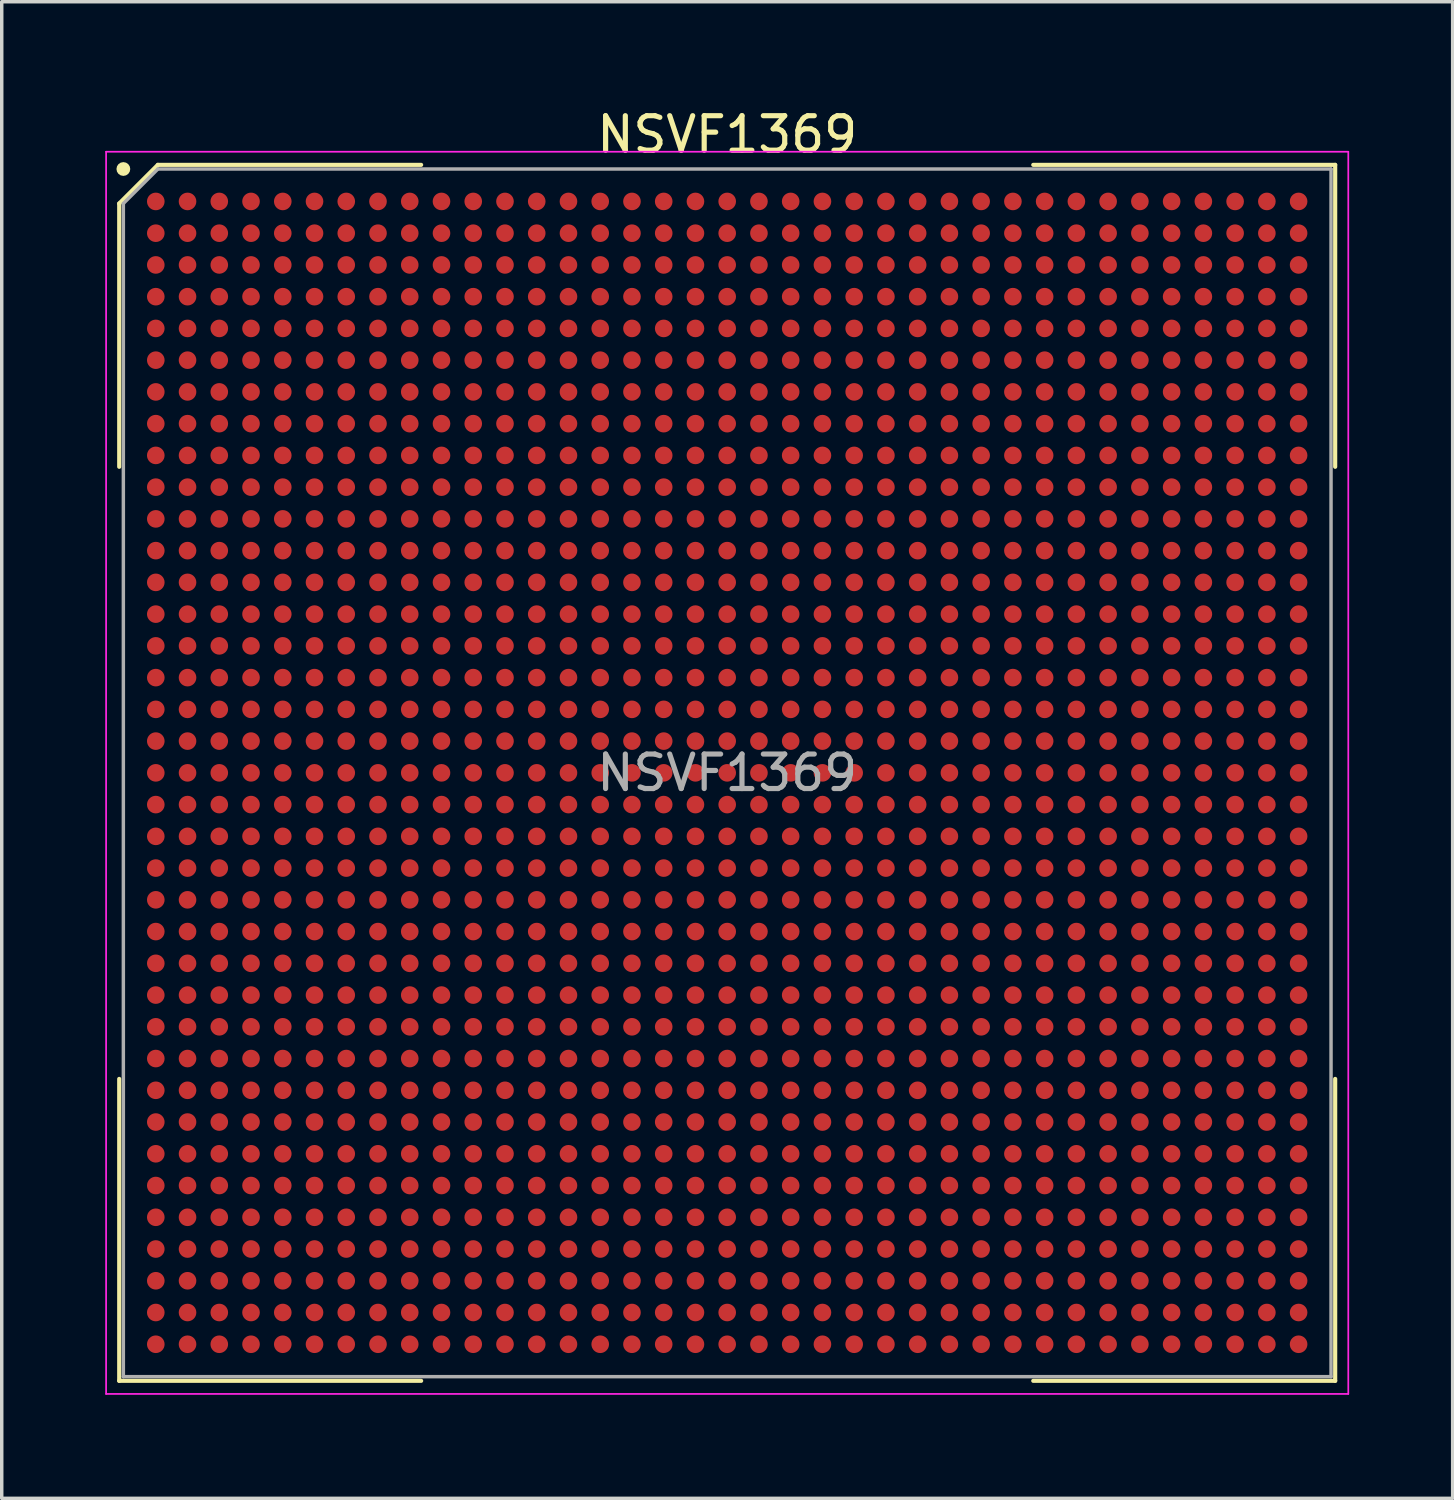
<source format=kicad_pcb>
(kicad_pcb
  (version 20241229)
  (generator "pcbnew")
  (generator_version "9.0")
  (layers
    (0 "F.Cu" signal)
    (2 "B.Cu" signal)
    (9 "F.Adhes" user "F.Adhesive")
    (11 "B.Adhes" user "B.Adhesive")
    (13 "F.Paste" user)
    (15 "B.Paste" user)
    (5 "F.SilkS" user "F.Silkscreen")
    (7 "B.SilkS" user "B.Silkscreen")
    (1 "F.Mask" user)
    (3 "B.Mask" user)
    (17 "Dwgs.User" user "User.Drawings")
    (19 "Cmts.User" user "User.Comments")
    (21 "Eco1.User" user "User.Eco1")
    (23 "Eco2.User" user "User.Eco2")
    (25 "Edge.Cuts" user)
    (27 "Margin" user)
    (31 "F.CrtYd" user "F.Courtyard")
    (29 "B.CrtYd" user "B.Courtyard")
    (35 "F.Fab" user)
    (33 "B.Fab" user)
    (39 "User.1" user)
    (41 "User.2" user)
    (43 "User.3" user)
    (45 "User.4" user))
  (footprint "NSVF1369"
    (layer "F.Cu")
    (at 18.025 19.348)
    (property "Reference" "NSVF1369" (at 0 -18.5 0) (layer "F.SilkS") (effects (font (size 1 1) (thickness 0.15))))
    (attr smd)
    (fp_line (start -17.62 -16.5) (end -17.62 -8.87) (stroke (width 0.12) (type default)) (layer "F.SilkS"))
    (fp_line (start -17.62 17.62) (end -17.62 8.87) (stroke (width 0.12) (type default)) (layer "F.SilkS"))
    (fp_line (start -16.5 -17.62) (end -17.62 -16.5) (stroke (width 0.12) (type default)) (layer "F.SilkS"))
    (fp_line (start -8.87 -17.62) (end -16.5 -17.62) (stroke (width 0.12) (type default)) (layer "F.SilkS"))
    (fp_line (start -8.87 17.62) (end -17.62 17.62) (stroke (width 0.12) (type default)) (layer "F.SilkS"))
    (fp_line (start 8.87 -17.62) (end 17.62 -17.62) (stroke (width 0.12) (type default)) (layer "F.SilkS"))
    (fp_line (start 8.87 17.62) (end 17.62 17.62) (stroke (width 0.12) (type default)) (layer "F.SilkS"))
    (fp_line (start 17.62 -17.62) (end 17.62 -8.87) (stroke (width 0.12) (type default)) (layer "F.SilkS"))
    (fp_line (start 17.62 17.62) (end 17.62 8.87) (stroke (width 0.12) (type default)) (layer "F.SilkS"))
    (fp_circle (center -17.5 -17.5) (end -17.5 -17.4) (stroke (width 0.2) (type default)) (fill no) (layer "F.SilkS"))
    (fp_line (start -18 -18) (end 18 -18) (stroke (width 0.05) (type default)) (layer "F.CrtYd"))
    (fp_line (start -18 18) (end -18 -18) (stroke (width 0.05) (type default)) (layer "F.CrtYd"))
    (fp_line (start 18 -18) (end 18 18) (stroke (width 0.05) (type default)) (layer "F.CrtYd"))
    (fp_line (start 18 18) (end -18 18) (stroke (width 0.05) (type default)) (layer "F.CrtYd"))
    (fp_line (start -17.5 -16.5) (end -17.5 17.5) (stroke (width 0.1) (type default)) (layer "F.Fab"))
    (fp_line (start -17.5 17.5) (end 17.5 17.5) (stroke (width 0.1) (type default)) (layer "F.Fab"))
    (fp_line (start -16.5 -17.5) (end -17.5 -16.5) (stroke (width 0.1) (type default)) (layer "F.Fab"))
    (fp_line (start 17.5 -17.5) (end -16.5 -17.5) (stroke (width 0.1) (type default)) (layer "F.Fab"))
    (fp_line (start 17.5 17.5) (end 17.5 -17.5) (stroke (width 0.1) (type default)) (layer "F.Fab"))
    (fp_text user "${REFERENCE}" (at 0 0 0) (layer "F.Fab") (effects (font (size 1 1) (thickness 0.15))))
    (pad "A1" smd circle (at -16.56 -16.56) (size 0.51 0.51) (layers "F.Cu" "F.Mask" "F.Paste"))
    (pad "A2" smd circle (at -15.64 -16.56) (size 0.51 0.51) (layers "F.Cu" "F.Mask" "F.Paste"))
    (pad "A3" smd circle (at -14.72 -16.56) (size 0.51 0.51) (layers "F.Cu" "F.Mask" "F.Paste"))
    (pad "A4" smd circle (at -13.8 -16.56) (size 0.51 0.51) (layers "F.Cu" "F.Mask" "F.Paste"))
    (pad "A5" smd circle (at -12.88 -16.56) (size 0.51 0.51) (layers "F.Cu" "F.Mask" "F.Paste"))
    (pad "A6" smd circle (at -11.96 -16.56) (size 0.51 0.51) (layers "F.Cu" "F.Mask" "F.Paste"))
    (pad "A7" smd circle (at -11.04 -16.56) (size 0.51 0.51) (layers "F.Cu" "F.Mask" "F.Paste"))
    (pad "A8" smd circle (at -10.12 -16.56) (size 0.51 0.51) (layers "F.Cu" "F.Mask" "F.Paste"))
    (pad "A9" smd circle (at -9.2 -16.56) (size 0.51 0.51) (layers "F.Cu" "F.Mask" "F.Paste"))
    (pad "A10" smd circle (at -8.28 -16.56) (size 0.51 0.51) (layers "F.Cu" "F.Mask" "F.Paste"))
    (pad "A11" smd circle (at -7.36 -16.56) (size 0.51 0.51) (layers "F.Cu" "F.Mask" "F.Paste"))
    (pad "A12" smd circle (at -6.44 -16.56) (size 0.51 0.51) (layers "F.Cu" "F.Mask" "F.Paste"))
    (pad "A13" smd circle (at -5.52 -16.56) (size 0.51 0.51) (layers "F.Cu" "F.Mask" "F.Paste"))
    (pad "A14" smd circle (at -4.6 -16.56) (size 0.51 0.51) (layers "F.Cu" "F.Mask" "F.Paste"))
    (pad "A15" smd circle (at -3.68 -16.56) (size 0.51 0.51) (layers "F.Cu" "F.Mask" "F.Paste"))
    (pad "A16" smd circle (at -2.76 -16.56) (size 0.51 0.51) (layers "F.Cu" "F.Mask" "F.Paste"))
    (pad "A17" smd circle (at -1.84 -16.56) (size 0.51 0.51) (layers "F.Cu" "F.Mask" "F.Paste"))
    (pad "A18" smd circle (at -0.92 -16.56) (size 0.51 0.51) (layers "F.Cu" "F.Mask" "F.Paste"))
    (pad "A19" smd circle (at 0 -16.56) (size 0.51 0.51) (layers "F.Cu" "F.Mask" "F.Paste"))
    (pad "A20" smd circle (at 0.92 -16.56) (size 0.51 0.51) (layers "F.Cu" "F.Mask" "F.Paste"))
    (pad "A21" smd circle (at 1.84 -16.56) (size 0.51 0.51) (layers "F.Cu" "F.Mask" "F.Paste"))
    (pad "A22" smd circle (at 2.76 -16.56) (size 0.51 0.51) (layers "F.Cu" "F.Mask" "F.Paste"))
    (pad "A23" smd circle (at 3.68 -16.56) (size 0.51 0.51) (layers "F.Cu" "F.Mask" "F.Paste"))
    (pad "A24" smd circle (at 4.6 -16.56) (size 0.51 0.51) (layers "F.Cu" "F.Mask" "F.Paste"))
    (pad "A25" smd circle (at 5.52 -16.56) (size 0.51 0.51) (layers "F.Cu" "F.Mask" "F.Paste"))
    (pad "A26" smd circle (at 6.44 -16.56) (size 0.51 0.51) (layers "F.Cu" "F.Mask" "F.Paste"))
    (pad "A27" smd circle (at 7.36 -16.56) (size 0.51 0.51) (layers "F.Cu" "F.Mask" "F.Paste"))
    (pad "A28" smd circle (at 8.28 -16.56) (size 0.51 0.51) (layers "F.Cu" "F.Mask" "F.Paste"))
    (pad "A29" smd circle (at 9.2 -16.56) (size 0.51 0.51) (layers "F.Cu" "F.Mask" "F.Paste"))
    (pad "A30" smd circle (at 10.12 -16.56) (size 0.51 0.51) (layers "F.Cu" "F.Mask" "F.Paste"))
    (pad "A31" smd circle (at 11.04 -16.56) (size 0.51 0.51) (layers "F.Cu" "F.Mask" "F.Paste"))
    (pad "A32" smd circle (at 11.96 -16.56) (size 0.51 0.51) (layers "F.Cu" "F.Mask" "F.Paste"))
    (pad "A33" smd circle (at 12.88 -16.56) (size 0.51 0.51) (layers "F.Cu" "F.Mask" "F.Paste"))
    (pad "A34" smd circle (at 13.8 -16.56) (size 0.51 0.51) (layers "F.Cu" "F.Mask" "F.Paste"))
    (pad "A35" smd circle (at 14.72 -16.56) (size 0.51 0.51) (layers "F.Cu" "F.Mask" "F.Paste"))
    (pad "A36" smd circle (at 15.64 -16.56) (size 0.51 0.51) (layers "F.Cu" "F.Mask" "F.Paste"))
    (pad "A37" smd circle (at 16.56 -16.56) (size 0.51 0.51) (layers "F.Cu" "F.Mask" "F.Paste"))
    (pad "AA1" smd circle (at -16.56 1.84) (size 0.51 0.51) (layers "F.Cu" "F.Mask" "F.Paste"))
    (pad "AA2" smd circle (at -15.64 1.84) (size 0.51 0.51) (layers "F.Cu" "F.Mask" "F.Paste"))
    (pad "AA3" smd circle (at -14.72 1.84) (size 0.51 0.51) (layers "F.Cu" "F.Mask" "F.Paste"))
    (pad "AA4" smd circle (at -13.8 1.84) (size 0.51 0.51) (layers "F.Cu" "F.Mask" "F.Paste"))
    (pad "AA5" smd circle (at -12.88 1.84) (size 0.51 0.51) (layers "F.Cu" "F.Mask" "F.Paste"))
    (pad "AA6" smd circle (at -11.96 1.84) (size 0.51 0.51) (layers "F.Cu" "F.Mask" "F.Paste"))
    (pad "AA7" smd circle (at -11.04 1.84) (size 0.51 0.51) (layers "F.Cu" "F.Mask" "F.Paste"))
    (pad "AA8" smd circle (at -10.12 1.84) (size 0.51 0.51) (layers "F.Cu" "F.Mask" "F.Paste"))
    (pad "AA9" smd circle (at -9.2 1.84) (size 0.51 0.51) (layers "F.Cu" "F.Mask" "F.Paste"))
    (pad "AA10" smd circle (at -8.28 1.84) (size 0.51 0.51) (layers "F.Cu" "F.Mask" "F.Paste"))
    (pad "AA11" smd circle (at -7.36 1.84) (size 0.51 0.51) (layers "F.Cu" "F.Mask" "F.Paste"))
    (pad "AA12" smd circle (at -6.44 1.84) (size 0.51 0.51) (layers "F.Cu" "F.Mask" "F.Paste"))
    (pad "AA13" smd circle (at -5.52 1.84) (size 0.51 0.51) (layers "F.Cu" "F.Mask" "F.Paste"))
    (pad "AA14" smd circle (at -4.6 1.84) (size 0.51 0.51) (layers "F.Cu" "F.Mask" "F.Paste"))
    (pad "AA15" smd circle (at -3.68 1.84) (size 0.51 0.51) (layers "F.Cu" "F.Mask" "F.Paste"))
    (pad "AA16" smd circle (at -2.76 1.84) (size 0.51 0.51) (layers "F.Cu" "F.Mask" "F.Paste"))
    (pad "AA17" smd circle (at -1.84 1.84) (size 0.51 0.51) (layers "F.Cu" "F.Mask" "F.Paste"))
    (pad "AA18" smd circle (at -0.92 1.84) (size 0.51 0.51) (layers "F.Cu" "F.Mask" "F.Paste"))
    (pad "AA19" smd circle (at 0 1.84) (size 0.51 0.51) (layers "F.Cu" "F.Mask" "F.Paste"))
    (pad "AA20" smd circle (at 0.92 1.84) (size 0.51 0.51) (layers "F.Cu" "F.Mask" "F.Paste"))
    (pad "AA21" smd circle (at 1.84 1.84) (size 0.51 0.51) (layers "F.Cu" "F.Mask" "F.Paste"))
    (pad "AA22" smd circle (at 2.76 1.84) (size 0.51 0.51) (layers "F.Cu" "F.Mask" "F.Paste"))
    (pad "AA23" smd circle (at 3.68 1.84) (size 0.51 0.51) (layers "F.Cu" "F.Mask" "F.Paste"))
    (pad "AA24" smd circle (at 4.6 1.84) (size 0.51 0.51) (layers "F.Cu" "F.Mask" "F.Paste"))
    (pad "AA25" smd circle (at 5.52 1.84) (size 0.51 0.51) (layers "F.Cu" "F.Mask" "F.Paste"))
    (pad "AA26" smd circle (at 6.44 1.84) (size 0.51 0.51) (layers "F.Cu" "F.Mask" "F.Paste"))
    (pad "AA27" smd circle (at 7.36 1.84) (size 0.51 0.51) (layers "F.Cu" "F.Mask" "F.Paste"))
    (pad "AA28" smd circle (at 8.28 1.84) (size 0.51 0.51) (layers "F.Cu" "F.Mask" "F.Paste"))
    (pad "AA29" smd circle (at 9.2 1.84) (size 0.51 0.51) (layers "F.Cu" "F.Mask" "F.Paste"))
    (pad "AA30" smd circle (at 10.12 1.84) (size 0.51 0.51) (layers "F.Cu" "F.Mask" "F.Paste"))
    (pad "AA31" smd circle (at 11.04 1.84) (size 0.51 0.51) (layers "F.Cu" "F.Mask" "F.Paste"))
    (pad "AA32" smd circle (at 11.96 1.84) (size 0.51 0.51) (layers "F.Cu" "F.Mask" "F.Paste"))
    (pad "AA33" smd circle (at 12.88 1.84) (size 0.51 0.51) (layers "F.Cu" "F.Mask" "F.Paste"))
    (pad "AA34" smd circle (at 13.8 1.84) (size 0.51 0.51) (layers "F.Cu" "F.Mask" "F.Paste"))
    (pad "AA35" smd circle (at 14.72 1.84) (size 0.51 0.51) (layers "F.Cu" "F.Mask" "F.Paste"))
    (pad "AA36" smd circle (at 15.64 1.84) (size 0.51 0.51) (layers "F.Cu" "F.Mask" "F.Paste"))
    (pad "AA37" smd circle (at 16.56 1.84) (size 0.51 0.51) (layers "F.Cu" "F.Mask" "F.Paste"))
    (pad "AB1" smd circle (at -16.56 2.76) (size 0.51 0.51) (layers "F.Cu" "F.Mask" "F.Paste"))
    (pad "AB2" smd circle (at -15.64 2.76) (size 0.51 0.51) (layers "F.Cu" "F.Mask" "F.Paste"))
    (pad "AB3" smd circle (at -14.72 2.76) (size 0.51 0.51) (layers "F.Cu" "F.Mask" "F.Paste"))
    (pad "AB4" smd circle (at -13.8 2.76) (size 0.51 0.51) (layers "F.Cu" "F.Mask" "F.Paste"))
    (pad "AB5" smd circle (at -12.88 2.76) (size 0.51 0.51) (layers "F.Cu" "F.Mask" "F.Paste"))
    (pad "AB6" smd circle (at -11.96 2.76) (size 0.51 0.51) (layers "F.Cu" "F.Mask" "F.Paste"))
    (pad "AB7" smd circle (at -11.04 2.76) (size 0.51 0.51) (layers "F.Cu" "F.Mask" "F.Paste"))
    (pad "AB8" smd circle (at -10.12 2.76) (size 0.51 0.51) (layers "F.Cu" "F.Mask" "F.Paste"))
    (pad "AB9" smd circle (at -9.2 2.76) (size 0.51 0.51) (layers "F.Cu" "F.Mask" "F.Paste"))
    (pad "AB10" smd circle (at -8.28 2.76) (size 0.51 0.51) (layers "F.Cu" "F.Mask" "F.Paste"))
    (pad "AB11" smd circle (at -7.36 2.76) (size 0.51 0.51) (layers "F.Cu" "F.Mask" "F.Paste"))
    (pad "AB12" smd circle (at -6.44 2.76) (size 0.51 0.51) (layers "F.Cu" "F.Mask" "F.Paste"))
    (pad "AB13" smd circle (at -5.52 2.76) (size 0.51 0.51) (layers "F.Cu" "F.Mask" "F.Paste"))
    (pad "AB14" smd circle (at -4.6 2.76) (size 0.51 0.51) (layers "F.Cu" "F.Mask" "F.Paste"))
    (pad "AB15" smd circle (at -3.68 2.76) (size 0.51 0.51) (layers "F.Cu" "F.Mask" "F.Paste"))
    (pad "AB16" smd circle (at -2.76 2.76) (size 0.51 0.51) (layers "F.Cu" "F.Mask" "F.Paste"))
    (pad "AB17" smd circle (at -1.84 2.76) (size 0.51 0.51) (layers "F.Cu" "F.Mask" "F.Paste"))
    (pad "AB18" smd circle (at -0.92 2.76) (size 0.51 0.51) (layers "F.Cu" "F.Mask" "F.Paste"))
    (pad "AB19" smd circle (at 0 2.76) (size 0.51 0.51) (layers "F.Cu" "F.Mask" "F.Paste"))
    (pad "AB20" smd circle (at 0.92 2.76) (size 0.51 0.51) (layers "F.Cu" "F.Mask" "F.Paste"))
    (pad "AB21" smd circle (at 1.84 2.76) (size 0.51 0.51) (layers "F.Cu" "F.Mask" "F.Paste"))
    (pad "AB22" smd circle (at 2.76 2.76) (size 0.51 0.51) (layers "F.Cu" "F.Mask" "F.Paste"))
    (pad "AB23" smd circle (at 3.68 2.76) (size 0.51 0.51) (layers "F.Cu" "F.Mask" "F.Paste"))
    (pad "AB24" smd circle (at 4.6 2.76) (size 0.51 0.51) (layers "F.Cu" "F.Mask" "F.Paste"))
    (pad "AB25" smd circle (at 5.52 2.76) (size 0.51 0.51) (layers "F.Cu" "F.Mask" "F.Paste"))
    (pad "AB26" smd circle (at 6.44 2.76) (size 0.51 0.51) (layers "F.Cu" "F.Mask" "F.Paste"))
    (pad "AB27" smd circle (at 7.36 2.76) (size 0.51 0.51) (layers "F.Cu" "F.Mask" "F.Paste"))
    (pad "AB28" smd circle (at 8.28 2.76) (size 0.51 0.51) (layers "F.Cu" "F.Mask" "F.Paste"))
    (pad "AB29" smd circle (at 9.2 2.76) (size 0.51 0.51) (layers "F.Cu" "F.Mask" "F.Paste"))
    (pad "AB30" smd circle (at 10.12 2.76) (size 0.51 0.51) (layers "F.Cu" "F.Mask" "F.Paste"))
    (pad "AB31" smd circle (at 11.04 2.76) (size 0.51 0.51) (layers "F.Cu" "F.Mask" "F.Paste"))
    (pad "AB32" smd circle (at 11.96 2.76) (size 0.51 0.51) (layers "F.Cu" "F.Mask" "F.Paste"))
    (pad "AB33" smd circle (at 12.88 2.76) (size 0.51 0.51) (layers "F.Cu" "F.Mask" "F.Paste"))
    (pad "AB34" smd circle (at 13.8 2.76) (size 0.51 0.51) (layers "F.Cu" "F.Mask" "F.Paste"))
    (pad "AB35" smd circle (at 14.72 2.76) (size 0.51 0.51) (layers "F.Cu" "F.Mask" "F.Paste"))
    (pad "AB36" smd circle (at 15.64 2.76) (size 0.51 0.51) (layers "F.Cu" "F.Mask" "F.Paste"))
    (pad "AB37" smd circle (at 16.56 2.76) (size 0.51 0.51) (layers "F.Cu" "F.Mask" "F.Paste"))
    (pad "AC1" smd circle (at -16.56 3.68) (size 0.51 0.51) (layers "F.Cu" "F.Mask" "F.Paste"))
    (pad "AC2" smd circle (at -15.64 3.68) (size 0.51 0.51) (layers "F.Cu" "F.Mask" "F.Paste"))
    (pad "AC3" smd circle (at -14.72 3.68) (size 0.51 0.51) (layers "F.Cu" "F.Mask" "F.Paste"))
    (pad "AC4" smd circle (at -13.8 3.68) (size 0.51 0.51) (layers "F.Cu" "F.Mask" "F.Paste"))
    (pad "AC5" smd circle (at -12.88 3.68) (size 0.51 0.51) (layers "F.Cu" "F.Mask" "F.Paste"))
    (pad "AC6" smd circle (at -11.96 3.68) (size 0.51 0.51) (layers "F.Cu" "F.Mask" "F.Paste"))
    (pad "AC7" smd circle (at -11.04 3.68) (size 0.51 0.51) (layers "F.Cu" "F.Mask" "F.Paste"))
    (pad "AC8" smd circle (at -10.12 3.68) (size 0.51 0.51) (layers "F.Cu" "F.Mask" "F.Paste"))
    (pad "AC9" smd circle (at -9.2 3.68) (size 0.51 0.51) (layers "F.Cu" "F.Mask" "F.Paste"))
    (pad "AC10" smd circle (at -8.28 3.68) (size 0.51 0.51) (layers "F.Cu" "F.Mask" "F.Paste"))
    (pad "AC11" smd circle (at -7.36 3.68) (size 0.51 0.51) (layers "F.Cu" "F.Mask" "F.Paste"))
    (pad "AC12" smd circle (at -6.44 3.68) (size 0.51 0.51) (layers "F.Cu" "F.Mask" "F.Paste"))
    (pad "AC13" smd circle (at -5.52 3.68) (size 0.51 0.51) (layers "F.Cu" "F.Mask" "F.Paste"))
    (pad "AC14" smd circle (at -4.6 3.68) (size 0.51 0.51) (layers "F.Cu" "F.Mask" "F.Paste"))
    (pad "AC15" smd circle (at -3.68 3.68) (size 0.51 0.51) (layers "F.Cu" "F.Mask" "F.Paste"))
    (pad "AC16" smd circle (at -2.76 3.68) (size 0.51 0.51) (layers "F.Cu" "F.Mask" "F.Paste"))
    (pad "AC17" smd circle (at -1.84 3.68) (size 0.51 0.51) (layers "F.Cu" "F.Mask" "F.Paste"))
    (pad "AC18" smd circle (at -0.92 3.68) (size 0.51 0.51) (layers "F.Cu" "F.Mask" "F.Paste"))
    (pad "AC19" smd circle (at 0 3.68) (size 0.51 0.51) (layers "F.Cu" "F.Mask" "F.Paste"))
    (pad "AC20" smd circle (at 0.92 3.68) (size 0.51 0.51) (layers "F.Cu" "F.Mask" "F.Paste"))
    (pad "AC21" smd circle (at 1.84 3.68) (size 0.51 0.51) (layers "F.Cu" "F.Mask" "F.Paste"))
    (pad "AC22" smd circle (at 2.76 3.68) (size 0.51 0.51) (layers "F.Cu" "F.Mask" "F.Paste"))
    (pad "AC23" smd circle (at 3.68 3.68) (size 0.51 0.51) (layers "F.Cu" "F.Mask" "F.Paste"))
    (pad "AC24" smd circle (at 4.6 3.68) (size 0.51 0.51) (layers "F.Cu" "F.Mask" "F.Paste"))
    (pad "AC25" smd circle (at 5.52 3.68) (size 0.51 0.51) (layers "F.Cu" "F.Mask" "F.Paste"))
    (pad "AC26" smd circle (at 6.44 3.68) (size 0.51 0.51) (layers "F.Cu" "F.Mask" "F.Paste"))
    (pad "AC27" smd circle (at 7.36 3.68) (size 0.51 0.51) (layers "F.Cu" "F.Mask" "F.Paste"))
    (pad "AC28" smd circle (at 8.28 3.68) (size 0.51 0.51) (layers "F.Cu" "F.Mask" "F.Paste"))
    (pad "AC29" smd circle (at 9.2 3.68) (size 0.51 0.51) (layers "F.Cu" "F.Mask" "F.Paste"))
    (pad "AC30" smd circle (at 10.12 3.68) (size 0.51 0.51) (layers "F.Cu" "F.Mask" "F.Paste"))
    (pad "AC31" smd circle (at 11.04 3.68) (size 0.51 0.51) (layers "F.Cu" "F.Mask" "F.Paste"))
    (pad "AC32" smd circle (at 11.96 3.68) (size 0.51 0.51) (layers "F.Cu" "F.Mask" "F.Paste"))
    (pad "AC33" smd circle (at 12.88 3.68) (size 0.51 0.51) (layers "F.Cu" "F.Mask" "F.Paste"))
    (pad "AC34" smd circle (at 13.8 3.68) (size 0.51 0.51) (layers "F.Cu" "F.Mask" "F.Paste"))
    (pad "AC35" smd circle (at 14.72 3.68) (size 0.51 0.51) (layers "F.Cu" "F.Mask" "F.Paste"))
    (pad "AC36" smd circle (at 15.64 3.68) (size 0.51 0.51) (layers "F.Cu" "F.Mask" "F.Paste"))
    (pad "AC37" smd circle (at 16.56 3.68) (size 0.51 0.51) (layers "F.Cu" "F.Mask" "F.Paste"))
    (pad "AD1" smd circle (at -16.56 4.6) (size 0.51 0.51) (layers "F.Cu" "F.Mask" "F.Paste"))
    (pad "AD2" smd circle (at -15.64 4.6) (size 0.51 0.51) (layers "F.Cu" "F.Mask" "F.Paste"))
    (pad "AD3" smd circle (at -14.72 4.6) (size 0.51 0.51) (layers "F.Cu" "F.Mask" "F.Paste"))
    (pad "AD4" smd circle (at -13.8 4.6) (size 0.51 0.51) (layers "F.Cu" "F.Mask" "F.Paste"))
    (pad "AD5" smd circle (at -12.88 4.6) (size 0.51 0.51) (layers "F.Cu" "F.Mask" "F.Paste"))
    (pad "AD6" smd circle (at -11.96 4.6) (size 0.51 0.51) (layers "F.Cu" "F.Mask" "F.Paste"))
    (pad "AD7" smd circle (at -11.04 4.6) (size 0.51 0.51) (layers "F.Cu" "F.Mask" "F.Paste"))
    (pad "AD8" smd circle (at -10.12 4.6) (size 0.51 0.51) (layers "F.Cu" "F.Mask" "F.Paste"))
    (pad "AD9" smd circle (at -9.2 4.6) (size 0.51 0.51) (layers "F.Cu" "F.Mask" "F.Paste"))
    (pad "AD10" smd circle (at -8.28 4.6) (size 0.51 0.51) (layers "F.Cu" "F.Mask" "F.Paste"))
    (pad "AD11" smd circle (at -7.36 4.6) (size 0.51 0.51) (layers "F.Cu" "F.Mask" "F.Paste"))
    (pad "AD12" smd circle (at -6.44 4.6) (size 0.51 0.51) (layers "F.Cu" "F.Mask" "F.Paste"))
    (pad "AD13" smd circle (at -5.52 4.6) (size 0.51 0.51) (layers "F.Cu" "F.Mask" "F.Paste"))
    (pad "AD14" smd circle (at -4.6 4.6) (size 0.51 0.51) (layers "F.Cu" "F.Mask" "F.Paste"))
    (pad "AD15" smd circle (at -3.68 4.6) (size 0.51 0.51) (layers "F.Cu" "F.Mask" "F.Paste"))
    (pad "AD16" smd circle (at -2.76 4.6) (size 0.51 0.51) (layers "F.Cu" "F.Mask" "F.Paste"))
    (pad "AD17" smd circle (at -1.84 4.6) (size 0.51 0.51) (layers "F.Cu" "F.Mask" "F.Paste"))
    (pad "AD18" smd circle (at -0.92 4.6) (size 0.51 0.51) (layers "F.Cu" "F.Mask" "F.Paste"))
    (pad "AD19" smd circle (at 0 4.6) (size 0.51 0.51) (layers "F.Cu" "F.Mask" "F.Paste"))
    (pad "AD20" smd circle (at 0.92 4.6) (size 0.51 0.51) (layers "F.Cu" "F.Mask" "F.Paste"))
    (pad "AD21" smd circle (at 1.84 4.6) (size 0.51 0.51) (layers "F.Cu" "F.Mask" "F.Paste"))
    (pad "AD22" smd circle (at 2.76 4.6) (size 0.51 0.51) (layers "F.Cu" "F.Mask" "F.Paste"))
    (pad "AD23" smd circle (at 3.68 4.6) (size 0.51 0.51) (layers "F.Cu" "F.Mask" "F.Paste"))
    (pad "AD24" smd circle (at 4.6 4.6) (size 0.51 0.51) (layers "F.Cu" "F.Mask" "F.Paste"))
    (pad "AD25" smd circle (at 5.52 4.6) (size 0.51 0.51) (layers "F.Cu" "F.Mask" "F.Paste"))
    (pad "AD26" smd circle (at 6.44 4.6) (size 0.51 0.51) (layers "F.Cu" "F.Mask" "F.Paste"))
    (pad "AD27" smd circle (at 7.36 4.6) (size 0.51 0.51) (layers "F.Cu" "F.Mask" "F.Paste"))
    (pad "AD28" smd circle (at 8.28 4.6) (size 0.51 0.51) (layers "F.Cu" "F.Mask" "F.Paste"))
    (pad "AD29" smd circle (at 9.2 4.6) (size 0.51 0.51) (layers "F.Cu" "F.Mask" "F.Paste"))
    (pad "AD30" smd circle (at 10.12 4.6) (size 0.51 0.51) (layers "F.Cu" "F.Mask" "F.Paste"))
    (pad "AD31" smd circle (at 11.04 4.6) (size 0.51 0.51) (layers "F.Cu" "F.Mask" "F.Paste"))
    (pad "AD32" smd circle (at 11.96 4.6) (size 0.51 0.51) (layers "F.Cu" "F.Mask" "F.Paste"))
    (pad "AD33" smd circle (at 12.88 4.6) (size 0.51 0.51) (layers "F.Cu" "F.Mask" "F.Paste"))
    (pad "AD34" smd circle (at 13.8 4.6) (size 0.51 0.51) (layers "F.Cu" "F.Mask" "F.Paste"))
    (pad "AD35" smd circle (at 14.72 4.6) (size 0.51 0.51) (layers "F.Cu" "F.Mask" "F.Paste"))
    (pad "AD36" smd circle (at 15.64 4.6) (size 0.51 0.51) (layers "F.Cu" "F.Mask" "F.Paste"))
    (pad "AD37" smd circle (at 16.56 4.6) (size 0.51 0.51) (layers "F.Cu" "F.Mask" "F.Paste"))
    (pad "AE1" smd circle (at -16.56 5.52) (size 0.51 0.51) (layers "F.Cu" "F.Mask" "F.Paste"))
    (pad "AE2" smd circle (at -15.64 5.52) (size 0.51 0.51) (layers "F.Cu" "F.Mask" "F.Paste"))
    (pad "AE3" smd circle (at -14.72 5.52) (size 0.51 0.51) (layers "F.Cu" "F.Mask" "F.Paste"))
    (pad "AE4" smd circle (at -13.8 5.52) (size 0.51 0.51) (layers "F.Cu" "F.Mask" "F.Paste"))
    (pad "AE5" smd circle (at -12.88 5.52) (size 0.51 0.51) (layers "F.Cu" "F.Mask" "F.Paste"))
    (pad "AE6" smd circle (at -11.96 5.52) (size 0.51 0.51) (layers "F.Cu" "F.Mask" "F.Paste"))
    (pad "AE7" smd circle (at -11.04 5.52) (size 0.51 0.51) (layers "F.Cu" "F.Mask" "F.Paste"))
    (pad "AE8" smd circle (at -10.12 5.52) (size 0.51 0.51) (layers "F.Cu" "F.Mask" "F.Paste"))
    (pad "AE9" smd circle (at -9.2 5.52) (size 0.51 0.51) (layers "F.Cu" "F.Mask" "F.Paste"))
    (pad "AE10" smd circle (at -8.28 5.52) (size 0.51 0.51) (layers "F.Cu" "F.Mask" "F.Paste"))
    (pad "AE11" smd circle (at -7.36 5.52) (size 0.51 0.51) (layers "F.Cu" "F.Mask" "F.Paste"))
    (pad "AE12" smd circle (at -6.44 5.52) (size 0.51 0.51) (layers "F.Cu" "F.Mask" "F.Paste"))
    (pad "AE13" smd circle (at -5.52 5.52) (size 0.51 0.51) (layers "F.Cu" "F.Mask" "F.Paste"))
    (pad "AE14" smd circle (at -4.6 5.52) (size 0.51 0.51) (layers "F.Cu" "F.Mask" "F.Paste"))
    (pad "AE15" smd circle (at -3.68 5.52) (size 0.51 0.51) (layers "F.Cu" "F.Mask" "F.Paste"))
    (pad "AE16" smd circle (at -2.76 5.52) (size 0.51 0.51) (layers "F.Cu" "F.Mask" "F.Paste"))
    (pad "AE17" smd circle (at -1.84 5.52) (size 0.51 0.51) (layers "F.Cu" "F.Mask" "F.Paste"))
    (pad "AE18" smd circle (at -0.92 5.52) (size 0.51 0.51) (layers "F.Cu" "F.Mask" "F.Paste"))
    (pad "AE19" smd circle (at 0 5.52) (size 0.51 0.51) (layers "F.Cu" "F.Mask" "F.Paste"))
    (pad "AE20" smd circle (at 0.92 5.52) (size 0.51 0.51) (layers "F.Cu" "F.Mask" "F.Paste"))
    (pad "AE21" smd circle (at 1.84 5.52) (size 0.51 0.51) (layers "F.Cu" "F.Mask" "F.Paste"))
    (pad "AE22" smd circle (at 2.76 5.52) (size 0.51 0.51) (layers "F.Cu" "F.Mask" "F.Paste"))
    (pad "AE23" smd circle (at 3.68 5.52) (size 0.51 0.51) (layers "F.Cu" "F.Mask" "F.Paste"))
    (pad "AE24" smd circle (at 4.6 5.52) (size 0.51 0.51) (layers "F.Cu" "F.Mask" "F.Paste"))
    (pad "AE25" smd circle (at 5.52 5.52) (size 0.51 0.51) (layers "F.Cu" "F.Mask" "F.Paste"))
    (pad "AE26" smd circle (at 6.44 5.52) (size 0.51 0.51) (layers "F.Cu" "F.Mask" "F.Paste"))
    (pad "AE27" smd circle (at 7.36 5.52) (size 0.51 0.51) (layers "F.Cu" "F.Mask" "F.Paste"))
    (pad "AE28" smd circle (at 8.28 5.52) (size 0.51 0.51) (layers "F.Cu" "F.Mask" "F.Paste"))
    (pad "AE29" smd circle (at 9.2 5.52) (size 0.51 0.51) (layers "F.Cu" "F.Mask" "F.Paste"))
    (pad "AE30" smd circle (at 10.12 5.52) (size 0.51 0.51) (layers "F.Cu" "F.Mask" "F.Paste"))
    (pad "AE31" smd circle (at 11.04 5.52) (size 0.51 0.51) (layers "F.Cu" "F.Mask" "F.Paste"))
    (pad "AE32" smd circle (at 11.96 5.52) (size 0.51 0.51) (layers "F.Cu" "F.Mask" "F.Paste"))
    (pad "AE33" smd circle (at 12.88 5.52) (size 0.51 0.51) (layers "F.Cu" "F.Mask" "F.Paste"))
    (pad "AE34" smd circle (at 13.8 5.52) (size 0.51 0.51) (layers "F.Cu" "F.Mask" "F.Paste"))
    (pad "AE35" smd circle (at 14.72 5.52) (size 0.51 0.51) (layers "F.Cu" "F.Mask" "F.Paste"))
    (pad "AE36" smd circle (at 15.64 5.52) (size 0.51 0.51) (layers "F.Cu" "F.Mask" "F.Paste"))
    (pad "AE37" smd circle (at 16.56 5.52) (size 0.51 0.51) (layers "F.Cu" "F.Mask" "F.Paste"))
    (pad "AF1" smd circle (at -16.56 6.44) (size 0.51 0.51) (layers "F.Cu" "F.Mask" "F.Paste"))
    (pad "AF2" smd circle (at -15.64 6.44) (size 0.51 0.51) (layers "F.Cu" "F.Mask" "F.Paste"))
    (pad "AF3" smd circle (at -14.72 6.44) (size 0.51 0.51) (layers "F.Cu" "F.Mask" "F.Paste"))
    (pad "AF4" smd circle (at -13.8 6.44) (size 0.51 0.51) (layers "F.Cu" "F.Mask" "F.Paste"))
    (pad "AF5" smd circle (at -12.88 6.44) (size 0.51 0.51) (layers "F.Cu" "F.Mask" "F.Paste"))
    (pad "AF6" smd circle (at -11.96 6.44) (size 0.51 0.51) (layers "F.Cu" "F.Mask" "F.Paste"))
    (pad "AF7" smd circle (at -11.04 6.44) (size 0.51 0.51) (layers "F.Cu" "F.Mask" "F.Paste"))
    (pad "AF8" smd circle (at -10.12 6.44) (size 0.51 0.51) (layers "F.Cu" "F.Mask" "F.Paste"))
    (pad "AF9" smd circle (at -9.2 6.44) (size 0.51 0.51) (layers "F.Cu" "F.Mask" "F.Paste"))
    (pad "AF10" smd circle (at -8.28 6.44) (size 0.51 0.51) (layers "F.Cu" "F.Mask" "F.Paste"))
    (pad "AF11" smd circle (at -7.36 6.44) (size 0.51 0.51) (layers "F.Cu" "F.Mask" "F.Paste"))
    (pad "AF12" smd circle (at -6.44 6.44) (size 0.51 0.51) (layers "F.Cu" "F.Mask" "F.Paste"))
    (pad "AF13" smd circle (at -5.52 6.44) (size 0.51 0.51) (layers "F.Cu" "F.Mask" "F.Paste"))
    (pad "AF14" smd circle (at -4.6 6.44) (size 0.51 0.51) (layers "F.Cu" "F.Mask" "F.Paste"))
    (pad "AF15" smd circle (at -3.68 6.44) (size 0.51 0.51) (layers "F.Cu" "F.Mask" "F.Paste"))
    (pad "AF16" smd circle (at -2.76 6.44) (size 0.51 0.51) (layers "F.Cu" "F.Mask" "F.Paste"))
    (pad "AF17" smd circle (at -1.84 6.44) (size 0.51 0.51) (layers "F.Cu" "F.Mask" "F.Paste"))
    (pad "AF18" smd circle (at -0.92 6.44) (size 0.51 0.51) (layers "F.Cu" "F.Mask" "F.Paste"))
    (pad "AF19" smd circle (at 0 6.44) (size 0.51 0.51) (layers "F.Cu" "F.Mask" "F.Paste"))
    (pad "AF20" smd circle (at 0.92 6.44) (size 0.51 0.51) (layers "F.Cu" "F.Mask" "F.Paste"))
    (pad "AF21" smd circle (at 1.84 6.44) (size 0.51 0.51) (layers "F.Cu" "F.Mask" "F.Paste"))
    (pad "AF22" smd circle (at 2.76 6.44) (size 0.51 0.51) (layers "F.Cu" "F.Mask" "F.Paste"))
    (pad "AF23" smd circle (at 3.68 6.44) (size 0.51 0.51) (layers "F.Cu" "F.Mask" "F.Paste"))
    (pad "AF24" smd circle (at 4.6 6.44) (size 0.51 0.51) (layers "F.Cu" "F.Mask" "F.Paste"))
    (pad "AF25" smd circle (at 5.52 6.44) (size 0.51 0.51) (layers "F.Cu" "F.Mask" "F.Paste"))
    (pad "AF26" smd circle (at 6.44 6.44) (size 0.51 0.51) (layers "F.Cu" "F.Mask" "F.Paste"))
    (pad "AF27" smd circle (at 7.36 6.44) (size 0.51 0.51) (layers "F.Cu" "F.Mask" "F.Paste"))
    (pad "AF28" smd circle (at 8.28 6.44) (size 0.51 0.51) (layers "F.Cu" "F.Mask" "F.Paste"))
    (pad "AF29" smd circle (at 9.2 6.44) (size 0.51 0.51) (layers "F.Cu" "F.Mask" "F.Paste"))
    (pad "AF30" smd circle (at 10.12 6.44) (size 0.51 0.51) (layers "F.Cu" "F.Mask" "F.Paste"))
    (pad "AF31" smd circle (at 11.04 6.44) (size 0.51 0.51) (layers "F.Cu" "F.Mask" "F.Paste"))
    (pad "AF32" smd circle (at 11.96 6.44) (size 0.51 0.51) (layers "F.Cu" "F.Mask" "F.Paste"))
    (pad "AF33" smd circle (at 12.88 6.44) (size 0.51 0.51) (layers "F.Cu" "F.Mask" "F.Paste"))
    (pad "AF34" smd circle (at 13.8 6.44) (size 0.51 0.51) (layers "F.Cu" "F.Mask" "F.Paste"))
    (pad "AF35" smd circle (at 14.72 6.44) (size 0.51 0.51) (layers "F.Cu" "F.Mask" "F.Paste"))
    (pad "AF36" smd circle (at 15.64 6.44) (size 0.51 0.51) (layers "F.Cu" "F.Mask" "F.Paste"))
    (pad "AF37" smd circle (at 16.56 6.44) (size 0.51 0.51) (layers "F.Cu" "F.Mask" "F.Paste"))
    (pad "AG1" smd circle (at -16.56 7.36) (size 0.51 0.51) (layers "F.Cu" "F.Mask" "F.Paste"))
    (pad "AG2" smd circle (at -15.64 7.36) (size 0.51 0.51) (layers "F.Cu" "F.Mask" "F.Paste"))
    (pad "AG3" smd circle (at -14.72 7.36) (size 0.51 0.51) (layers "F.Cu" "F.Mask" "F.Paste"))
    (pad "AG4" smd circle (at -13.8 7.36) (size 0.51 0.51) (layers "F.Cu" "F.Mask" "F.Paste"))
    (pad "AG5" smd circle (at -12.88 7.36) (size 0.51 0.51) (layers "F.Cu" "F.Mask" "F.Paste"))
    (pad "AG6" smd circle (at -11.96 7.36) (size 0.51 0.51) (layers "F.Cu" "F.Mask" "F.Paste"))
    (pad "AG7" smd circle (at -11.04 7.36) (size 0.51 0.51) (layers "F.Cu" "F.Mask" "F.Paste"))
    (pad "AG8" smd circle (at -10.12 7.36) (size 0.51 0.51) (layers "F.Cu" "F.Mask" "F.Paste"))
    (pad "AG9" smd circle (at -9.2 7.36) (size 0.51 0.51) (layers "F.Cu" "F.Mask" "F.Paste"))
    (pad "AG10" smd circle (at -8.28 7.36) (size 0.51 0.51) (layers "F.Cu" "F.Mask" "F.Paste"))
    (pad "AG11" smd circle (at -7.36 7.36) (size 0.51 0.51) (layers "F.Cu" "F.Mask" "F.Paste"))
    (pad "AG12" smd circle (at -6.44 7.36) (size 0.51 0.51) (layers "F.Cu" "F.Mask" "F.Paste"))
    (pad "AG13" smd circle (at -5.52 7.36) (size 0.51 0.51) (layers "F.Cu" "F.Mask" "F.Paste"))
    (pad "AG14" smd circle (at -4.6 7.36) (size 0.51 0.51) (layers "F.Cu" "F.Mask" "F.Paste"))
    (pad "AG15" smd circle (at -3.68 7.36) (size 0.51 0.51) (layers "F.Cu" "F.Mask" "F.Paste"))
    (pad "AG16" smd circle (at -2.76 7.36) (size 0.51 0.51) (layers "F.Cu" "F.Mask" "F.Paste"))
    (pad "AG17" smd circle (at -1.84 7.36) (size 0.51 0.51) (layers "F.Cu" "F.Mask" "F.Paste"))
    (pad "AG18" smd circle (at -0.92 7.36) (size 0.51 0.51) (layers "F.Cu" "F.Mask" "F.Paste"))
    (pad "AG19" smd circle (at 0 7.36) (size 0.51 0.51) (layers "F.Cu" "F.Mask" "F.Paste"))
    (pad "AG20" smd circle (at 0.92 7.36) (size 0.51 0.51) (layers "F.Cu" "F.Mask" "F.Paste"))
    (pad "AG21" smd circle (at 1.84 7.36) (size 0.51 0.51) (layers "F.Cu" "F.Mask" "F.Paste"))
    (pad "AG22" smd circle (at 2.76 7.36) (size 0.51 0.51) (layers "F.Cu" "F.Mask" "F.Paste"))
    (pad "AG23" smd circle (at 3.68 7.36) (size 0.51 0.51) (layers "F.Cu" "F.Mask" "F.Paste"))
    (pad "AG24" smd circle (at 4.6 7.36) (size 0.51 0.51) (layers "F.Cu" "F.Mask" "F.Paste"))
    (pad "AG25" smd circle (at 5.52 7.36) (size 0.51 0.51) (layers "F.Cu" "F.Mask" "F.Paste"))
    (pad "AG26" smd circle (at 6.44 7.36) (size 0.51 0.51) (layers "F.Cu" "F.Mask" "F.Paste"))
    (pad "AG27" smd circle (at 7.36 7.36) (size 0.51 0.51) (layers "F.Cu" "F.Mask" "F.Paste"))
    (pad "AG28" smd circle (at 8.28 7.36) (size 0.51 0.51) (layers "F.Cu" "F.Mask" "F.Paste"))
    (pad "AG29" smd circle (at 9.2 7.36) (size 0.51 0.51) (layers "F.Cu" "F.Mask" "F.Paste"))
    (pad "AG30" smd circle (at 10.12 7.36) (size 0.51 0.51) (layers "F.Cu" "F.Mask" "F.Paste"))
    (pad "AG31" smd circle (at 11.04 7.36) (size 0.51 0.51) (layers "F.Cu" "F.Mask" "F.Paste"))
    (pad "AG32" smd circle (at 11.96 7.36) (size 0.51 0.51) (layers "F.Cu" "F.Mask" "F.Paste"))
    (pad "AG33" smd circle (at 12.88 7.36) (size 0.51 0.51) (layers "F.Cu" "F.Mask" "F.Paste"))
    (pad "AG34" smd circle (at 13.8 7.36) (size 0.51 0.51) (layers "F.Cu" "F.Mask" "F.Paste"))
    (pad "AG35" smd circle (at 14.72 7.36) (size 0.51 0.51) (layers "F.Cu" "F.Mask" "F.Paste"))
    (pad "AG36" smd circle (at 15.64 7.36) (size 0.51 0.51) (layers "F.Cu" "F.Mask" "F.Paste"))
    (pad "AG37" smd circle (at 16.56 7.36) (size 0.51 0.51) (layers "F.Cu" "F.Mask" "F.Paste"))
    (pad "AH1" smd circle (at -16.56 8.28) (size 0.51 0.51) (layers "F.Cu" "F.Mask" "F.Paste"))
    (pad "AH2" smd circle (at -15.64 8.28) (size 0.51 0.51) (layers "F.Cu" "F.Mask" "F.Paste"))
    (pad "AH3" smd circle (at -14.72 8.28) (size 0.51 0.51) (layers "F.Cu" "F.Mask" "F.Paste"))
    (pad "AH4" smd circle (at -13.8 8.28) (size 0.51 0.51) (layers "F.Cu" "F.Mask" "F.Paste"))
    (pad "AH5" smd circle (at -12.88 8.28) (size 0.51 0.51) (layers "F.Cu" "F.Mask" "F.Paste"))
    (pad "AH6" smd circle (at -11.96 8.28) (size 0.51 0.51) (layers "F.Cu" "F.Mask" "F.Paste"))
    (pad "AH7" smd circle (at -11.04 8.28) (size 0.51 0.51) (layers "F.Cu" "F.Mask" "F.Paste"))
    (pad "AH8" smd circle (at -10.12 8.28) (size 0.51 0.51) (layers "F.Cu" "F.Mask" "F.Paste"))
    (pad "AH9" smd circle (at -9.2 8.28) (size 0.51 0.51) (layers "F.Cu" "F.Mask" "F.Paste"))
    (pad "AH10" smd circle (at -8.28 8.28) (size 0.51 0.51) (layers "F.Cu" "F.Mask" "F.Paste"))
    (pad "AH11" smd circle (at -7.36 8.28) (size 0.51 0.51) (layers "F.Cu" "F.Mask" "F.Paste"))
    (pad "AH12" smd circle (at -6.44 8.28) (size 0.51 0.51) (layers "F.Cu" "F.Mask" "F.Paste"))
    (pad "AH13" smd circle (at -5.52 8.28) (size 0.51 0.51) (layers "F.Cu" "F.Mask" "F.Paste"))
    (pad "AH14" smd circle (at -4.6 8.28) (size 0.51 0.51) (layers "F.Cu" "F.Mask" "F.Paste"))
    (pad "AH15" smd circle (at -3.68 8.28) (size 0.51 0.51) (layers "F.Cu" "F.Mask" "F.Paste"))
    (pad "AH16" smd circle (at -2.76 8.28) (size 0.51 0.51) (layers "F.Cu" "F.Mask" "F.Paste"))
    (pad "AH17" smd circle (at -1.84 8.28) (size 0.51 0.51) (layers "F.Cu" "F.Mask" "F.Paste"))
    (pad "AH18" smd circle (at -0.92 8.28) (size 0.51 0.51) (layers "F.Cu" "F.Mask" "F.Paste"))
    (pad "AH19" smd circle (at 0 8.28) (size 0.51 0.51) (layers "F.Cu" "F.Mask" "F.Paste"))
    (pad "AH20" smd circle (at 0.92 8.28) (size 0.51 0.51) (layers "F.Cu" "F.Mask" "F.Paste"))
    (pad "AH21" smd circle (at 1.84 8.28) (size 0.51 0.51) (layers "F.Cu" "F.Mask" "F.Paste"))
    (pad "AH22" smd circle (at 2.76 8.28) (size 0.51 0.51) (layers "F.Cu" "F.Mask" "F.Paste"))
    (pad "AH23" smd circle (at 3.68 8.28) (size 0.51 0.51) (layers "F.Cu" "F.Mask" "F.Paste"))
    (pad "AH24" smd circle (at 4.6 8.28) (size 0.51 0.51) (layers "F.Cu" "F.Mask" "F.Paste"))
    (pad "AH25" smd circle (at 5.52 8.28) (size 0.51 0.51) (layers "F.Cu" "F.Mask" "F.Paste"))
    (pad "AH26" smd circle (at 6.44 8.28) (size 0.51 0.51) (layers "F.Cu" "F.Mask" "F.Paste"))
    (pad "AH27" smd circle (at 7.36 8.28) (size 0.51 0.51) (layers "F.Cu" "F.Mask" "F.Paste"))
    (pad "AH28" smd circle (at 8.28 8.28) (size 0.51 0.51) (layers "F.Cu" "F.Mask" "F.Paste"))
    (pad "AH29" smd circle (at 9.2 8.28) (size 0.51 0.51) (layers "F.Cu" "F.Mask" "F.Paste"))
    (pad "AH30" smd circle (at 10.12 8.28) (size 0.51 0.51) (layers "F.Cu" "F.Mask" "F.Paste"))
    (pad "AH31" smd circle (at 11.04 8.28) (size 0.51 0.51) (layers "F.Cu" "F.Mask" "F.Paste"))
    (pad "AH32" smd circle (at 11.96 8.28) (size 0.51 0.51) (layers "F.Cu" "F.Mask" "F.Paste"))
    (pad "AH33" smd circle (at 12.88 8.28) (size 0.51 0.51) (layers "F.Cu" "F.Mask" "F.Paste"))
    (pad "AH34" smd circle (at 13.8 8.28) (size 0.51 0.51) (layers "F.Cu" "F.Mask" "F.Paste"))
    (pad "AH35" smd circle (at 14.72 8.28) (size 0.51 0.51) (layers "F.Cu" "F.Mask" "F.Paste"))
    (pad "AH36" smd circle (at 15.64 8.28) (size 0.51 0.51) (layers "F.Cu" "F.Mask" "F.Paste"))
    (pad "AH37" smd circle (at 16.56 8.28) (size 0.51 0.51) (layers "F.Cu" "F.Mask" "F.Paste"))
    (pad "AJ1" smd circle (at -16.56 9.2) (size 0.51 0.51) (layers "F.Cu" "F.Mask" "F.Paste"))
    (pad "AJ2" smd circle (at -15.64 9.2) (size 0.51 0.51) (layers "F.Cu" "F.Mask" "F.Paste"))
    (pad "AJ3" smd circle (at -14.72 9.2) (size 0.51 0.51) (layers "F.Cu" "F.Mask" "F.Paste"))
    (pad "AJ4" smd circle (at -13.8 9.2) (size 0.51 0.51) (layers "F.Cu" "F.Mask" "F.Paste"))
    (pad "AJ5" smd circle (at -12.88 9.2) (size 0.51 0.51) (layers "F.Cu" "F.Mask" "F.Paste"))
    (pad "AJ6" smd circle (at -11.96 9.2) (size 0.51 0.51) (layers "F.Cu" "F.Mask" "F.Paste"))
    (pad "AJ7" smd circle (at -11.04 9.2) (size 0.51 0.51) (layers "F.Cu" "F.Mask" "F.Paste"))
    (pad "AJ8" smd circle (at -10.12 9.2) (size 0.51 0.51) (layers "F.Cu" "F.Mask" "F.Paste"))
    (pad "AJ9" smd circle (at -9.2 9.2) (size 0.51 0.51) (layers "F.Cu" "F.Mask" "F.Paste"))
    (pad "AJ10" smd circle (at -8.28 9.2) (size 0.51 0.51) (layers "F.Cu" "F.Mask" "F.Paste"))
    (pad "AJ11" smd circle (at -7.36 9.2) (size 0.51 0.51) (layers "F.Cu" "F.Mask" "F.Paste"))
    (pad "AJ12" smd circle (at -6.44 9.2) (size 0.51 0.51) (layers "F.Cu" "F.Mask" "F.Paste"))
    (pad "AJ13" smd circle (at -5.52 9.2) (size 0.51 0.51) (layers "F.Cu" "F.Mask" "F.Paste"))
    (pad "AJ14" smd circle (at -4.6 9.2) (size 0.51 0.51) (layers "F.Cu" "F.Mask" "F.Paste"))
    (pad "AJ15" smd circle (at -3.68 9.2) (size 0.51 0.51) (layers "F.Cu" "F.Mask" "F.Paste"))
    (pad "AJ16" smd circle (at -2.76 9.2) (size 0.51 0.51) (layers "F.Cu" "F.Mask" "F.Paste"))
    (pad "AJ17" smd circle (at -1.84 9.2) (size 0.51 0.51) (layers "F.Cu" "F.Mask" "F.Paste"))
    (pad "AJ18" smd circle (at -0.92 9.2) (size 0.51 0.51) (layers "F.Cu" "F.Mask" "F.Paste"))
    (pad "AJ19" smd circle (at 0 9.2) (size 0.51 0.51) (layers "F.Cu" "F.Mask" "F.Paste"))
    (pad "AJ20" smd circle (at 0.92 9.2) (size 0.51 0.51) (layers "F.Cu" "F.Mask" "F.Paste"))
    (pad "AJ21" smd circle (at 1.84 9.2) (size 0.51 0.51) (layers "F.Cu" "F.Mask" "F.Paste"))
    (pad "AJ22" smd circle (at 2.76 9.2) (size 0.51 0.51) (layers "F.Cu" "F.Mask" "F.Paste"))
    (pad "AJ23" smd circle (at 3.68 9.2) (size 0.51 0.51) (layers "F.Cu" "F.Mask" "F.Paste"))
    (pad "AJ24" smd circle (at 4.6 9.2) (size 0.51 0.51) (layers "F.Cu" "F.Mask" "F.Paste"))
    (pad "AJ25" smd circle (at 5.52 9.2) (size 0.51 0.51) (layers "F.Cu" "F.Mask" "F.Paste"))
    (pad "AJ26" smd circle (at 6.44 9.2) (size 0.51 0.51) (layers "F.Cu" "F.Mask" "F.Paste"))
    (pad "AJ27" smd circle (at 7.36 9.2) (size 0.51 0.51) (layers "F.Cu" "F.Mask" "F.Paste"))
    (pad "AJ28" smd circle (at 8.28 9.2) (size 0.51 0.51) (layers "F.Cu" "F.Mask" "F.Paste"))
    (pad "AJ29" smd circle (at 9.2 9.2) (size 0.51 0.51) (layers "F.Cu" "F.Mask" "F.Paste"))
    (pad "AJ30" smd circle (at 10.12 9.2) (size 0.51 0.51) (layers "F.Cu" "F.Mask" "F.Paste"))
    (pad "AJ31" smd circle (at 11.04 9.2) (size 0.51 0.51) (layers "F.Cu" "F.Mask" "F.Paste"))
    (pad "AJ32" smd circle (at 11.96 9.2) (size 0.51 0.51) (layers "F.Cu" "F.Mask" "F.Paste"))
    (pad "AJ33" smd circle (at 12.88 9.2) (size 0.51 0.51) (layers "F.Cu" "F.Mask" "F.Paste"))
    (pad "AJ34" smd circle (at 13.8 9.2) (size 0.51 0.51) (layers "F.Cu" "F.Mask" "F.Paste"))
    (pad "AJ35" smd circle (at 14.72 9.2) (size 0.51 0.51) (layers "F.Cu" "F.Mask" "F.Paste"))
    (pad "AJ36" smd circle (at 15.64 9.2) (size 0.51 0.51) (layers "F.Cu" "F.Mask" "F.Paste"))
    (pad "AJ37" smd circle (at 16.56 9.2) (size 0.51 0.51) (layers "F.Cu" "F.Mask" "F.Paste"))
    (pad "AK1" smd circle (at -16.56 10.12) (size 0.51 0.51) (layers "F.Cu" "F.Mask" "F.Paste"))
    (pad "AK2" smd circle (at -15.64 10.12) (size 0.51 0.51) (layers "F.Cu" "F.Mask" "F.Paste"))
    (pad "AK3" smd circle (at -14.72 10.12) (size 0.51 0.51) (layers "F.Cu" "F.Mask" "F.Paste"))
    (pad "AK4" smd circle (at -13.8 10.12) (size 0.51 0.51) (layers "F.Cu" "F.Mask" "F.Paste"))
    (pad "AK5" smd circle (at -12.88 10.12) (size 0.51 0.51) (layers "F.Cu" "F.Mask" "F.Paste"))
    (pad "AK6" smd circle (at -11.96 10.12) (size 0.51 0.51) (layers "F.Cu" "F.Mask" "F.Paste"))
    (pad "AK7" smd circle (at -11.04 10.12) (size 0.51 0.51) (layers "F.Cu" "F.Mask" "F.Paste"))
    (pad "AK8" smd circle (at -10.12 10.12) (size 0.51 0.51) (layers "F.Cu" "F.Mask" "F.Paste"))
    (pad "AK9" smd circle (at -9.2 10.12) (size 0.51 0.51) (layers "F.Cu" "F.Mask" "F.Paste"))
    (pad "AK10" smd circle (at -8.28 10.12) (size 0.51 0.51) (layers "F.Cu" "F.Mask" "F.Paste"))
    (pad "AK11" smd circle (at -7.36 10.12) (size 0.51 0.51) (layers "F.Cu" "F.Mask" "F.Paste"))
    (pad "AK12" smd circle (at -6.44 10.12) (size 0.51 0.51) (layers "F.Cu" "F.Mask" "F.Paste"))
    (pad "AK13" smd circle (at -5.52 10.12) (size 0.51 0.51) (layers "F.Cu" "F.Mask" "F.Paste"))
    (pad "AK14" smd circle (at -4.6 10.12) (size 0.51 0.51) (layers "F.Cu" "F.Mask" "F.Paste"))
    (pad "AK15" smd circle (at -3.68 10.12) (size 0.51 0.51) (layers "F.Cu" "F.Mask" "F.Paste"))
    (pad "AK16" smd circle (at -2.76 10.12) (size 0.51 0.51) (layers "F.Cu" "F.Mask" "F.Paste"))
    (pad "AK17" smd circle (at -1.84 10.12) (size 0.51 0.51) (layers "F.Cu" "F.Mask" "F.Paste"))
    (pad "AK18" smd circle (at -0.92 10.12) (size 0.51 0.51) (layers "F.Cu" "F.Mask" "F.Paste"))
    (pad "AK19" smd circle (at 0 10.12) (size 0.51 0.51) (layers "F.Cu" "F.Mask" "F.Paste"))
    (pad "AK20" smd circle (at 0.92 10.12) (size 0.51 0.51) (layers "F.Cu" "F.Mask" "F.Paste"))
    (pad "AK21" smd circle (at 1.84 10.12) (size 0.51 0.51) (layers "F.Cu" "F.Mask" "F.Paste"))
    (pad "AK22" smd circle (at 2.76 10.12) (size 0.51 0.51) (layers "F.Cu" "F.Mask" "F.Paste"))
    (pad "AK23" smd circle (at 3.68 10.12) (size 0.51 0.51) (layers "F.Cu" "F.Mask" "F.Paste"))
    (pad "AK24" smd circle (at 4.6 10.12) (size 0.51 0.51) (layers "F.Cu" "F.Mask" "F.Paste"))
    (pad "AK25" smd circle (at 5.52 10.12) (size 0.51 0.51) (layers "F.Cu" "F.Mask" "F.Paste"))
    (pad "AK26" smd circle (at 6.44 10.12) (size 0.51 0.51) (layers "F.Cu" "F.Mask" "F.Paste"))
    (pad "AK27" smd circle (at 7.36 10.12) (size 0.51 0.51) (layers "F.Cu" "F.Mask" "F.Paste"))
    (pad "AK28" smd circle (at 8.28 10.12) (size 0.51 0.51) (layers "F.Cu" "F.Mask" "F.Paste"))
    (pad "AK29" smd circle (at 9.2 10.12) (size 0.51 0.51) (layers "F.Cu" "F.Mask" "F.Paste"))
    (pad "AK30" smd circle (at 10.12 10.12) (size 0.51 0.51) (layers "F.Cu" "F.Mask" "F.Paste"))
    (pad "AK31" smd circle (at 11.04 10.12) (size 0.51 0.51) (layers "F.Cu" "F.Mask" "F.Paste"))
    (pad "AK32" smd circle (at 11.96 10.12) (size 0.51 0.51) (layers "F.Cu" "F.Mask" "F.Paste"))
    (pad "AK33" smd circle (at 12.88 10.12) (size 0.51 0.51) (layers "F.Cu" "F.Mask" "F.Paste"))
    (pad "AK34" smd circle (at 13.8 10.12) (size 0.51 0.51) (layers "F.Cu" "F.Mask" "F.Paste"))
    (pad "AK35" smd circle (at 14.72 10.12) (size 0.51 0.51) (layers "F.Cu" "F.Mask" "F.Paste"))
    (pad "AK36" smd circle (at 15.64 10.12) (size 0.51 0.51) (layers "F.Cu" "F.Mask" "F.Paste"))
    (pad "AK37" smd circle (at 16.56 10.12) (size 0.51 0.51) (layers "F.Cu" "F.Mask" "F.Paste"))
    (pad "AL1" smd circle (at -16.56 11.04) (size 0.51 0.51) (layers "F.Cu" "F.Mask" "F.Paste"))
    (pad "AL2" smd circle (at -15.64 11.04) (size 0.51 0.51) (layers "F.Cu" "F.Mask" "F.Paste"))
    (pad "AL3" smd circle (at -14.72 11.04) (size 0.51 0.51) (layers "F.Cu" "F.Mask" "F.Paste"))
    (pad "AL4" smd circle (at -13.8 11.04) (size 0.51 0.51) (layers "F.Cu" "F.Mask" "F.Paste"))
    (pad "AL5" smd circle (at -12.88 11.04) (size 0.51 0.51) (layers "F.Cu" "F.Mask" "F.Paste"))
    (pad "AL6" smd circle (at -11.96 11.04) (size 0.51 0.51) (layers "F.Cu" "F.Mask" "F.Paste"))
    (pad "AL7" smd circle (at -11.04 11.04) (size 0.51 0.51) (layers "F.Cu" "F.Mask" "F.Paste"))
    (pad "AL8" smd circle (at -10.12 11.04) (size 0.51 0.51) (layers "F.Cu" "F.Mask" "F.Paste"))
    (pad "AL9" smd circle (at -9.2 11.04) (size 0.51 0.51) (layers "F.Cu" "F.Mask" "F.Paste"))
    (pad "AL10" smd circle (at -8.28 11.04) (size 0.51 0.51) (layers "F.Cu" "F.Mask" "F.Paste"))
    (pad "AL11" smd circle (at -7.36 11.04) (size 0.51 0.51) (layers "F.Cu" "F.Mask" "F.Paste"))
    (pad "AL12" smd circle (at -6.44 11.04) (size 0.51 0.51) (layers "F.Cu" "F.Mask" "F.Paste"))
    (pad "AL13" smd circle (at -5.52 11.04) (size 0.51 0.51) (layers "F.Cu" "F.Mask" "F.Paste"))
    (pad "AL14" smd circle (at -4.6 11.04) (size 0.51 0.51) (layers "F.Cu" "F.Mask" "F.Paste"))
    (pad "AL15" smd circle (at -3.68 11.04) (size 0.51 0.51) (layers "F.Cu" "F.Mask" "F.Paste"))
    (pad "AL16" smd circle (at -2.76 11.04) (size 0.51 0.51) (layers "F.Cu" "F.Mask" "F.Paste"))
    (pad "AL17" smd circle (at -1.84 11.04) (size 0.51 0.51) (layers "F.Cu" "F.Mask" "F.Paste"))
    (pad "AL18" smd circle (at -0.92 11.04) (size 0.51 0.51) (layers "F.Cu" "F.Mask" "F.Paste"))
    (pad "AL19" smd circle (at 0 11.04) (size 0.51 0.51) (layers "F.Cu" "F.Mask" "F.Paste"))
    (pad "AL20" smd circle (at 0.92 11.04) (size 0.51 0.51) (layers "F.Cu" "F.Mask" "F.Paste"))
    (pad "AL21" smd circle (at 1.84 11.04) (size 0.51 0.51) (layers "F.Cu" "F.Mask" "F.Paste"))
    (pad "AL22" smd circle (at 2.76 11.04) (size 0.51 0.51) (layers "F.Cu" "F.Mask" "F.Paste"))
    (pad "AL23" smd circle (at 3.68 11.04) (size 0.51 0.51) (layers "F.Cu" "F.Mask" "F.Paste"))
    (pad "AL24" smd circle (at 4.6 11.04) (size 0.51 0.51) (layers "F.Cu" "F.Mask" "F.Paste"))
    (pad "AL25" smd circle (at 5.52 11.04) (size 0.51 0.51) (layers "F.Cu" "F.Mask" "F.Paste"))
    (pad "AL26" smd circle (at 6.44 11.04) (size 0.51 0.51) (layers "F.Cu" "F.Mask" "F.Paste"))
    (pad "AL27" smd circle (at 7.36 11.04) (size 0.51 0.51) (layers "F.Cu" "F.Mask" "F.Paste"))
    (pad "AL28" smd circle (at 8.28 11.04) (size 0.51 0.51) (layers "F.Cu" "F.Mask" "F.Paste"))
    (pad "AL29" smd circle (at 9.2 11.04) (size 0.51 0.51) (layers "F.Cu" "F.Mask" "F.Paste"))
    (pad "AL30" smd circle (at 10.12 11.04) (size 0.51 0.51) (layers "F.Cu" "F.Mask" "F.Paste"))
    (pad "AL31" smd circle (at 11.04 11.04) (size 0.51 0.51) (layers "F.Cu" "F.Mask" "F.Paste"))
    (pad "AL32" smd circle (at 11.96 11.04) (size 0.51 0.51) (layers "F.Cu" "F.Mask" "F.Paste"))
    (pad "AL33" smd circle (at 12.88 11.04) (size 0.51 0.51) (layers "F.Cu" "F.Mask" "F.Paste"))
    (pad "AL34" smd circle (at 13.8 11.04) (size 0.51 0.51) (layers "F.Cu" "F.Mask" "F.Paste"))
    (pad "AL35" smd circle (at 14.72 11.04) (size 0.51 0.51) (layers "F.Cu" "F.Mask" "F.Paste"))
    (pad "AL36" smd circle (at 15.64 11.04) (size 0.51 0.51) (layers "F.Cu" "F.Mask" "F.Paste"))
    (pad "AL37" smd circle (at 16.56 11.04) (size 0.51 0.51) (layers "F.Cu" "F.Mask" "F.Paste"))
    (pad "AM1" smd circle (at -16.56 11.96) (size 0.51 0.51) (layers "F.Cu" "F.Mask" "F.Paste"))
    (pad "AM2" smd circle (at -15.64 11.96) (size 0.51 0.51) (layers "F.Cu" "F.Mask" "F.Paste"))
    (pad "AM3" smd circle (at -14.72 11.96) (size 0.51 0.51) (layers "F.Cu" "F.Mask" "F.Paste"))
    (pad "AM4" smd circle (at -13.8 11.96) (size 0.51 0.51) (layers "F.Cu" "F.Mask" "F.Paste"))
    (pad "AM5" smd circle (at -12.88 11.96) (size 0.51 0.51) (layers "F.Cu" "F.Mask" "F.Paste"))
    (pad "AM6" smd circle (at -11.96 11.96) (size 0.51 0.51) (layers "F.Cu" "F.Mask" "F.Paste"))
    (pad "AM7" smd circle (at -11.04 11.96) (size 0.51 0.51) (layers "F.Cu" "F.Mask" "F.Paste"))
    (pad "AM8" smd circle (at -10.12 11.96) (size 0.51 0.51) (layers "F.Cu" "F.Mask" "F.Paste"))
    (pad "AM9" smd circle (at -9.2 11.96) (size 0.51 0.51) (layers "F.Cu" "F.Mask" "F.Paste"))
    (pad "AM10" smd circle (at -8.28 11.96) (size 0.51 0.51) (layers "F.Cu" "F.Mask" "F.Paste"))
    (pad "AM11" smd circle (at -7.36 11.96) (size 0.51 0.51) (layers "F.Cu" "F.Mask" "F.Paste"))
    (pad "AM12" smd circle (at -6.44 11.96) (size 0.51 0.51) (layers "F.Cu" "F.Mask" "F.Paste"))
    (pad "AM13" smd circle (at -5.52 11.96) (size 0.51 0.51) (layers "F.Cu" "F.Mask" "F.Paste"))
    (pad "AM14" smd circle (at -4.6 11.96) (size 0.51 0.51) (layers "F.Cu" "F.Mask" "F.Paste"))
    (pad "AM15" smd circle (at -3.68 11.96) (size 0.51 0.51) (layers "F.Cu" "F.Mask" "F.Paste"))
    (pad "AM16" smd circle (at -2.76 11.96) (size 0.51 0.51) (layers "F.Cu" "F.Mask" "F.Paste"))
    (pad "AM17" smd circle (at -1.84 11.96) (size 0.51 0.51) (layers "F.Cu" "F.Mask" "F.Paste"))
    (pad "AM18" smd circle (at -0.92 11.96) (size 0.51 0.51) (layers "F.Cu" "F.Mask" "F.Paste"))
    (pad "AM19" smd circle (at 0 11.96) (size 0.51 0.51) (layers "F.Cu" "F.Mask" "F.Paste"))
    (pad "AM20" smd circle (at 0.92 11.96) (size 0.51 0.51) (layers "F.Cu" "F.Mask" "F.Paste"))
    (pad "AM21" smd circle (at 1.84 11.96) (size 0.51 0.51) (layers "F.Cu" "F.Mask" "F.Paste"))
    (pad "AM22" smd circle (at 2.76 11.96) (size 0.51 0.51) (layers "F.Cu" "F.Mask" "F.Paste"))
    (pad "AM23" smd circle (at 3.68 11.96) (size 0.51 0.51) (layers "F.Cu" "F.Mask" "F.Paste"))
    (pad "AM24" smd circle (at 4.6 11.96) (size 0.51 0.51) (layers "F.Cu" "F.Mask" "F.Paste"))
    (pad "AM25" smd circle (at 5.52 11.96) (size 0.51 0.51) (layers "F.Cu" "F.Mask" "F.Paste"))
    (pad "AM26" smd circle (at 6.44 11.96) (size 0.51 0.51) (layers "F.Cu" "F.Mask" "F.Paste"))
    (pad "AM27" smd circle (at 7.36 11.96) (size 0.51 0.51) (layers "F.Cu" "F.Mask" "F.Paste"))
    (pad "AM28" smd circle (at 8.28 11.96) (size 0.51 0.51) (layers "F.Cu" "F.Mask" "F.Paste"))
    (pad "AM29" smd circle (at 9.2 11.96) (size 0.51 0.51) (layers "F.Cu" "F.Mask" "F.Paste"))
    (pad "AM30" smd circle (at 10.12 11.96) (size 0.51 0.51) (layers "F.Cu" "F.Mask" "F.Paste"))
    (pad "AM31" smd circle (at 11.04 11.96) (size 0.51 0.51) (layers "F.Cu" "F.Mask" "F.Paste"))
    (pad "AM32" smd circle (at 11.96 11.96) (size 0.51 0.51) (layers "F.Cu" "F.Mask" "F.Paste"))
    (pad "AM33" smd circle (at 12.88 11.96) (size 0.51 0.51) (layers "F.Cu" "F.Mask" "F.Paste"))
    (pad "AM34" smd circle (at 13.8 11.96) (size 0.51 0.51) (layers "F.Cu" "F.Mask" "F.Paste"))
    (pad "AM35" smd circle (at 14.72 11.96) (size 0.51 0.51) (layers "F.Cu" "F.Mask" "F.Paste"))
    (pad "AM36" smd circle (at 15.64 11.96) (size 0.51 0.51) (layers "F.Cu" "F.Mask" "F.Paste"))
    (pad "AM37" smd circle (at 16.56 11.96) (size 0.51 0.51) (layers "F.Cu" "F.Mask" "F.Paste"))
    (pad "AN1" smd circle (at -16.56 12.88) (size 0.51 0.51) (layers "F.Cu" "F.Mask" "F.Paste"))
    (pad "AN2" smd circle (at -15.64 12.88) (size 0.51 0.51) (layers "F.Cu" "F.Mask" "F.Paste"))
    (pad "AN3" smd circle (at -14.72 12.88) (size 0.51 0.51) (layers "F.Cu" "F.Mask" "F.Paste"))
    (pad "AN4" smd circle (at -13.8 12.88) (size 0.51 0.51) (layers "F.Cu" "F.Mask" "F.Paste"))
    (pad "AN5" smd circle (at -12.88 12.88) (size 0.51 0.51) (layers "F.Cu" "F.Mask" "F.Paste"))
    (pad "AN6" smd circle (at -11.96 12.88) (size 0.51 0.51) (layers "F.Cu" "F.Mask" "F.Paste"))
    (pad "AN7" smd circle (at -11.04 12.88) (size 0.51 0.51) (layers "F.Cu" "F.Mask" "F.Paste"))
    (pad "AN8" smd circle (at -10.12 12.88) (size 0.51 0.51) (layers "F.Cu" "F.Mask" "F.Paste"))
    (pad "AN9" smd circle (at -9.2 12.88) (size 0.51 0.51) (layers "F.Cu" "F.Mask" "F.Paste"))
    (pad "AN10" smd circle (at -8.28 12.88) (size 0.51 0.51) (layers "F.Cu" "F.Mask" "F.Paste"))
    (pad "AN11" smd circle (at -7.36 12.88) (size 0.51 0.51) (layers "F.Cu" "F.Mask" "F.Paste"))
    (pad "AN12" smd circle (at -6.44 12.88) (size 0.51 0.51) (layers "F.Cu" "F.Mask" "F.Paste"))
    (pad "AN13" smd circle (at -5.52 12.88) (size 0.51 0.51) (layers "F.Cu" "F.Mask" "F.Paste"))
    (pad "AN14" smd circle (at -4.6 12.88) (size 0.51 0.51) (layers "F.Cu" "F.Mask" "F.Paste"))
    (pad "AN15" smd circle (at -3.68 12.88) (size 0.51 0.51) (layers "F.Cu" "F.Mask" "F.Paste"))
    (pad "AN16" smd circle (at -2.76 12.88) (size 0.51 0.51) (layers "F.Cu" "F.Mask" "F.Paste"))
    (pad "AN17" smd circle (at -1.84 12.88) (size 0.51 0.51) (layers "F.Cu" "F.Mask" "F.Paste"))
    (pad "AN18" smd circle (at -0.92 12.88) (size 0.51 0.51) (layers "F.Cu" "F.Mask" "F.Paste"))
    (pad "AN19" smd circle (at 0 12.88) (size 0.51 0.51) (layers "F.Cu" "F.Mask" "F.Paste"))
    (pad "AN20" smd circle (at 0.92 12.88) (size 0.51 0.51) (layers "F.Cu" "F.Mask" "F.Paste"))
    (pad "AN21" smd circle (at 1.84 12.88) (size 0.51 0.51) (layers "F.Cu" "F.Mask" "F.Paste"))
    (pad "AN22" smd circle (at 2.76 12.88) (size 0.51 0.51) (layers "F.Cu" "F.Mask" "F.Paste"))
    (pad "AN23" smd circle (at 3.68 12.88) (size 0.51 0.51) (layers "F.Cu" "F.Mask" "F.Paste"))
    (pad "AN24" smd circle (at 4.6 12.88) (size 0.51 0.51) (layers "F.Cu" "F.Mask" "F.Paste"))
    (pad "AN25" smd circle (at 5.52 12.88) (size 0.51 0.51) (layers "F.Cu" "F.Mask" "F.Paste"))
    (pad "AN26" smd circle (at 6.44 12.88) (size 0.51 0.51) (layers "F.Cu" "F.Mask" "F.Paste"))
    (pad "AN27" smd circle (at 7.36 12.88) (size 0.51 0.51) (layers "F.Cu" "F.Mask" "F.Paste"))
    (pad "AN28" smd circle (at 8.28 12.88) (size 0.51 0.51) (layers "F.Cu" "F.Mask" "F.Paste"))
    (pad "AN29" smd circle (at 9.2 12.88) (size 0.51 0.51) (layers "F.Cu" "F.Mask" "F.Paste"))
    (pad "AN30" smd circle (at 10.12 12.88) (size 0.51 0.51) (layers "F.Cu" "F.Mask" "F.Paste"))
    (pad "AN31" smd circle (at 11.04 12.88) (size 0.51 0.51) (layers "F.Cu" "F.Mask" "F.Paste"))
    (pad "AN32" smd circle (at 11.96 12.88) (size 0.51 0.51) (layers "F.Cu" "F.Mask" "F.Paste"))
    (pad "AN33" smd circle (at 12.88 12.88) (size 0.51 0.51) (layers "F.Cu" "F.Mask" "F.Paste"))
    (pad "AN34" smd circle (at 13.8 12.88) (size 0.51 0.51) (layers "F.Cu" "F.Mask" "F.Paste"))
    (pad "AN35" smd circle (at 14.72 12.88) (size 0.51 0.51) (layers "F.Cu" "F.Mask" "F.Paste"))
    (pad "AN36" smd circle (at 15.64 12.88) (size 0.51 0.51) (layers "F.Cu" "F.Mask" "F.Paste"))
    (pad "AN37" smd circle (at 16.56 12.88) (size 0.51 0.51) (layers "F.Cu" "F.Mask" "F.Paste"))
    (pad "AP1" smd circle (at -16.56 13.8) (size 0.51 0.51) (layers "F.Cu" "F.Mask" "F.Paste"))
    (pad "AP2" smd circle (at -15.64 13.8) (size 0.51 0.51) (layers "F.Cu" "F.Mask" "F.Paste"))
    (pad "AP3" smd circle (at -14.72 13.8) (size 0.51 0.51) (layers "F.Cu" "F.Mask" "F.Paste"))
    (pad "AP4" smd circle (at -13.8 13.8) (size 0.51 0.51) (layers "F.Cu" "F.Mask" "F.Paste"))
    (pad "AP5" smd circle (at -12.88 13.8) (size 0.51 0.51) (layers "F.Cu" "F.Mask" "F.Paste"))
    (pad "AP6" smd circle (at -11.96 13.8) (size 0.51 0.51) (layers "F.Cu" "F.Mask" "F.Paste"))
    (pad "AP7" smd circle (at -11.04 13.8) (size 0.51 0.51) (layers "F.Cu" "F.Mask" "F.Paste"))
    (pad "AP8" smd circle (at -10.12 13.8) (size 0.51 0.51) (layers "F.Cu" "F.Mask" "F.Paste"))
    (pad "AP9" smd circle (at -9.2 13.8) (size 0.51 0.51) (layers "F.Cu" "F.Mask" "F.Paste"))
    (pad "AP10" smd circle (at -8.28 13.8) (size 0.51 0.51) (layers "F.Cu" "F.Mask" "F.Paste"))
    (pad "AP11" smd circle (at -7.36 13.8) (size 0.51 0.51) (layers "F.Cu" "F.Mask" "F.Paste"))
    (pad "AP12" smd circle (at -6.44 13.8) (size 0.51 0.51) (layers "F.Cu" "F.Mask" "F.Paste"))
    (pad "AP13" smd circle (at -5.52 13.8) (size 0.51 0.51) (layers "F.Cu" "F.Mask" "F.Paste"))
    (pad "AP14" smd circle (at -4.6 13.8) (size 0.51 0.51) (layers "F.Cu" "F.Mask" "F.Paste"))
    (pad "AP15" smd circle (at -3.68 13.8) (size 0.51 0.51) (layers "F.Cu" "F.Mask" "F.Paste"))
    (pad "AP16" smd circle (at -2.76 13.8) (size 0.51 0.51) (layers "F.Cu" "F.Mask" "F.Paste"))
    (pad "AP17" smd circle (at -1.84 13.8) (size 0.51 0.51) (layers "F.Cu" "F.Mask" "F.Paste"))
    (pad "AP18" smd circle (at -0.92 13.8) (size 0.51 0.51) (layers "F.Cu" "F.Mask" "F.Paste"))
    (pad "AP19" smd circle (at 0 13.8) (size 0.51 0.51) (layers "F.Cu" "F.Mask" "F.Paste"))
    (pad "AP20" smd circle (at 0.92 13.8) (size 0.51 0.51) (layers "F.Cu" "F.Mask" "F.Paste"))
    (pad "AP21" smd circle (at 1.84 13.8) (size 0.51 0.51) (layers "F.Cu" "F.Mask" "F.Paste"))
    (pad "AP22" smd circle (at 2.76 13.8) (size 0.51 0.51) (layers "F.Cu" "F.Mask" "F.Paste"))
    (pad "AP23" smd circle (at 3.68 13.8) (size 0.51 0.51) (layers "F.Cu" "F.Mask" "F.Paste"))
    (pad "AP24" smd circle (at 4.6 13.8) (size 0.51 0.51) (layers "F.Cu" "F.Mask" "F.Paste"))
    (pad "AP25" smd circle (at 5.52 13.8) (size 0.51 0.51) (layers "F.Cu" "F.Mask" "F.Paste"))
    (pad "AP26" smd circle (at 6.44 13.8) (size 0.51 0.51) (layers "F.Cu" "F.Mask" "F.Paste"))
    (pad "AP27" smd circle (at 7.36 13.8) (size 0.51 0.51) (layers "F.Cu" "F.Mask" "F.Paste"))
    (pad "AP28" smd circle (at 8.28 13.8) (size 0.51 0.51) (layers "F.Cu" "F.Mask" "F.Paste"))
    (pad "AP29" smd circle (at 9.2 13.8) (size 0.51 0.51) (layers "F.Cu" "F.Mask" "F.Paste"))
    (pad "AP30" smd circle (at 10.12 13.8) (size 0.51 0.51) (layers "F.Cu" "F.Mask" "F.Paste"))
    (pad "AP31" smd circle (at 11.04 13.8) (size 0.51 0.51) (layers "F.Cu" "F.Mask" "F.Paste"))
    (pad "AP32" smd circle (at 11.96 13.8) (size 0.51 0.51) (layers "F.Cu" "F.Mask" "F.Paste"))
    (pad "AP33" smd circle (at 12.88 13.8) (size 0.51 0.51) (layers "F.Cu" "F.Mask" "F.Paste"))
    (pad "AP34" smd circle (at 13.8 13.8) (size 0.51 0.51) (layers "F.Cu" "F.Mask" "F.Paste"))
    (pad "AP35" smd circle (at 14.72 13.8) (size 0.51 0.51) (layers "F.Cu" "F.Mask" "F.Paste"))
    (pad "AP36" smd circle (at 15.64 13.8) (size 0.51 0.51) (layers "F.Cu" "F.Mask" "F.Paste"))
    (pad "AP37" smd circle (at 16.56 13.8) (size 0.51 0.51) (layers "F.Cu" "F.Mask" "F.Paste"))
    (pad "AR1" smd circle (at -16.56 14.72) (size 0.51 0.51) (layers "F.Cu" "F.Mask" "F.Paste"))
    (pad "AR2" smd circle (at -15.64 14.72) (size 0.51 0.51) (layers "F.Cu" "F.Mask" "F.Paste"))
    (pad "AR3" smd circle (at -14.72 14.72) (size 0.51 0.51) (layers "F.Cu" "F.Mask" "F.Paste"))
    (pad "AR4" smd circle (at -13.8 14.72) (size 0.51 0.51) (layers "F.Cu" "F.Mask" "F.Paste"))
    (pad "AR5" smd circle (at -12.88 14.72) (size 0.51 0.51) (layers "F.Cu" "F.Mask" "F.Paste"))
    (pad "AR6" smd circle (at -11.96 14.72) (size 0.51 0.51) (layers "F.Cu" "F.Mask" "F.Paste"))
    (pad "AR7" smd circle (at -11.04 14.72) (size 0.51 0.51) (layers "F.Cu" "F.Mask" "F.Paste"))
    (pad "AR8" smd circle (at -10.12 14.72) (size 0.51 0.51) (layers "F.Cu" "F.Mask" "F.Paste"))
    (pad "AR9" smd circle (at -9.2 14.72) (size 0.51 0.51) (layers "F.Cu" "F.Mask" "F.Paste"))
    (pad "AR10" smd circle (at -8.28 14.72) (size 0.51 0.51) (layers "F.Cu" "F.Mask" "F.Paste"))
    (pad "AR11" smd circle (at -7.36 14.72) (size 0.51 0.51) (layers "F.Cu" "F.Mask" "F.Paste"))
    (pad "AR12" smd circle (at -6.44 14.72) (size 0.51 0.51) (layers "F.Cu" "F.Mask" "F.Paste"))
    (pad "AR13" smd circle (at -5.52 14.72) (size 0.51 0.51) (layers "F.Cu" "F.Mask" "F.Paste"))
    (pad "AR14" smd circle (at -4.6 14.72) (size 0.51 0.51) (layers "F.Cu" "F.Mask" "F.Paste"))
    (pad "AR15" smd circle (at -3.68 14.72) (size 0.51 0.51) (layers "F.Cu" "F.Mask" "F.Paste"))
    (pad "AR16" smd circle (at -2.76 14.72) (size 0.51 0.51) (layers "F.Cu" "F.Mask" "F.Paste"))
    (pad "AR17" smd circle (at -1.84 14.72) (size 0.51 0.51) (layers "F.Cu" "F.Mask" "F.Paste"))
    (pad "AR18" smd circle (at -0.92 14.72) (size 0.51 0.51) (layers "F.Cu" "F.Mask" "F.Paste"))
    (pad "AR19" smd circle (at 0 14.72) (size 0.51 0.51) (layers "F.Cu" "F.Mask" "F.Paste"))
    (pad "AR20" smd circle (at 0.92 14.72) (size 0.51 0.51) (layers "F.Cu" "F.Mask" "F.Paste"))
    (pad "AR21" smd circle (at 1.84 14.72) (size 0.51 0.51) (layers "F.Cu" "F.Mask" "F.Paste"))
    (pad "AR22" smd circle (at 2.76 14.72) (size 0.51 0.51) (layers "F.Cu" "F.Mask" "F.Paste"))
    (pad "AR23" smd circle (at 3.68 14.72) (size 0.51 0.51) (layers "F.Cu" "F.Mask" "F.Paste"))
    (pad "AR24" smd circle (at 4.6 14.72) (size 0.51 0.51) (layers "F.Cu" "F.Mask" "F.Paste"))
    (pad "AR25" smd circle (at 5.52 14.72) (size 0.51 0.51) (layers "F.Cu" "F.Mask" "F.Paste"))
    (pad "AR26" smd circle (at 6.44 14.72) (size 0.51 0.51) (layers "F.Cu" "F.Mask" "F.Paste"))
    (pad "AR27" smd circle (at 7.36 14.72) (size 0.51 0.51) (layers "F.Cu" "F.Mask" "F.Paste"))
    (pad "AR28" smd circle (at 8.28 14.72) (size 0.51 0.51) (layers "F.Cu" "F.Mask" "F.Paste"))
    (pad "AR29" smd circle (at 9.2 14.72) (size 0.51 0.51) (layers "F.Cu" "F.Mask" "F.Paste"))
    (pad "AR30" smd circle (at 10.12 14.72) (size 0.51 0.51) (layers "F.Cu" "F.Mask" "F.Paste"))
    (pad "AR31" smd circle (at 11.04 14.72) (size 0.51 0.51) (layers "F.Cu" "F.Mask" "F.Paste"))
    (pad "AR32" smd circle (at 11.96 14.72) (size 0.51 0.51) (layers "F.Cu" "F.Mask" "F.Paste"))
    (pad "AR33" smd circle (at 12.88 14.72) (size 0.51 0.51) (layers "F.Cu" "F.Mask" "F.Paste"))
    (pad "AR34" smd circle (at 13.8 14.72) (size 0.51 0.51) (layers "F.Cu" "F.Mask" "F.Paste"))
    (pad "AR35" smd circle (at 14.72 14.72) (size 0.51 0.51) (layers "F.Cu" "F.Mask" "F.Paste"))
    (pad "AR36" smd circle (at 15.64 14.72) (size 0.51 0.51) (layers "F.Cu" "F.Mask" "F.Paste"))
    (pad "AR37" smd circle (at 16.56 14.72) (size 0.51 0.51) (layers "F.Cu" "F.Mask" "F.Paste"))
    (pad "AT1" smd circle (at -16.56 15.64) (size 0.51 0.51) (layers "F.Cu" "F.Mask" "F.Paste"))
    (pad "AT2" smd circle (at -15.64 15.64) (size 0.51 0.51) (layers "F.Cu" "F.Mask" "F.Paste"))
    (pad "AT3" smd circle (at -14.72 15.64) (size 0.51 0.51) (layers "F.Cu" "F.Mask" "F.Paste"))
    (pad "AT4" smd circle (at -13.8 15.64) (size 0.51 0.51) (layers "F.Cu" "F.Mask" "F.Paste"))
    (pad "AT5" smd circle (at -12.88 15.64) (size 0.51 0.51) (layers "F.Cu" "F.Mask" "F.Paste"))
    (pad "AT6" smd circle (at -11.96 15.64) (size 0.51 0.51) (layers "F.Cu" "F.Mask" "F.Paste"))
    (pad "AT7" smd circle (at -11.04 15.64) (size 0.51 0.51) (layers "F.Cu" "F.Mask" "F.Paste"))
    (pad "AT8" smd circle (at -10.12 15.64) (size 0.51 0.51) (layers "F.Cu" "F.Mask" "F.Paste"))
    (pad "AT9" smd circle (at -9.2 15.64) (size 0.51 0.51) (layers "F.Cu" "F.Mask" "F.Paste"))
    (pad "AT10" smd circle (at -8.28 15.64) (size 0.51 0.51) (layers "F.Cu" "F.Mask" "F.Paste"))
    (pad "AT11" smd circle (at -7.36 15.64) (size 0.51 0.51) (layers "F.Cu" "F.Mask" "F.Paste"))
    (pad "AT12" smd circle (at -6.44 15.64) (size 0.51 0.51) (layers "F.Cu" "F.Mask" "F.Paste"))
    (pad "AT13" smd circle (at -5.52 15.64) (size 0.51 0.51) (layers "F.Cu" "F.Mask" "F.Paste"))
    (pad "AT14" smd circle (at -4.6 15.64) (size 0.51 0.51) (layers "F.Cu" "F.Mask" "F.Paste"))
    (pad "AT15" smd circle (at -3.68 15.64) (size 0.51 0.51) (layers "F.Cu" "F.Mask" "F.Paste"))
    (pad "AT16" smd circle (at -2.76 15.64) (size 0.51 0.51) (layers "F.Cu" "F.Mask" "F.Paste"))
    (pad "AT17" smd circle (at -1.84 15.64) (size 0.51 0.51) (layers "F.Cu" "F.Mask" "F.Paste"))
    (pad "AT18" smd circle (at -0.92 15.64) (size 0.51 0.51) (layers "F.Cu" "F.Mask" "F.Paste"))
    (pad "AT19" smd circle (at 0 15.64) (size 0.51 0.51) (layers "F.Cu" "F.Mask" "F.Paste"))
    (pad "AT20" smd circle (at 0.92 15.64) (size 0.51 0.51) (layers "F.Cu" "F.Mask" "F.Paste"))
    (pad "AT21" smd circle (at 1.84 15.64) (size 0.51 0.51) (layers "F.Cu" "F.Mask" "F.Paste"))
    (pad "AT22" smd circle (at 2.76 15.64) (size 0.51 0.51) (layers "F.Cu" "F.Mask" "F.Paste"))
    (pad "AT23" smd circle (at 3.68 15.64) (size 0.51 0.51) (layers "F.Cu" "F.Mask" "F.Paste"))
    (pad "AT24" smd circle (at 4.6 15.64) (size 0.51 0.51) (layers "F.Cu" "F.Mask" "F.Paste"))
    (pad "AT25" smd circle (at 5.52 15.64) (size 0.51 0.51) (layers "F.Cu" "F.Mask" "F.Paste"))
    (pad "AT26" smd circle (at 6.44 15.64) (size 0.51 0.51) (layers "F.Cu" "F.Mask" "F.Paste"))
    (pad "AT27" smd circle (at 7.36 15.64) (size 0.51 0.51) (layers "F.Cu" "F.Mask" "F.Paste"))
    (pad "AT28" smd circle (at 8.28 15.64) (size 0.51 0.51) (layers "F.Cu" "F.Mask" "F.Paste"))
    (pad "AT29" smd circle (at 9.2 15.64) (size 0.51 0.51) (layers "F.Cu" "F.Mask" "F.Paste"))
    (pad "AT30" smd circle (at 10.12 15.64) (size 0.51 0.51) (layers "F.Cu" "F.Mask" "F.Paste"))
    (pad "AT31" smd circle (at 11.04 15.64) (size 0.51 0.51) (layers "F.Cu" "F.Mask" "F.Paste"))
    (pad "AT32" smd circle (at 11.96 15.64) (size 0.51 0.51) (layers "F.Cu" "F.Mask" "F.Paste"))
    (pad "AT33" smd circle (at 12.88 15.64) (size 0.51 0.51) (layers "F.Cu" "F.Mask" "F.Paste"))
    (pad "AT34" smd circle (at 13.8 15.64) (size 0.51 0.51) (layers "F.Cu" "F.Mask" "F.Paste"))
    (pad "AT35" smd circle (at 14.72 15.64) (size 0.51 0.51) (layers "F.Cu" "F.Mask" "F.Paste"))
    (pad "AT36" smd circle (at 15.64 15.64) (size 0.51 0.51) (layers "F.Cu" "F.Mask" "F.Paste"))
    (pad "AT37" smd circle (at 16.56 15.64) (size 0.51 0.51) (layers "F.Cu" "F.Mask" "F.Paste"))
    (pad "AU1" smd circle (at -16.56 16.56) (size 0.51 0.51) (layers "F.Cu" "F.Mask" "F.Paste"))
    (pad "AU2" smd circle (at -15.64 16.56) (size 0.51 0.51) (layers "F.Cu" "F.Mask" "F.Paste"))
    (pad "AU3" smd circle (at -14.72 16.56) (size 0.51 0.51) (layers "F.Cu" "F.Mask" "F.Paste"))
    (pad "AU4" smd circle (at -13.8 16.56) (size 0.51 0.51) (layers "F.Cu" "F.Mask" "F.Paste"))
    (pad "AU5" smd circle (at -12.88 16.56) (size 0.51 0.51) (layers "F.Cu" "F.Mask" "F.Paste"))
    (pad "AU6" smd circle (at -11.96 16.56) (size 0.51 0.51) (layers "F.Cu" "F.Mask" "F.Paste"))
    (pad "AU7" smd circle (at -11.04 16.56) (size 0.51 0.51) (layers "F.Cu" "F.Mask" "F.Paste"))
    (pad "AU8" smd circle (at -10.12 16.56) (size 0.51 0.51) (layers "F.Cu" "F.Mask" "F.Paste"))
    (pad "AU9" smd circle (at -9.2 16.56) (size 0.51 0.51) (layers "F.Cu" "F.Mask" "F.Paste"))
    (pad "AU10" smd circle (at -8.28 16.56) (size 0.51 0.51) (layers "F.Cu" "F.Mask" "F.Paste"))
    (pad "AU11" smd circle (at -7.36 16.56) (size 0.51 0.51) (layers "F.Cu" "F.Mask" "F.Paste"))
    (pad "AU12" smd circle (at -6.44 16.56) (size 0.51 0.51) (layers "F.Cu" "F.Mask" "F.Paste"))
    (pad "AU13" smd circle (at -5.52 16.56) (size 0.51 0.51) (layers "F.Cu" "F.Mask" "F.Paste"))
    (pad "AU14" smd circle (at -4.6 16.56) (size 0.51 0.51) (layers "F.Cu" "F.Mask" "F.Paste"))
    (pad "AU15" smd circle (at -3.68 16.56) (size 0.51 0.51) (layers "F.Cu" "F.Mask" "F.Paste"))
    (pad "AU16" smd circle (at -2.76 16.56) (size 0.51 0.51) (layers "F.Cu" "F.Mask" "F.Paste"))
    (pad "AU17" smd circle (at -1.84 16.56) (size 0.51 0.51) (layers "F.Cu" "F.Mask" "F.Paste"))
    (pad "AU18" smd circle (at -0.92 16.56) (size 0.51 0.51) (layers "F.Cu" "F.Mask" "F.Paste"))
    (pad "AU19" smd circle (at 0 16.56) (size 0.51 0.51) (layers "F.Cu" "F.Mask" "F.Paste"))
    (pad "AU20" smd circle (at 0.92 16.56) (size 0.51 0.51) (layers "F.Cu" "F.Mask" "F.Paste"))
    (pad "AU21" smd circle (at 1.84 16.56) (size 0.51 0.51) (layers "F.Cu" "F.Mask" "F.Paste"))
    (pad "AU22" smd circle (at 2.76 16.56) (size 0.51 0.51) (layers "F.Cu" "F.Mask" "F.Paste"))
    (pad "AU23" smd circle (at 3.68 16.56) (size 0.51 0.51) (layers "F.Cu" "F.Mask" "F.Paste"))
    (pad "AU24" smd circle (at 4.6 16.56) (size 0.51 0.51) (layers "F.Cu" "F.Mask" "F.Paste"))
    (pad "AU25" smd circle (at 5.52 16.56) (size 0.51 0.51) (layers "F.Cu" "F.Mask" "F.Paste"))
    (pad "AU26" smd circle (at 6.44 16.56) (size 0.51 0.51) (layers "F.Cu" "F.Mask" "F.Paste"))
    (pad "AU27" smd circle (at 7.36 16.56) (size 0.51 0.51) (layers "F.Cu" "F.Mask" "F.Paste"))
    (pad "AU28" smd circle (at 8.28 16.56) (size 0.51 0.51) (layers "F.Cu" "F.Mask" "F.Paste"))
    (pad "AU29" smd circle (at 9.2 16.56) (size 0.51 0.51) (layers "F.Cu" "F.Mask" "F.Paste"))
    (pad "AU30" smd circle (at 10.12 16.56) (size 0.51 0.51) (layers "F.Cu" "F.Mask" "F.Paste"))
    (pad "AU31" smd circle (at 11.04 16.56) (size 0.51 0.51) (layers "F.Cu" "F.Mask" "F.Paste"))
    (pad "AU32" smd circle (at 11.96 16.56) (size 0.51 0.51) (layers "F.Cu" "F.Mask" "F.Paste"))
    (pad "AU33" smd circle (at 12.88 16.56) (size 0.51 0.51) (layers "F.Cu" "F.Mask" "F.Paste"))
    (pad "AU34" smd circle (at 13.8 16.56) (size 0.51 0.51) (layers "F.Cu" "F.Mask" "F.Paste"))
    (pad "AU35" smd circle (at 14.72 16.56) (size 0.51 0.51) (layers "F.Cu" "F.Mask" "F.Paste"))
    (pad "AU36" smd circle (at 15.64 16.56) (size 0.51 0.51) (layers "F.Cu" "F.Mask" "F.Paste"))
    (pad "AU37" smd circle (at 16.56 16.56) (size 0.51 0.51) (layers "F.Cu" "F.Mask" "F.Paste"))
    (pad "B1" smd circle (at -16.56 -15.64) (size 0.51 0.51) (layers "F.Cu" "F.Mask" "F.Paste"))
    (pad "B2" smd circle (at -15.64 -15.64) (size 0.51 0.51) (layers "F.Cu" "F.Mask" "F.Paste"))
    (pad "B3" smd circle (at -14.72 -15.64) (size 0.51 0.51) (layers "F.Cu" "F.Mask" "F.Paste"))
    (pad "B4" smd circle (at -13.8 -15.64) (size 0.51 0.51) (layers "F.Cu" "F.Mask" "F.Paste"))
    (pad "B5" smd circle (at -12.88 -15.64) (size 0.51 0.51) (layers "F.Cu" "F.Mask" "F.Paste"))
    (pad "B6" smd circle (at -11.96 -15.64) (size 0.51 0.51) (layers "F.Cu" "F.Mask" "F.Paste"))
    (pad "B7" smd circle (at -11.04 -15.64) (size 0.51 0.51) (layers "F.Cu" "F.Mask" "F.Paste"))
    (pad "B8" smd circle (at -10.12 -15.64) (size 0.51 0.51) (layers "F.Cu" "F.Mask" "F.Paste"))
    (pad "B9" smd circle (at -9.2 -15.64) (size 0.51 0.51) (layers "F.Cu" "F.Mask" "F.Paste"))
    (pad "B10" smd circle (at -8.28 -15.64) (size 0.51 0.51) (layers "F.Cu" "F.Mask" "F.Paste"))
    (pad "B11" smd circle (at -7.36 -15.64) (size 0.51 0.51) (layers "F.Cu" "F.Mask" "F.Paste"))
    (pad "B12" smd circle (at -6.44 -15.64) (size 0.51 0.51) (layers "F.Cu" "F.Mask" "F.Paste"))
    (pad "B13" smd circle (at -5.52 -15.64) (size 0.51 0.51) (layers "F.Cu" "F.Mask" "F.Paste"))
    (pad "B14" smd circle (at -4.6 -15.64) (size 0.51 0.51) (layers "F.Cu" "F.Mask" "F.Paste"))
    (pad "B15" smd circle (at -3.68 -15.64) (size 0.51 0.51) (layers "F.Cu" "F.Mask" "F.Paste"))
    (pad "B16" smd circle (at -2.76 -15.64) (size 0.51 0.51) (layers "F.Cu" "F.Mask" "F.Paste"))
    (pad "B17" smd circle (at -1.84 -15.64) (size 0.51 0.51) (layers "F.Cu" "F.Mask" "F.Paste"))
    (pad "B18" smd circle (at -0.92 -15.64) (size 0.51 0.51) (layers "F.Cu" "F.Mask" "F.Paste"))
    (pad "B19" smd circle (at 0 -15.64) (size 0.51 0.51) (layers "F.Cu" "F.Mask" "F.Paste"))
    (pad "B20" smd circle (at 0.92 -15.64) (size 0.51 0.51) (layers "F.Cu" "F.Mask" "F.Paste"))
    (pad "B21" smd circle (at 1.84 -15.64) (size 0.51 0.51) (layers "F.Cu" "F.Mask" "F.Paste"))
    (pad "B22" smd circle (at 2.76 -15.64) (size 0.51 0.51) (layers "F.Cu" "F.Mask" "F.Paste"))
    (pad "B23" smd circle (at 3.68 -15.64) (size 0.51 0.51) (layers "F.Cu" "F.Mask" "F.Paste"))
    (pad "B24" smd circle (at 4.6 -15.64) (size 0.51 0.51) (layers "F.Cu" "F.Mask" "F.Paste"))
    (pad "B25" smd circle (at 5.52 -15.64) (size 0.51 0.51) (layers "F.Cu" "F.Mask" "F.Paste"))
    (pad "B26" smd circle (at 6.44 -15.64) (size 0.51 0.51) (layers "F.Cu" "F.Mask" "F.Paste"))
    (pad "B27" smd circle (at 7.36 -15.64) (size 0.51 0.51) (layers "F.Cu" "F.Mask" "F.Paste"))
    (pad "B28" smd circle (at 8.28 -15.64) (size 0.51 0.51) (layers "F.Cu" "F.Mask" "F.Paste"))
    (pad "B29" smd circle (at 9.2 -15.64) (size 0.51 0.51) (layers "F.Cu" "F.Mask" "F.Paste"))
    (pad "B30" smd circle (at 10.12 -15.64) (size 0.51 0.51) (layers "F.Cu" "F.Mask" "F.Paste"))
    (pad "B31" smd circle (at 11.04 -15.64) (size 0.51 0.51) (layers "F.Cu" "F.Mask" "F.Paste"))
    (pad "B32" smd circle (at 11.96 -15.64) (size 0.51 0.51) (layers "F.Cu" "F.Mask" "F.Paste"))
    (pad "B33" smd circle (at 12.88 -15.64) (size 0.51 0.51) (layers "F.Cu" "F.Mask" "F.Paste"))
    (pad "B34" smd circle (at 13.8 -15.64) (size 0.51 0.51) (layers "F.Cu" "F.Mask" "F.Paste"))
    (pad "B35" smd circle (at 14.72 -15.64) (size 0.51 0.51) (layers "F.Cu" "F.Mask" "F.Paste"))
    (pad "B36" smd circle (at 15.64 -15.64) (size 0.51 0.51) (layers "F.Cu" "F.Mask" "F.Paste"))
    (pad "B37" smd circle (at 16.56 -15.64) (size 0.51 0.51) (layers "F.Cu" "F.Mask" "F.Paste"))
    (pad "C1" smd circle (at -16.56 -14.72) (size 0.51 0.51) (layers "F.Cu" "F.Mask" "F.Paste"))
    (pad "C2" smd circle (at -15.64 -14.72) (size 0.51 0.51) (layers "F.Cu" "F.Mask" "F.Paste"))
    (pad "C3" smd circle (at -14.72 -14.72) (size 0.51 0.51) (layers "F.Cu" "F.Mask" "F.Paste"))
    (pad "C4" smd circle (at -13.8 -14.72) (size 0.51 0.51) (layers "F.Cu" "F.Mask" "F.Paste"))
    (pad "C5" smd circle (at -12.88 -14.72) (size 0.51 0.51) (layers "F.Cu" "F.Mask" "F.Paste"))
    (pad "C6" smd circle (at -11.96 -14.72) (size 0.51 0.51) (layers "F.Cu" "F.Mask" "F.Paste"))
    (pad "C7" smd circle (at -11.04 -14.72) (size 0.51 0.51) (layers "F.Cu" "F.Mask" "F.Paste"))
    (pad "C8" smd circle (at -10.12 -14.72) (size 0.51 0.51) (layers "F.Cu" "F.Mask" "F.Paste"))
    (pad "C9" smd circle (at -9.2 -14.72) (size 0.51 0.51) (layers "F.Cu" "F.Mask" "F.Paste"))
    (pad "C10" smd circle (at -8.28 -14.72) (size 0.51 0.51) (layers "F.Cu" "F.Mask" "F.Paste"))
    (pad "C11" smd circle (at -7.36 -14.72) (size 0.51 0.51) (layers "F.Cu" "F.Mask" "F.Paste"))
    (pad "C12" smd circle (at -6.44 -14.72) (size 0.51 0.51) (layers "F.Cu" "F.Mask" "F.Paste"))
    (pad "C13" smd circle (at -5.52 -14.72) (size 0.51 0.51) (layers "F.Cu" "F.Mask" "F.Paste"))
    (pad "C14" smd circle (at -4.6 -14.72) (size 0.51 0.51) (layers "F.Cu" "F.Mask" "F.Paste"))
    (pad "C15" smd circle (at -3.68 -14.72) (size 0.51 0.51) (layers "F.Cu" "F.Mask" "F.Paste"))
    (pad "C16" smd circle (at -2.76 -14.72) (size 0.51 0.51) (layers "F.Cu" "F.Mask" "F.Paste"))
    (pad "C17" smd circle (at -1.84 -14.72) (size 0.51 0.51) (layers "F.Cu" "F.Mask" "F.Paste"))
    (pad "C18" smd circle (at -0.92 -14.72) (size 0.51 0.51) (layers "F.Cu" "F.Mask" "F.Paste"))
    (pad "C19" smd circle (at 0 -14.72) (size 0.51 0.51) (layers "F.Cu" "F.Mask" "F.Paste"))
    (pad "C20" smd circle (at 0.92 -14.72) (size 0.51 0.51) (layers "F.Cu" "F.Mask" "F.Paste"))
    (pad "C21" smd circle (at 1.84 -14.72) (size 0.51 0.51) (layers "F.Cu" "F.Mask" "F.Paste"))
    (pad "C22" smd circle (at 2.76 -14.72) (size 0.51 0.51) (layers "F.Cu" "F.Mask" "F.Paste"))
    (pad "C23" smd circle (at 3.68 -14.72) (size 0.51 0.51) (layers "F.Cu" "F.Mask" "F.Paste"))
    (pad "C24" smd circle (at 4.6 -14.72) (size 0.51 0.51) (layers "F.Cu" "F.Mask" "F.Paste"))
    (pad "C25" smd circle (at 5.52 -14.72) (size 0.51 0.51) (layers "F.Cu" "F.Mask" "F.Paste"))
    (pad "C26" smd circle (at 6.44 -14.72) (size 0.51 0.51) (layers "F.Cu" "F.Mask" "F.Paste"))
    (pad "C27" smd circle (at 7.36 -14.72) (size 0.51 0.51) (layers "F.Cu" "F.Mask" "F.Paste"))
    (pad "C28" smd circle (at 8.28 -14.72) (size 0.51 0.51) (layers "F.Cu" "F.Mask" "F.Paste"))
    (pad "C29" smd circle (at 9.2 -14.72) (size 0.51 0.51) (layers "F.Cu" "F.Mask" "F.Paste"))
    (pad "C30" smd circle (at 10.12 -14.72) (size 0.51 0.51) (layers "F.Cu" "F.Mask" "F.Paste"))
    (pad "C31" smd circle (at 11.04 -14.72) (size 0.51 0.51) (layers "F.Cu" "F.Mask" "F.Paste"))
    (pad "C32" smd circle (at 11.96 -14.72) (size 0.51 0.51) (layers "F.Cu" "F.Mask" "F.Paste"))
    (pad "C33" smd circle (at 12.88 -14.72) (size 0.51 0.51) (layers "F.Cu" "F.Mask" "F.Paste"))
    (pad "C34" smd circle (at 13.8 -14.72) (size 0.51 0.51) (layers "F.Cu" "F.Mask" "F.Paste"))
    (pad "C35" smd circle (at 14.72 -14.72) (size 0.51 0.51) (layers "F.Cu" "F.Mask" "F.Paste"))
    (pad "C36" smd circle (at 15.64 -14.72) (size 0.51 0.51) (layers "F.Cu" "F.Mask" "F.Paste"))
    (pad "C37" smd circle (at 16.56 -14.72) (size 0.51 0.51) (layers "F.Cu" "F.Mask" "F.Paste"))
    (pad "D1" smd circle (at -16.56 -13.8) (size 0.51 0.51) (layers "F.Cu" "F.Mask" "F.Paste"))
    (pad "D2" smd circle (at -15.64 -13.8) (size 0.51 0.51) (layers "F.Cu" "F.Mask" "F.Paste"))
    (pad "D3" smd circle (at -14.72 -13.8) (size 0.51 0.51) (layers "F.Cu" "F.Mask" "F.Paste"))
    (pad "D4" smd circle (at -13.8 -13.8) (size 0.51 0.51) (layers "F.Cu" "F.Mask" "F.Paste"))
    (pad "D5" smd circle (at -12.88 -13.8) (size 0.51 0.51) (layers "F.Cu" "F.Mask" "F.Paste"))
    (pad "D6" smd circle (at -11.96 -13.8) (size 0.51 0.51) (layers "F.Cu" "F.Mask" "F.Paste"))
    (pad "D7" smd circle (at -11.04 -13.8) (size 0.51 0.51) (layers "F.Cu" "F.Mask" "F.Paste"))
    (pad "D8" smd circle (at -10.12 -13.8) (size 0.51 0.51) (layers "F.Cu" "F.Mask" "F.Paste"))
    (pad "D9" smd circle (at -9.2 -13.8) (size 0.51 0.51) (layers "F.Cu" "F.Mask" "F.Paste"))
    (pad "D10" smd circle (at -8.28 -13.8) (size 0.51 0.51) (layers "F.Cu" "F.Mask" "F.Paste"))
    (pad "D11" smd circle (at -7.36 -13.8) (size 0.51 0.51) (layers "F.Cu" "F.Mask" "F.Paste"))
    (pad "D12" smd circle (at -6.44 -13.8) (size 0.51 0.51) (layers "F.Cu" "F.Mask" "F.Paste"))
    (pad "D13" smd circle (at -5.52 -13.8) (size 0.51 0.51) (layers "F.Cu" "F.Mask" "F.Paste"))
    (pad "D14" smd circle (at -4.6 -13.8) (size 0.51 0.51) (layers "F.Cu" "F.Mask" "F.Paste"))
    (pad "D15" smd circle (at -3.68 -13.8) (size 0.51 0.51) (layers "F.Cu" "F.Mask" "F.Paste"))
    (pad "D16" smd circle (at -2.76 -13.8) (size 0.51 0.51) (layers "F.Cu" "F.Mask" "F.Paste"))
    (pad "D17" smd circle (at -1.84 -13.8) (size 0.51 0.51) (layers "F.Cu" "F.Mask" "F.Paste"))
    (pad "D18" smd circle (at -0.92 -13.8) (size 0.51 0.51) (layers "F.Cu" "F.Mask" "F.Paste"))
    (pad "D19" smd circle (at 0 -13.8) (size 0.51 0.51) (layers "F.Cu" "F.Mask" "F.Paste"))
    (pad "D20" smd circle (at 0.92 -13.8) (size 0.51 0.51) (layers "F.Cu" "F.Mask" "F.Paste"))
    (pad "D21" smd circle (at 1.84 -13.8) (size 0.51 0.51) (layers "F.Cu" "F.Mask" "F.Paste"))
    (pad "D22" smd circle (at 2.76 -13.8) (size 0.51 0.51) (layers "F.Cu" "F.Mask" "F.Paste"))
    (pad "D23" smd circle (at 3.68 -13.8) (size 0.51 0.51) (layers "F.Cu" "F.Mask" "F.Paste"))
    (pad "D24" smd circle (at 4.6 -13.8) (size 0.51 0.51) (layers "F.Cu" "F.Mask" "F.Paste"))
    (pad "D25" smd circle (at 5.52 -13.8) (size 0.51 0.51) (layers "F.Cu" "F.Mask" "F.Paste"))
    (pad "D26" smd circle (at 6.44 -13.8) (size 0.51 0.51) (layers "F.Cu" "F.Mask" "F.Paste"))
    (pad "D27" smd circle (at 7.36 -13.8) (size 0.51 0.51) (layers "F.Cu" "F.Mask" "F.Paste"))
    (pad "D28" smd circle (at 8.28 -13.8) (size 0.51 0.51) (layers "F.Cu" "F.Mask" "F.Paste"))
    (pad "D29" smd circle (at 9.2 -13.8) (size 0.51 0.51) (layers "F.Cu" "F.Mask" "F.Paste"))
    (pad "D30" smd circle (at 10.12 -13.8) (size 0.51 0.51) (layers "F.Cu" "F.Mask" "F.Paste"))
    (pad "D31" smd circle (at 11.04 -13.8) (size 0.51 0.51) (layers "F.Cu" "F.Mask" "F.Paste"))
    (pad "D32" smd circle (at 11.96 -13.8) (size 0.51 0.51) (layers "F.Cu" "F.Mask" "F.Paste"))
    (pad "D33" smd circle (at 12.88 -13.8) (size 0.51 0.51) (layers "F.Cu" "F.Mask" "F.Paste"))
    (pad "D34" smd circle (at 13.8 -13.8) (size 0.51 0.51) (layers "F.Cu" "F.Mask" "F.Paste"))
    (pad "D35" smd circle (at 14.72 -13.8) (size 0.51 0.51) (layers "F.Cu" "F.Mask" "F.Paste"))
    (pad "D36" smd circle (at 15.64 -13.8) (size 0.51 0.51) (layers "F.Cu" "F.Mask" "F.Paste"))
    (pad "D37" smd circle (at 16.56 -13.8) (size 0.51 0.51) (layers "F.Cu" "F.Mask" "F.Paste"))
    (pad "E1" smd circle (at -16.56 -12.88) (size 0.51 0.51) (layers "F.Cu" "F.Mask" "F.Paste"))
    (pad "E2" smd circle (at -15.64 -12.88) (size 0.51 0.51) (layers "F.Cu" "F.Mask" "F.Paste"))
    (pad "E3" smd circle (at -14.72 -12.88) (size 0.51 0.51) (layers "F.Cu" "F.Mask" "F.Paste"))
    (pad "E4" smd circle (at -13.8 -12.88) (size 0.51 0.51) (layers "F.Cu" "F.Mask" "F.Paste"))
    (pad "E5" smd circle (at -12.88 -12.88) (size 0.51 0.51) (layers "F.Cu" "F.Mask" "F.Paste"))
    (pad "E6" smd circle (at -11.96 -12.88) (size 0.51 0.51) (layers "F.Cu" "F.Mask" "F.Paste"))
    (pad "E7" smd circle (at -11.04 -12.88) (size 0.51 0.51) (layers "F.Cu" "F.Mask" "F.Paste"))
    (pad "E8" smd circle (at -10.12 -12.88) (size 0.51 0.51) (layers "F.Cu" "F.Mask" "F.Paste"))
    (pad "E9" smd circle (at -9.2 -12.88) (size 0.51 0.51) (layers "F.Cu" "F.Mask" "F.Paste"))
    (pad "E10" smd circle (at -8.28 -12.88) (size 0.51 0.51) (layers "F.Cu" "F.Mask" "F.Paste"))
    (pad "E11" smd circle (at -7.36 -12.88) (size 0.51 0.51) (layers "F.Cu" "F.Mask" "F.Paste"))
    (pad "E12" smd circle (at -6.44 -12.88) (size 0.51 0.51) (layers "F.Cu" "F.Mask" "F.Paste"))
    (pad "E13" smd circle (at -5.52 -12.88) (size 0.51 0.51) (layers "F.Cu" "F.Mask" "F.Paste"))
    (pad "E14" smd circle (at -4.6 -12.88) (size 0.51 0.51) (layers "F.Cu" "F.Mask" "F.Paste"))
    (pad "E15" smd circle (at -3.68 -12.88) (size 0.51 0.51) (layers "F.Cu" "F.Mask" "F.Paste"))
    (pad "E16" smd circle (at -2.76 -12.88) (size 0.51 0.51) (layers "F.Cu" "F.Mask" "F.Paste"))
    (pad "E17" smd circle (at -1.84 -12.88) (size 0.51 0.51) (layers "F.Cu" "F.Mask" "F.Paste"))
    (pad "E18" smd circle (at -0.92 -12.88) (size 0.51 0.51) (layers "F.Cu" "F.Mask" "F.Paste"))
    (pad "E19" smd circle (at 0 -12.88) (size 0.51 0.51) (layers "F.Cu" "F.Mask" "F.Paste"))
    (pad "E20" smd circle (at 0.92 -12.88) (size 0.51 0.51) (layers "F.Cu" "F.Mask" "F.Paste"))
    (pad "E21" smd circle (at 1.84 -12.88) (size 0.51 0.51) (layers "F.Cu" "F.Mask" "F.Paste"))
    (pad "E22" smd circle (at 2.76 -12.88) (size 0.51 0.51) (layers "F.Cu" "F.Mask" "F.Paste"))
    (pad "E23" smd circle (at 3.68 -12.88) (size 0.51 0.51) (layers "F.Cu" "F.Mask" "F.Paste"))
    (pad "E24" smd circle (at 4.6 -12.88) (size 0.51 0.51) (layers "F.Cu" "F.Mask" "F.Paste"))
    (pad "E25" smd circle (at 5.52 -12.88) (size 0.51 0.51) (layers "F.Cu" "F.Mask" "F.Paste"))
    (pad "E26" smd circle (at 6.44 -12.88) (size 0.51 0.51) (layers "F.Cu" "F.Mask" "F.Paste"))
    (pad "E27" smd circle (at 7.36 -12.88) (size 0.51 0.51) (layers "F.Cu" "F.Mask" "F.Paste"))
    (pad "E28" smd circle (at 8.28 -12.88) (size 0.51 0.51) (layers "F.Cu" "F.Mask" "F.Paste"))
    (pad "E29" smd circle (at 9.2 -12.88) (size 0.51 0.51) (layers "F.Cu" "F.Mask" "F.Paste"))
    (pad "E30" smd circle (at 10.12 -12.88) (size 0.51 0.51) (layers "F.Cu" "F.Mask" "F.Paste"))
    (pad "E31" smd circle (at 11.04 -12.88) (size 0.51 0.51) (layers "F.Cu" "F.Mask" "F.Paste"))
    (pad "E32" smd circle (at 11.96 -12.88) (size 0.51 0.51) (layers "F.Cu" "F.Mask" "F.Paste"))
    (pad "E33" smd circle (at 12.88 -12.88) (size 0.51 0.51) (layers "F.Cu" "F.Mask" "F.Paste"))
    (pad "E34" smd circle (at 13.8 -12.88) (size 0.51 0.51) (layers "F.Cu" "F.Mask" "F.Paste"))
    (pad "E35" smd circle (at 14.72 -12.88) (size 0.51 0.51) (layers "F.Cu" "F.Mask" "F.Paste"))
    (pad "E36" smd circle (at 15.64 -12.88) (size 0.51 0.51) (layers "F.Cu" "F.Mask" "F.Paste"))
    (pad "E37" smd circle (at 16.56 -12.88) (size 0.51 0.51) (layers "F.Cu" "F.Mask" "F.Paste"))
    (pad "F1" smd circle (at -16.56 -11.96) (size 0.51 0.51) (layers "F.Cu" "F.Mask" "F.Paste"))
    (pad "F2" smd circle (at -15.64 -11.96) (size 0.51 0.51) (layers "F.Cu" "F.Mask" "F.Paste"))
    (pad "F3" smd circle (at -14.72 -11.96) (size 0.51 0.51) (layers "F.Cu" "F.Mask" "F.Paste"))
    (pad "F4" smd circle (at -13.8 -11.96) (size 0.51 0.51) (layers "F.Cu" "F.Mask" "F.Paste"))
    (pad "F5" smd circle (at -12.88 -11.96) (size 0.51 0.51) (layers "F.Cu" "F.Mask" "F.Paste"))
    (pad "F6" smd circle (at -11.96 -11.96) (size 0.51 0.51) (layers "F.Cu" "F.Mask" "F.Paste"))
    (pad "F7" smd circle (at -11.04 -11.96) (size 0.51 0.51) (layers "F.Cu" "F.Mask" "F.Paste"))
    (pad "F8" smd circle (at -10.12 -11.96) (size 0.51 0.51) (layers "F.Cu" "F.Mask" "F.Paste"))
    (pad "F9" smd circle (at -9.2 -11.96) (size 0.51 0.51) (layers "F.Cu" "F.Mask" "F.Paste"))
    (pad "F10" smd circle (at -8.28 -11.96) (size 0.51 0.51) (layers "F.Cu" "F.Mask" "F.Paste"))
    (pad "F11" smd circle (at -7.36 -11.96) (size 0.51 0.51) (layers "F.Cu" "F.Mask" "F.Paste"))
    (pad "F12" smd circle (at -6.44 -11.96) (size 0.51 0.51) (layers "F.Cu" "F.Mask" "F.Paste"))
    (pad "F13" smd circle (at -5.52 -11.96) (size 0.51 0.51) (layers "F.Cu" "F.Mask" "F.Paste"))
    (pad "F14" smd circle (at -4.6 -11.96) (size 0.51 0.51) (layers "F.Cu" "F.Mask" "F.Paste"))
    (pad "F15" smd circle (at -3.68 -11.96) (size 0.51 0.51) (layers "F.Cu" "F.Mask" "F.Paste"))
    (pad "F16" smd circle (at -2.76 -11.96) (size 0.51 0.51) (layers "F.Cu" "F.Mask" "F.Paste"))
    (pad "F17" smd circle (at -1.84 -11.96) (size 0.51 0.51) (layers "F.Cu" "F.Mask" "F.Paste"))
    (pad "F18" smd circle (at -0.92 -11.96) (size 0.51 0.51) (layers "F.Cu" "F.Mask" "F.Paste"))
    (pad "F19" smd circle (at 0 -11.96) (size 0.51 0.51) (layers "F.Cu" "F.Mask" "F.Paste"))
    (pad "F20" smd circle (at 0.92 -11.96) (size 0.51 0.51) (layers "F.Cu" "F.Mask" "F.Paste"))
    (pad "F21" smd circle (at 1.84 -11.96) (size 0.51 0.51) (layers "F.Cu" "F.Mask" "F.Paste"))
    (pad "F22" smd circle (at 2.76 -11.96) (size 0.51 0.51) (layers "F.Cu" "F.Mask" "F.Paste"))
    (pad "F23" smd circle (at 3.68 -11.96) (size 0.51 0.51) (layers "F.Cu" "F.Mask" "F.Paste"))
    (pad "F24" smd circle (at 4.6 -11.96) (size 0.51 0.51) (layers "F.Cu" "F.Mask" "F.Paste"))
    (pad "F25" smd circle (at 5.52 -11.96) (size 0.51 0.51) (layers "F.Cu" "F.Mask" "F.Paste"))
    (pad "F26" smd circle (at 6.44 -11.96) (size 0.51 0.51) (layers "F.Cu" "F.Mask" "F.Paste"))
    (pad "F27" smd circle (at 7.36 -11.96) (size 0.51 0.51) (layers "F.Cu" "F.Mask" "F.Paste"))
    (pad "F28" smd circle (at 8.28 -11.96) (size 0.51 0.51) (layers "F.Cu" "F.Mask" "F.Paste"))
    (pad "F29" smd circle (at 9.2 -11.96) (size 0.51 0.51) (layers "F.Cu" "F.Mask" "F.Paste"))
    (pad "F30" smd circle (at 10.12 -11.96) (size 0.51 0.51) (layers "F.Cu" "F.Mask" "F.Paste"))
    (pad "F31" smd circle (at 11.04 -11.96) (size 0.51 0.51) (layers "F.Cu" "F.Mask" "F.Paste"))
    (pad "F32" smd circle (at 11.96 -11.96) (size 0.51 0.51) (layers "F.Cu" "F.Mask" "F.Paste"))
    (pad "F33" smd circle (at 12.88 -11.96) (size 0.51 0.51) (layers "F.Cu" "F.Mask" "F.Paste"))
    (pad "F34" smd circle (at 13.8 -11.96) (size 0.51 0.51) (layers "F.Cu" "F.Mask" "F.Paste"))
    (pad "F35" smd circle (at 14.72 -11.96) (size 0.51 0.51) (layers "F.Cu" "F.Mask" "F.Paste"))
    (pad "F36" smd circle (at 15.64 -11.96) (size 0.51 0.51) (layers "F.Cu" "F.Mask" "F.Paste"))
    (pad "F37" smd circle (at 16.56 -11.96) (size 0.51 0.51) (layers "F.Cu" "F.Mask" "F.Paste"))
    (pad "G1" smd circle (at -16.56 -11.04) (size 0.51 0.51) (layers "F.Cu" "F.Mask" "F.Paste"))
    (pad "G2" smd circle (at -15.64 -11.04) (size 0.51 0.51) (layers "F.Cu" "F.Mask" "F.Paste"))
    (pad "G3" smd circle (at -14.72 -11.04) (size 0.51 0.51) (layers "F.Cu" "F.Mask" "F.Paste"))
    (pad "G4" smd circle (at -13.8 -11.04) (size 0.51 0.51) (layers "F.Cu" "F.Mask" "F.Paste"))
    (pad "G5" smd circle (at -12.88 -11.04) (size 0.51 0.51) (layers "F.Cu" "F.Mask" "F.Paste"))
    (pad "G6" smd circle (at -11.96 -11.04) (size 0.51 0.51) (layers "F.Cu" "F.Mask" "F.Paste"))
    (pad "G7" smd circle (at -11.04 -11.04) (size 0.51 0.51) (layers "F.Cu" "F.Mask" "F.Paste"))
    (pad "G8" smd circle (at -10.12 -11.04) (size 0.51 0.51) (layers "F.Cu" "F.Mask" "F.Paste"))
    (pad "G9" smd circle (at -9.2 -11.04) (size 0.51 0.51) (layers "F.Cu" "F.Mask" "F.Paste"))
    (pad "G10" smd circle (at -8.28 -11.04) (size 0.51 0.51) (layers "F.Cu" "F.Mask" "F.Paste"))
    (pad "G11" smd circle (at -7.36 -11.04) (size 0.51 0.51) (layers "F.Cu" "F.Mask" "F.Paste"))
    (pad "G12" smd circle (at -6.44 -11.04) (size 0.51 0.51) (layers "F.Cu" "F.Mask" "F.Paste"))
    (pad "G13" smd circle (at -5.52 -11.04) (size 0.51 0.51) (layers "F.Cu" "F.Mask" "F.Paste"))
    (pad "G14" smd circle (at -4.6 -11.04) (size 0.51 0.51) (layers "F.Cu" "F.Mask" "F.Paste"))
    (pad "G15" smd circle (at -3.68 -11.04) (size 0.51 0.51) (layers "F.Cu" "F.Mask" "F.Paste"))
    (pad "G16" smd circle (at -2.76 -11.04) (size 0.51 0.51) (layers "F.Cu" "F.Mask" "F.Paste"))
    (pad "G17" smd circle (at -1.84 -11.04) (size 0.51 0.51) (layers "F.Cu" "F.Mask" "F.Paste"))
    (pad "G18" smd circle (at -0.92 -11.04) (size 0.51 0.51) (layers "F.Cu" "F.Mask" "F.Paste"))
    (pad "G19" smd circle (at 0 -11.04) (size 0.51 0.51) (layers "F.Cu" "F.Mask" "F.Paste"))
    (pad "G20" smd circle (at 0.92 -11.04) (size 0.51 0.51) (layers "F.Cu" "F.Mask" "F.Paste"))
    (pad "G21" smd circle (at 1.84 -11.04) (size 0.51 0.51) (layers "F.Cu" "F.Mask" "F.Paste"))
    (pad "G22" smd circle (at 2.76 -11.04) (size 0.51 0.51) (layers "F.Cu" "F.Mask" "F.Paste"))
    (pad "G23" smd circle (at 3.68 -11.04) (size 0.51 0.51) (layers "F.Cu" "F.Mask" "F.Paste"))
    (pad "G24" smd circle (at 4.6 -11.04) (size 0.51 0.51) (layers "F.Cu" "F.Mask" "F.Paste"))
    (pad "G25" smd circle (at 5.52 -11.04) (size 0.51 0.51) (layers "F.Cu" "F.Mask" "F.Paste"))
    (pad "G26" smd circle (at 6.44 -11.04) (size 0.51 0.51) (layers "F.Cu" "F.Mask" "F.Paste"))
    (pad "G27" smd circle (at 7.36 -11.04) (size 0.51 0.51) (layers "F.Cu" "F.Mask" "F.Paste"))
    (pad "G28" smd circle (at 8.28 -11.04) (size 0.51 0.51) (layers "F.Cu" "F.Mask" "F.Paste"))
    (pad "G29" smd circle (at 9.2 -11.04) (size 0.51 0.51) (layers "F.Cu" "F.Mask" "F.Paste"))
    (pad "G30" smd circle (at 10.12 -11.04) (size 0.51 0.51) (layers "F.Cu" "F.Mask" "F.Paste"))
    (pad "G31" smd circle (at 11.04 -11.04) (size 0.51 0.51) (layers "F.Cu" "F.Mask" "F.Paste"))
    (pad "G32" smd circle (at 11.96 -11.04) (size 0.51 0.51) (layers "F.Cu" "F.Mask" "F.Paste"))
    (pad "G33" smd circle (at 12.88 -11.04) (size 0.51 0.51) (layers "F.Cu" "F.Mask" "F.Paste"))
    (pad "G34" smd circle (at 13.8 -11.04) (size 0.51 0.51) (layers "F.Cu" "F.Mask" "F.Paste"))
    (pad "G35" smd circle (at 14.72 -11.04) (size 0.51 0.51) (layers "F.Cu" "F.Mask" "F.Paste"))
    (pad "G36" smd circle (at 15.64 -11.04) (size 0.51 0.51) (layers "F.Cu" "F.Mask" "F.Paste"))
    (pad "G37" smd circle (at 16.56 -11.04) (size 0.51 0.51) (layers "F.Cu" "F.Mask" "F.Paste"))
    (pad "H1" smd circle (at -16.56 -10.12) (size 0.51 0.51) (layers "F.Cu" "F.Mask" "F.Paste"))
    (pad "H2" smd circle (at -15.64 -10.12) (size 0.51 0.51) (layers "F.Cu" "F.Mask" "F.Paste"))
    (pad "H3" smd circle (at -14.72 -10.12) (size 0.51 0.51) (layers "F.Cu" "F.Mask" "F.Paste"))
    (pad "H4" smd circle (at -13.8 -10.12) (size 0.51 0.51) (layers "F.Cu" "F.Mask" "F.Paste"))
    (pad "H5" smd circle (at -12.88 -10.12) (size 0.51 0.51) (layers "F.Cu" "F.Mask" "F.Paste"))
    (pad "H6" smd circle (at -11.96 -10.12) (size 0.51 0.51) (layers "F.Cu" "F.Mask" "F.Paste"))
    (pad "H7" smd circle (at -11.04 -10.12) (size 0.51 0.51) (layers "F.Cu" "F.Mask" "F.Paste"))
    (pad "H8" smd circle (at -10.12 -10.12) (size 0.51 0.51) (layers "F.Cu" "F.Mask" "F.Paste"))
    (pad "H9" smd circle (at -9.2 -10.12) (size 0.51 0.51) (layers "F.Cu" "F.Mask" "F.Paste"))
    (pad "H10" smd circle (at -8.28 -10.12) (size 0.51 0.51) (layers "F.Cu" "F.Mask" "F.Paste"))
    (pad "H11" smd circle (at -7.36 -10.12) (size 0.51 0.51) (layers "F.Cu" "F.Mask" "F.Paste"))
    (pad "H12" smd circle (at -6.44 -10.12) (size 0.51 0.51) (layers "F.Cu" "F.Mask" "F.Paste"))
    (pad "H13" smd circle (at -5.52 -10.12) (size 0.51 0.51) (layers "F.Cu" "F.Mask" "F.Paste"))
    (pad "H14" smd circle (at -4.6 -10.12) (size 0.51 0.51) (layers "F.Cu" "F.Mask" "F.Paste"))
    (pad "H15" smd circle (at -3.68 -10.12) (size 0.51 0.51) (layers "F.Cu" "F.Mask" "F.Paste"))
    (pad "H16" smd circle (at -2.76 -10.12) (size 0.51 0.51) (layers "F.Cu" "F.Mask" "F.Paste"))
    (pad "H17" smd circle (at -1.84 -10.12) (size 0.51 0.51) (layers "F.Cu" "F.Mask" "F.Paste"))
    (pad "H18" smd circle (at -0.92 -10.12) (size 0.51 0.51) (layers "F.Cu" "F.Mask" "F.Paste"))
    (pad "H19" smd circle (at 0 -10.12) (size 0.51 0.51) (layers "F.Cu" "F.Mask" "F.Paste"))
    (pad "H20" smd circle (at 0.92 -10.12) (size 0.51 0.51) (layers "F.Cu" "F.Mask" "F.Paste"))
    (pad "H21" smd circle (at 1.84 -10.12) (size 0.51 0.51) (layers "F.Cu" "F.Mask" "F.Paste"))
    (pad "H22" smd circle (at 2.76 -10.12) (size 0.51 0.51) (layers "F.Cu" "F.Mask" "F.Paste"))
    (pad "H23" smd circle (at 3.68 -10.12) (size 0.51 0.51) (layers "F.Cu" "F.Mask" "F.Paste"))
    (pad "H24" smd circle (at 4.6 -10.12) (size 0.51 0.51) (layers "F.Cu" "F.Mask" "F.Paste"))
    (pad "H25" smd circle (at 5.52 -10.12) (size 0.51 0.51) (layers "F.Cu" "F.Mask" "F.Paste"))
    (pad "H26" smd circle (at 6.44 -10.12) (size 0.51 0.51) (layers "F.Cu" "F.Mask" "F.Paste"))
    (pad "H27" smd circle (at 7.36 -10.12) (size 0.51 0.51) (layers "F.Cu" "F.Mask" "F.Paste"))
    (pad "H28" smd circle (at 8.28 -10.12) (size 0.51 0.51) (layers "F.Cu" "F.Mask" "F.Paste"))
    (pad "H29" smd circle (at 9.2 -10.12) (size 0.51 0.51) (layers "F.Cu" "F.Mask" "F.Paste"))
    (pad "H30" smd circle (at 10.12 -10.12) (size 0.51 0.51) (layers "F.Cu" "F.Mask" "F.Paste"))
    (pad "H31" smd circle (at 11.04 -10.12) (size 0.51 0.51) (layers "F.Cu" "F.Mask" "F.Paste"))
    (pad "H32" smd circle (at 11.96 -10.12) (size 0.51 0.51) (layers "F.Cu" "F.Mask" "F.Paste"))
    (pad "H33" smd circle (at 12.88 -10.12) (size 0.51 0.51) (layers "F.Cu" "F.Mask" "F.Paste"))
    (pad "H34" smd circle (at 13.8 -10.12) (size 0.51 0.51) (layers "F.Cu" "F.Mask" "F.Paste"))
    (pad "H35" smd circle (at 14.72 -10.12) (size 0.51 0.51) (layers "F.Cu" "F.Mask" "F.Paste"))
    (pad "H36" smd circle (at 15.64 -10.12) (size 0.51 0.51) (layers "F.Cu" "F.Mask" "F.Paste"))
    (pad "H37" smd circle (at 16.56 -10.12) (size 0.51 0.51) (layers "F.Cu" "F.Mask" "F.Paste"))
    (pad "J1" smd circle (at -16.56 -9.2) (size 0.51 0.51) (layers "F.Cu" "F.Mask" "F.Paste"))
    (pad "J2" smd circle (at -15.64 -9.2) (size 0.51 0.51) (layers "F.Cu" "F.Mask" "F.Paste"))
    (pad "J3" smd circle (at -14.72 -9.2) (size 0.51 0.51) (layers "F.Cu" "F.Mask" "F.Paste"))
    (pad "J4" smd circle (at -13.8 -9.2) (size 0.51 0.51) (layers "F.Cu" "F.Mask" "F.Paste"))
    (pad "J5" smd circle (at -12.88 -9.2) (size 0.51 0.51) (layers "F.Cu" "F.Mask" "F.Paste"))
    (pad "J6" smd circle (at -11.96 -9.2) (size 0.51 0.51) (layers "F.Cu" "F.Mask" "F.Paste"))
    (pad "J7" smd circle (at -11.04 -9.2) (size 0.51 0.51) (layers "F.Cu" "F.Mask" "F.Paste"))
    (pad "J8" smd circle (at -10.12 -9.2) (size 0.51 0.51) (layers "F.Cu" "F.Mask" "F.Paste"))
    (pad "J9" smd circle (at -9.2 -9.2) (size 0.51 0.51) (layers "F.Cu" "F.Mask" "F.Paste"))
    (pad "J10" smd circle (at -8.28 -9.2) (size 0.51 0.51) (layers "F.Cu" "F.Mask" "F.Paste"))
    (pad "J11" smd circle (at -7.36 -9.2) (size 0.51 0.51) (layers "F.Cu" "F.Mask" "F.Paste"))
    (pad "J12" smd circle (at -6.44 -9.2) (size 0.51 0.51) (layers "F.Cu" "F.Mask" "F.Paste"))
    (pad "J13" smd circle (at -5.52 -9.2) (size 0.51 0.51) (layers "F.Cu" "F.Mask" "F.Paste"))
    (pad "J14" smd circle (at -4.6 -9.2) (size 0.51 0.51) (layers "F.Cu" "F.Mask" "F.Paste"))
    (pad "J15" smd circle (at -3.68 -9.2) (size 0.51 0.51) (layers "F.Cu" "F.Mask" "F.Paste"))
    (pad "J16" smd circle (at -2.76 -9.2) (size 0.51 0.51) (layers "F.Cu" "F.Mask" "F.Paste"))
    (pad "J17" smd circle (at -1.84 -9.2) (size 0.51 0.51) (layers "F.Cu" "F.Mask" "F.Paste"))
    (pad "J18" smd circle (at -0.92 -9.2) (size 0.51 0.51) (layers "F.Cu" "F.Mask" "F.Paste"))
    (pad "J19" smd circle (at 0 -9.2) (size 0.51 0.51) (layers "F.Cu" "F.Mask" "F.Paste"))
    (pad "J20" smd circle (at 0.92 -9.2) (size 0.51 0.51) (layers "F.Cu" "F.Mask" "F.Paste"))
    (pad "J21" smd circle (at 1.84 -9.2) (size 0.51 0.51) (layers "F.Cu" "F.Mask" "F.Paste"))
    (pad "J22" smd circle (at 2.76 -9.2) (size 0.51 0.51) (layers "F.Cu" "F.Mask" "F.Paste"))
    (pad "J23" smd circle (at 3.68 -9.2) (size 0.51 0.51) (layers "F.Cu" "F.Mask" "F.Paste"))
    (pad "J24" smd circle (at 4.6 -9.2) (size 0.51 0.51) (layers "F.Cu" "F.Mask" "F.Paste"))
    (pad "J25" smd circle (at 5.52 -9.2) (size 0.51 0.51) (layers "F.Cu" "F.Mask" "F.Paste"))
    (pad "J26" smd circle (at 6.44 -9.2) (size 0.51 0.51) (layers "F.Cu" "F.Mask" "F.Paste"))
    (pad "J27" smd circle (at 7.36 -9.2) (size 0.51 0.51) (layers "F.Cu" "F.Mask" "F.Paste"))
    (pad "J28" smd circle (at 8.28 -9.2) (size 0.51 0.51) (layers "F.Cu" "F.Mask" "F.Paste"))
    (pad "J29" smd circle (at 9.2 -9.2) (size 0.51 0.51) (layers "F.Cu" "F.Mask" "F.Paste"))
    (pad "J30" smd circle (at 10.12 -9.2) (size 0.51 0.51) (layers "F.Cu" "F.Mask" "F.Paste"))
    (pad "J31" smd circle (at 11.04 -9.2) (size 0.51 0.51) (layers "F.Cu" "F.Mask" "F.Paste"))
    (pad "J32" smd circle (at 11.96 -9.2) (size 0.51 0.51) (layers "F.Cu" "F.Mask" "F.Paste"))
    (pad "J33" smd circle (at 12.88 -9.2) (size 0.51 0.51) (layers "F.Cu" "F.Mask" "F.Paste"))
    (pad "J34" smd circle (at 13.8 -9.2) (size 0.51 0.51) (layers "F.Cu" "F.Mask" "F.Paste"))
    (pad "J35" smd circle (at 14.72 -9.2) (size 0.51 0.51) (layers "F.Cu" "F.Mask" "F.Paste"))
    (pad "J36" smd circle (at 15.64 -9.2) (size 0.51 0.51) (layers "F.Cu" "F.Mask" "F.Paste"))
    (pad "J37" smd circle (at 16.56 -9.2) (size 0.51 0.51) (layers "F.Cu" "F.Mask" "F.Paste"))
    (pad "K1" smd circle (at -16.56 -8.28) (size 0.51 0.51) (layers "F.Cu" "F.Mask" "F.Paste"))
    (pad "K2" smd circle (at -15.64 -8.28) (size 0.51 0.51) (layers "F.Cu" "F.Mask" "F.Paste"))
    (pad "K3" smd circle (at -14.72 -8.28) (size 0.51 0.51) (layers "F.Cu" "F.Mask" "F.Paste"))
    (pad "K4" smd circle (at -13.8 -8.28) (size 0.51 0.51) (layers "F.Cu" "F.Mask" "F.Paste"))
    (pad "K5" smd circle (at -12.88 -8.28) (size 0.51 0.51) (layers "F.Cu" "F.Mask" "F.Paste"))
    (pad "K6" smd circle (at -11.96 -8.28) (size 0.51 0.51) (layers "F.Cu" "F.Mask" "F.Paste"))
    (pad "K7" smd circle (at -11.04 -8.28) (size 0.51 0.51) (layers "F.Cu" "F.Mask" "F.Paste"))
    (pad "K8" smd circle (at -10.12 -8.28) (size 0.51 0.51) (layers "F.Cu" "F.Mask" "F.Paste"))
    (pad "K9" smd circle (at -9.2 -8.28) (size 0.51 0.51) (layers "F.Cu" "F.Mask" "F.Paste"))
    (pad "K10" smd circle (at -8.28 -8.28) (size 0.51 0.51) (layers "F.Cu" "F.Mask" "F.Paste"))
    (pad "K11" smd circle (at -7.36 -8.28) (size 0.51 0.51) (layers "F.Cu" "F.Mask" "F.Paste"))
    (pad "K12" smd circle (at -6.44 -8.28) (size 0.51 0.51) (layers "F.Cu" "F.Mask" "F.Paste"))
    (pad "K13" smd circle (at -5.52 -8.28) (size 0.51 0.51) (layers "F.Cu" "F.Mask" "F.Paste"))
    (pad "K14" smd circle (at -4.6 -8.28) (size 0.51 0.51) (layers "F.Cu" "F.Mask" "F.Paste"))
    (pad "K15" smd circle (at -3.68 -8.28) (size 0.51 0.51) (layers "F.Cu" "F.Mask" "F.Paste"))
    (pad "K16" smd circle (at -2.76 -8.28) (size 0.51 0.51) (layers "F.Cu" "F.Mask" "F.Paste"))
    (pad "K17" smd circle (at -1.84 -8.28) (size 0.51 0.51) (layers "F.Cu" "F.Mask" "F.Paste"))
    (pad "K18" smd circle (at -0.92 -8.28) (size 0.51 0.51) (layers "F.Cu" "F.Mask" "F.Paste"))
    (pad "K19" smd circle (at 0 -8.28) (size 0.51 0.51) (layers "F.Cu" "F.Mask" "F.Paste"))
    (pad "K20" smd circle (at 0.92 -8.28) (size 0.51 0.51) (layers "F.Cu" "F.Mask" "F.Paste"))
    (pad "K21" smd circle (at 1.84 -8.28) (size 0.51 0.51) (layers "F.Cu" "F.Mask" "F.Paste"))
    (pad "K22" smd circle (at 2.76 -8.28) (size 0.51 0.51) (layers "F.Cu" "F.Mask" "F.Paste"))
    (pad "K23" smd circle (at 3.68 -8.28) (size 0.51 0.51) (layers "F.Cu" "F.Mask" "F.Paste"))
    (pad "K24" smd circle (at 4.6 -8.28) (size 0.51 0.51) (layers "F.Cu" "F.Mask" "F.Paste"))
    (pad "K25" smd circle (at 5.52 -8.28) (size 0.51 0.51) (layers "F.Cu" "F.Mask" "F.Paste"))
    (pad "K26" smd circle (at 6.44 -8.28) (size 0.51 0.51) (layers "F.Cu" "F.Mask" "F.Paste"))
    (pad "K27" smd circle (at 7.36 -8.28) (size 0.51 0.51) (layers "F.Cu" "F.Mask" "F.Paste"))
    (pad "K28" smd circle (at 8.28 -8.28) (size 0.51 0.51) (layers "F.Cu" "F.Mask" "F.Paste"))
    (pad "K29" smd circle (at 9.2 -8.28) (size 0.51 0.51) (layers "F.Cu" "F.Mask" "F.Paste"))
    (pad "K30" smd circle (at 10.12 -8.28) (size 0.51 0.51) (layers "F.Cu" "F.Mask" "F.Paste"))
    (pad "K31" smd circle (at 11.04 -8.28) (size 0.51 0.51) (layers "F.Cu" "F.Mask" "F.Paste"))
    (pad "K32" smd circle (at 11.96 -8.28) (size 0.51 0.51) (layers "F.Cu" "F.Mask" "F.Paste"))
    (pad "K33" smd circle (at 12.88 -8.28) (size 0.51 0.51) (layers "F.Cu" "F.Mask" "F.Paste"))
    (pad "K34" smd circle (at 13.8 -8.28) (size 0.51 0.51) (layers "F.Cu" "F.Mask" "F.Paste"))
    (pad "K35" smd circle (at 14.72 -8.28) (size 0.51 0.51) (layers "F.Cu" "F.Mask" "F.Paste"))
    (pad "K36" smd circle (at 15.64 -8.28) (size 0.51 0.51) (layers "F.Cu" "F.Mask" "F.Paste"))
    (pad "K37" smd circle (at 16.56 -8.28) (size 0.51 0.51) (layers "F.Cu" "F.Mask" "F.Paste"))
    (pad "L1" smd circle (at -16.56 -7.36) (size 0.51 0.51) (layers "F.Cu" "F.Mask" "F.Paste"))
    (pad "L2" smd circle (at -15.64 -7.36) (size 0.51 0.51) (layers "F.Cu" "F.Mask" "F.Paste"))
    (pad "L3" smd circle (at -14.72 -7.36) (size 0.51 0.51) (layers "F.Cu" "F.Mask" "F.Paste"))
    (pad "L4" smd circle (at -13.8 -7.36) (size 0.51 0.51) (layers "F.Cu" "F.Mask" "F.Paste"))
    (pad "L5" smd circle (at -12.88 -7.36) (size 0.51 0.51) (layers "F.Cu" "F.Mask" "F.Paste"))
    (pad "L6" smd circle (at -11.96 -7.36) (size 0.51 0.51) (layers "F.Cu" "F.Mask" "F.Paste"))
    (pad "L7" smd circle (at -11.04 -7.36) (size 0.51 0.51) (layers "F.Cu" "F.Mask" "F.Paste"))
    (pad "L8" smd circle (at -10.12 -7.36) (size 0.51 0.51) (layers "F.Cu" "F.Mask" "F.Paste"))
    (pad "L9" smd circle (at -9.2 -7.36) (size 0.51 0.51) (layers "F.Cu" "F.Mask" "F.Paste"))
    (pad "L10" smd circle (at -8.28 -7.36) (size 0.51 0.51) (layers "F.Cu" "F.Mask" "F.Paste"))
    (pad "L11" smd circle (at -7.36 -7.36) (size 0.51 0.51) (layers "F.Cu" "F.Mask" "F.Paste"))
    (pad "L12" smd circle (at -6.44 -7.36) (size 0.51 0.51) (layers "F.Cu" "F.Mask" "F.Paste"))
    (pad "L13" smd circle (at -5.52 -7.36) (size 0.51 0.51) (layers "F.Cu" "F.Mask" "F.Paste"))
    (pad "L14" smd circle (at -4.6 -7.36) (size 0.51 0.51) (layers "F.Cu" "F.Mask" "F.Paste"))
    (pad "L15" smd circle (at -3.68 -7.36) (size 0.51 0.51) (layers "F.Cu" "F.Mask" "F.Paste"))
    (pad "L16" smd circle (at -2.76 -7.36) (size 0.51 0.51) (layers "F.Cu" "F.Mask" "F.Paste"))
    (pad "L17" smd circle (at -1.84 -7.36) (size 0.51 0.51) (layers "F.Cu" "F.Mask" "F.Paste"))
    (pad "L18" smd circle (at -0.92 -7.36) (size 0.51 0.51) (layers "F.Cu" "F.Mask" "F.Paste"))
    (pad "L19" smd circle (at 0 -7.36) (size 0.51 0.51) (layers "F.Cu" "F.Mask" "F.Paste"))
    (pad "L20" smd circle (at 0.92 -7.36) (size 0.51 0.51) (layers "F.Cu" "F.Mask" "F.Paste"))
    (pad "L21" smd circle (at 1.84 -7.36) (size 0.51 0.51) (layers "F.Cu" "F.Mask" "F.Paste"))
    (pad "L22" smd circle (at 2.76 -7.36) (size 0.51 0.51) (layers "F.Cu" "F.Mask" "F.Paste"))
    (pad "L23" smd circle (at 3.68 -7.36) (size 0.51 0.51) (layers "F.Cu" "F.Mask" "F.Paste"))
    (pad "L24" smd circle (at 4.6 -7.36) (size 0.51 0.51) (layers "F.Cu" "F.Mask" "F.Paste"))
    (pad "L25" smd circle (at 5.52 -7.36) (size 0.51 0.51) (layers "F.Cu" "F.Mask" "F.Paste"))
    (pad "L26" smd circle (at 6.44 -7.36) (size 0.51 0.51) (layers "F.Cu" "F.Mask" "F.Paste"))
    (pad "L27" smd circle (at 7.36 -7.36) (size 0.51 0.51) (layers "F.Cu" "F.Mask" "F.Paste"))
    (pad "L28" smd circle (at 8.28 -7.36) (size 0.51 0.51) (layers "F.Cu" "F.Mask" "F.Paste"))
    (pad "L29" smd circle (at 9.2 -7.36) (size 0.51 0.51) (layers "F.Cu" "F.Mask" "F.Paste"))
    (pad "L30" smd circle (at 10.12 -7.36) (size 0.51 0.51) (layers "F.Cu" "F.Mask" "F.Paste"))
    (pad "L31" smd circle (at 11.04 -7.36) (size 0.51 0.51) (layers "F.Cu" "F.Mask" "F.Paste"))
    (pad "L32" smd circle (at 11.96 -7.36) (size 0.51 0.51) (layers "F.Cu" "F.Mask" "F.Paste"))
    (pad "L33" smd circle (at 12.88 -7.36) (size 0.51 0.51) (layers "F.Cu" "F.Mask" "F.Paste"))
    (pad "L34" smd circle (at 13.8 -7.36) (size 0.51 0.51) (layers "F.Cu" "F.Mask" "F.Paste"))
    (pad "L35" smd circle (at 14.72 -7.36) (size 0.51 0.51) (layers "F.Cu" "F.Mask" "F.Paste"))
    (pad "L36" smd circle (at 15.64 -7.36) (size 0.51 0.51) (layers "F.Cu" "F.Mask" "F.Paste"))
    (pad "L37" smd circle (at 16.56 -7.36) (size 0.51 0.51) (layers "F.Cu" "F.Mask" "F.Paste"))
    (pad "M1" smd circle (at -16.56 -6.44) (size 0.51 0.51) (layers "F.Cu" "F.Mask" "F.Paste"))
    (pad "M2" smd circle (at -15.64 -6.44) (size 0.51 0.51) (layers "F.Cu" "F.Mask" "F.Paste"))
    (pad "M3" smd circle (at -14.72 -6.44) (size 0.51 0.51) (layers "F.Cu" "F.Mask" "F.Paste"))
    (pad "M4" smd circle (at -13.8 -6.44) (size 0.51 0.51) (layers "F.Cu" "F.Mask" "F.Paste"))
    (pad "M5" smd circle (at -12.88 -6.44) (size 0.51 0.51) (layers "F.Cu" "F.Mask" "F.Paste"))
    (pad "M6" smd circle (at -11.96 -6.44) (size 0.51 0.51) (layers "F.Cu" "F.Mask" "F.Paste"))
    (pad "M7" smd circle (at -11.04 -6.44) (size 0.51 0.51) (layers "F.Cu" "F.Mask" "F.Paste"))
    (pad "M8" smd circle (at -10.12 -6.44) (size 0.51 0.51) (layers "F.Cu" "F.Mask" "F.Paste"))
    (pad "M9" smd circle (at -9.2 -6.44) (size 0.51 0.51) (layers "F.Cu" "F.Mask" "F.Paste"))
    (pad "M10" smd circle (at -8.28 -6.44) (size 0.51 0.51) (layers "F.Cu" "F.Mask" "F.Paste"))
    (pad "M11" smd circle (at -7.36 -6.44) (size 0.51 0.51) (layers "F.Cu" "F.Mask" "F.Paste"))
    (pad "M12" smd circle (at -6.44 -6.44) (size 0.51 0.51) (layers "F.Cu" "F.Mask" "F.Paste"))
    (pad "M13" smd circle (at -5.52 -6.44) (size 0.51 0.51) (layers "F.Cu" "F.Mask" "F.Paste"))
    (pad "M14" smd circle (at -4.6 -6.44) (size 0.51 0.51) (layers "F.Cu" "F.Mask" "F.Paste"))
    (pad "M15" smd circle (at -3.68 -6.44) (size 0.51 0.51) (layers "F.Cu" "F.Mask" "F.Paste"))
    (pad "M16" smd circle (at -2.76 -6.44) (size 0.51 0.51) (layers "F.Cu" "F.Mask" "F.Paste"))
    (pad "M17" smd circle (at -1.84 -6.44) (size 0.51 0.51) (layers "F.Cu" "F.Mask" "F.Paste"))
    (pad "M18" smd circle (at -0.92 -6.44) (size 0.51 0.51) (layers "F.Cu" "F.Mask" "F.Paste"))
    (pad "M19" smd circle (at 0 -6.44) (size 0.51 0.51) (layers "F.Cu" "F.Mask" "F.Paste"))
    (pad "M20" smd circle (at 0.92 -6.44) (size 0.51 0.51) (layers "F.Cu" "F.Mask" "F.Paste"))
    (pad "M21" smd circle (at 1.84 -6.44) (size 0.51 0.51) (layers "F.Cu" "F.Mask" "F.Paste"))
    (pad "M22" smd circle (at 2.76 -6.44) (size 0.51 0.51) (layers "F.Cu" "F.Mask" "F.Paste"))
    (pad "M23" smd circle (at 3.68 -6.44) (size 0.51 0.51) (layers "F.Cu" "F.Mask" "F.Paste"))
    (pad "M24" smd circle (at 4.6 -6.44) (size 0.51 0.51) (layers "F.Cu" "F.Mask" "F.Paste"))
    (pad "M25" smd circle (at 5.52 -6.44) (size 0.51 0.51) (layers "F.Cu" "F.Mask" "F.Paste"))
    (pad "M26" smd circle (at 6.44 -6.44) (size 0.51 0.51) (layers "F.Cu" "F.Mask" "F.Paste"))
    (pad "M27" smd circle (at 7.36 -6.44) (size 0.51 0.51) (layers "F.Cu" "F.Mask" "F.Paste"))
    (pad "M28" smd circle (at 8.28 -6.44) (size 0.51 0.51) (layers "F.Cu" "F.Mask" "F.Paste"))
    (pad "M29" smd circle (at 9.2 -6.44) (size 0.51 0.51) (layers "F.Cu" "F.Mask" "F.Paste"))
    (pad "M30" smd circle (at 10.12 -6.44) (size 0.51 0.51) (layers "F.Cu" "F.Mask" "F.Paste"))
    (pad "M31" smd circle (at 11.04 -6.44) (size 0.51 0.51) (layers "F.Cu" "F.Mask" "F.Paste"))
    (pad "M32" smd circle (at 11.96 -6.44) (size 0.51 0.51) (layers "F.Cu" "F.Mask" "F.Paste"))
    (pad "M33" smd circle (at 12.88 -6.44) (size 0.51 0.51) (layers "F.Cu" "F.Mask" "F.Paste"))
    (pad "M34" smd circle (at 13.8 -6.44) (size 0.51 0.51) (layers "F.Cu" "F.Mask" "F.Paste"))
    (pad "M35" smd circle (at 14.72 -6.44) (size 0.51 0.51) (layers "F.Cu" "F.Mask" "F.Paste"))
    (pad "M36" smd circle (at 15.64 -6.44) (size 0.51 0.51) (layers "F.Cu" "F.Mask" "F.Paste"))
    (pad "M37" smd circle (at 16.56 -6.44) (size 0.51 0.51) (layers "F.Cu" "F.Mask" "F.Paste"))
    (pad "N1" smd circle (at -16.56 -5.52) (size 0.51 0.51) (layers "F.Cu" "F.Mask" "F.Paste"))
    (pad "N2" smd circle (at -15.64 -5.52) (size 0.51 0.51) (layers "F.Cu" "F.Mask" "F.Paste"))
    (pad "N3" smd circle (at -14.72 -5.52) (size 0.51 0.51) (layers "F.Cu" "F.Mask" "F.Paste"))
    (pad "N4" smd circle (at -13.8 -5.52) (size 0.51 0.51) (layers "F.Cu" "F.Mask" "F.Paste"))
    (pad "N5" smd circle (at -12.88 -5.52) (size 0.51 0.51) (layers "F.Cu" "F.Mask" "F.Paste"))
    (pad "N6" smd circle (at -11.96 -5.52) (size 0.51 0.51) (layers "F.Cu" "F.Mask" "F.Paste"))
    (pad "N7" smd circle (at -11.04 -5.52) (size 0.51 0.51) (layers "F.Cu" "F.Mask" "F.Paste"))
    (pad "N8" smd circle (at -10.12 -5.52) (size 0.51 0.51) (layers "F.Cu" "F.Mask" "F.Paste"))
    (pad "N9" smd circle (at -9.2 -5.52) (size 0.51 0.51) (layers "F.Cu" "F.Mask" "F.Paste"))
    (pad "N10" smd circle (at -8.28 -5.52) (size 0.51 0.51) (layers "F.Cu" "F.Mask" "F.Paste"))
    (pad "N11" smd circle (at -7.36 -5.52) (size 0.51 0.51) (layers "F.Cu" "F.Mask" "F.Paste"))
    (pad "N12" smd circle (at -6.44 -5.52) (size 0.51 0.51) (layers "F.Cu" "F.Mask" "F.Paste"))
    (pad "N13" smd circle (at -5.52 -5.52) (size 0.51 0.51) (layers "F.Cu" "F.Mask" "F.Paste"))
    (pad "N14" smd circle (at -4.6 -5.52) (size 0.51 0.51) (layers "F.Cu" "F.Mask" "F.Paste"))
    (pad "N15" smd circle (at -3.68 -5.52) (size 0.51 0.51) (layers "F.Cu" "F.Mask" "F.Paste"))
    (pad "N16" smd circle (at -2.76 -5.52) (size 0.51 0.51) (layers "F.Cu" "F.Mask" "F.Paste"))
    (pad "N17" smd circle (at -1.84 -5.52) (size 0.51 0.51) (layers "F.Cu" "F.Mask" "F.Paste"))
    (pad "N18" smd circle (at -0.92 -5.52) (size 0.51 0.51) (layers "F.Cu" "F.Mask" "F.Paste"))
    (pad "N19" smd circle (at 0 -5.52) (size 0.51 0.51) (layers "F.Cu" "F.Mask" "F.Paste"))
    (pad "N20" smd circle (at 0.92 -5.52) (size 0.51 0.51) (layers "F.Cu" "F.Mask" "F.Paste"))
    (pad "N21" smd circle (at 1.84 -5.52) (size 0.51 0.51) (layers "F.Cu" "F.Mask" "F.Paste"))
    (pad "N22" smd circle (at 2.76 -5.52) (size 0.51 0.51) (layers "F.Cu" "F.Mask" "F.Paste"))
    (pad "N23" smd circle (at 3.68 -5.52) (size 0.51 0.51) (layers "F.Cu" "F.Mask" "F.Paste"))
    (pad "N24" smd circle (at 4.6 -5.52) (size 0.51 0.51) (layers "F.Cu" "F.Mask" "F.Paste"))
    (pad "N25" smd circle (at 5.52 -5.52) (size 0.51 0.51) (layers "F.Cu" "F.Mask" "F.Paste"))
    (pad "N26" smd circle (at 6.44 -5.52) (size 0.51 0.51) (layers "F.Cu" "F.Mask" "F.Paste"))
    (pad "N27" smd circle (at 7.36 -5.52) (size 0.51 0.51) (layers "F.Cu" "F.Mask" "F.Paste"))
    (pad "N28" smd circle (at 8.28 -5.52) (size 0.51 0.51) (layers "F.Cu" "F.Mask" "F.Paste"))
    (pad "N29" smd circle (at 9.2 -5.52) (size 0.51 0.51) (layers "F.Cu" "F.Mask" "F.Paste"))
    (pad "N30" smd circle (at 10.12 -5.52) (size 0.51 0.51) (layers "F.Cu" "F.Mask" "F.Paste"))
    (pad "N31" smd circle (at 11.04 -5.52) (size 0.51 0.51) (layers "F.Cu" "F.Mask" "F.Paste"))
    (pad "N32" smd circle (at 11.96 -5.52) (size 0.51 0.51) (layers "F.Cu" "F.Mask" "F.Paste"))
    (pad "N33" smd circle (at 12.88 -5.52) (size 0.51 0.51) (layers "F.Cu" "F.Mask" "F.Paste"))
    (pad "N34" smd circle (at 13.8 -5.52) (size 0.51 0.51) (layers "F.Cu" "F.Mask" "F.Paste"))
    (pad "N35" smd circle (at 14.72 -5.52) (size 0.51 0.51) (layers "F.Cu" "F.Mask" "F.Paste"))
    (pad "N36" smd circle (at 15.64 -5.52) (size 0.51 0.51) (layers "F.Cu" "F.Mask" "F.Paste"))
    (pad "N37" smd circle (at 16.56 -5.52) (size 0.51 0.51) (layers "F.Cu" "F.Mask" "F.Paste"))
    (pad "P1" smd circle (at -16.56 -4.6) (size 0.51 0.51) (layers "F.Cu" "F.Mask" "F.Paste"))
    (pad "P2" smd circle (at -15.64 -4.6) (size 0.51 0.51) (layers "F.Cu" "F.Mask" "F.Paste"))
    (pad "P3" smd circle (at -14.72 -4.6) (size 0.51 0.51) (layers "F.Cu" "F.Mask" "F.Paste"))
    (pad "P4" smd circle (at -13.8 -4.6) (size 0.51 0.51) (layers "F.Cu" "F.Mask" "F.Paste"))
    (pad "P5" smd circle (at -12.88 -4.6) (size 0.51 0.51) (layers "F.Cu" "F.Mask" "F.Paste"))
    (pad "P6" smd circle (at -11.96 -4.6) (size 0.51 0.51) (layers "F.Cu" "F.Mask" "F.Paste"))
    (pad "P7" smd circle (at -11.04 -4.6) (size 0.51 0.51) (layers "F.Cu" "F.Mask" "F.Paste"))
    (pad "P8" smd circle (at -10.12 -4.6) (size 0.51 0.51) (layers "F.Cu" "F.Mask" "F.Paste"))
    (pad "P9" smd circle (at -9.2 -4.6) (size 0.51 0.51) (layers "F.Cu" "F.Mask" "F.Paste"))
    (pad "P10" smd circle (at -8.28 -4.6) (size 0.51 0.51) (layers "F.Cu" "F.Mask" "F.Paste"))
    (pad "P11" smd circle (at -7.36 -4.6) (size 0.51 0.51) (layers "F.Cu" "F.Mask" "F.Paste"))
    (pad "P12" smd circle (at -6.44 -4.6) (size 0.51 0.51) (layers "F.Cu" "F.Mask" "F.Paste"))
    (pad "P13" smd circle (at -5.52 -4.6) (size 0.51 0.51) (layers "F.Cu" "F.Mask" "F.Paste"))
    (pad "P14" smd circle (at -4.6 -4.6) (size 0.51 0.51) (layers "F.Cu" "F.Mask" "F.Paste"))
    (pad "P15" smd circle (at -3.68 -4.6) (size 0.51 0.51) (layers "F.Cu" "F.Mask" "F.Paste"))
    (pad "P16" smd circle (at -2.76 -4.6) (size 0.51 0.51) (layers "F.Cu" "F.Mask" "F.Paste"))
    (pad "P17" smd circle (at -1.84 -4.6) (size 0.51 0.51) (layers "F.Cu" "F.Mask" "F.Paste"))
    (pad "P18" smd circle (at -0.92 -4.6) (size 0.51 0.51) (layers "F.Cu" "F.Mask" "F.Paste"))
    (pad "P19" smd circle (at 0 -4.6) (size 0.51 0.51) (layers "F.Cu" "F.Mask" "F.Paste"))
    (pad "P20" smd circle (at 0.92 -4.6) (size 0.51 0.51) (layers "F.Cu" "F.Mask" "F.Paste"))
    (pad "P21" smd circle (at 1.84 -4.6) (size 0.51 0.51) (layers "F.Cu" "F.Mask" "F.Paste"))
    (pad "P22" smd circle (at 2.76 -4.6) (size 0.51 0.51) (layers "F.Cu" "F.Mask" "F.Paste"))
    (pad "P23" smd circle (at 3.68 -4.6) (size 0.51 0.51) (layers "F.Cu" "F.Mask" "F.Paste"))
    (pad "P24" smd circle (at 4.6 -4.6) (size 0.51 0.51) (layers "F.Cu" "F.Mask" "F.Paste"))
    (pad "P25" smd circle (at 5.52 -4.6) (size 0.51 0.51) (layers "F.Cu" "F.Mask" "F.Paste"))
    (pad "P26" smd circle (at 6.44 -4.6) (size 0.51 0.51) (layers "F.Cu" "F.Mask" "F.Paste"))
    (pad "P27" smd circle (at 7.36 -4.6) (size 0.51 0.51) (layers "F.Cu" "F.Mask" "F.Paste"))
    (pad "P28" smd circle (at 8.28 -4.6) (size 0.51 0.51) (layers "F.Cu" "F.Mask" "F.Paste"))
    (pad "P29" smd circle (at 9.2 -4.6) (size 0.51 0.51) (layers "F.Cu" "F.Mask" "F.Paste"))
    (pad "P30" smd circle (at 10.12 -4.6) (size 0.51 0.51) (layers "F.Cu" "F.Mask" "F.Paste"))
    (pad "P31" smd circle (at 11.04 -4.6) (size 0.51 0.51) (layers "F.Cu" "F.Mask" "F.Paste"))
    (pad "P32" smd circle (at 11.96 -4.6) (size 0.51 0.51) (layers "F.Cu" "F.Mask" "F.Paste"))
    (pad "P33" smd circle (at 12.88 -4.6) (size 0.51 0.51) (layers "F.Cu" "F.Mask" "F.Paste"))
    (pad "P34" smd circle (at 13.8 -4.6) (size 0.51 0.51) (layers "F.Cu" "F.Mask" "F.Paste"))
    (pad "P35" smd circle (at 14.72 -4.6) (size 0.51 0.51) (layers "F.Cu" "F.Mask" "F.Paste"))
    (pad "P36" smd circle (at 15.64 -4.6) (size 0.51 0.51) (layers "F.Cu" "F.Mask" "F.Paste"))
    (pad "P37" smd circle (at 16.56 -4.6) (size 0.51 0.51) (layers "F.Cu" "F.Mask" "F.Paste"))
    (pad "R1" smd circle (at -16.56 -3.68) (size 0.51 0.51) (layers "F.Cu" "F.Mask" "F.Paste"))
    (pad "R2" smd circle (at -15.64 -3.68) (size 0.51 0.51) (layers "F.Cu" "F.Mask" "F.Paste"))
    (pad "R3" smd circle (at -14.72 -3.68) (size 0.51 0.51) (layers "F.Cu" "F.Mask" "F.Paste"))
    (pad "R4" smd circle (at -13.8 -3.68) (size 0.51 0.51) (layers "F.Cu" "F.Mask" "F.Paste"))
    (pad "R5" smd circle (at -12.88 -3.68) (size 0.51 0.51) (layers "F.Cu" "F.Mask" "F.Paste"))
    (pad "R6" smd circle (at -11.96 -3.68) (size 0.51 0.51) (layers "F.Cu" "F.Mask" "F.Paste"))
    (pad "R7" smd circle (at -11.04 -3.68) (size 0.51 0.51) (layers "F.Cu" "F.Mask" "F.Paste"))
    (pad "R8" smd circle (at -10.12 -3.68) (size 0.51 0.51) (layers "F.Cu" "F.Mask" "F.Paste"))
    (pad "R9" smd circle (at -9.2 -3.68) (size 0.51 0.51) (layers "F.Cu" "F.Mask" "F.Paste"))
    (pad "R10" smd circle (at -8.28 -3.68) (size 0.51 0.51) (layers "F.Cu" "F.Mask" "F.Paste"))
    (pad "R11" smd circle (at -7.36 -3.68) (size 0.51 0.51) (layers "F.Cu" "F.Mask" "F.Paste"))
    (pad "R12" smd circle (at -6.44 -3.68) (size 0.51 0.51) (layers "F.Cu" "F.Mask" "F.Paste"))
    (pad "R13" smd circle (at -5.52 -3.68) (size 0.51 0.51) (layers "F.Cu" "F.Mask" "F.Paste"))
    (pad "R14" smd circle (at -4.6 -3.68) (size 0.51 0.51) (layers "F.Cu" "F.Mask" "F.Paste"))
    (pad "R15" smd circle (at -3.68 -3.68) (size 0.51 0.51) (layers "F.Cu" "F.Mask" "F.Paste"))
    (pad "R16" smd circle (at -2.76 -3.68) (size 0.51 0.51) (layers "F.Cu" "F.Mask" "F.Paste"))
    (pad "R17" smd circle (at -1.84 -3.68) (size 0.51 0.51) (layers "F.Cu" "F.Mask" "F.Paste"))
    (pad "R18" smd circle (at -0.92 -3.68) (size 0.51 0.51) (layers "F.Cu" "F.Mask" "F.Paste"))
    (pad "R19" smd circle (at 0 -3.68) (size 0.51 0.51) (layers "F.Cu" "F.Mask" "F.Paste"))
    (pad "R20" smd circle (at 0.92 -3.68) (size 0.51 0.51) (layers "F.Cu" "F.Mask" "F.Paste"))
    (pad "R21" smd circle (at 1.84 -3.68) (size 0.51 0.51) (layers "F.Cu" "F.Mask" "F.Paste"))
    (pad "R22" smd circle (at 2.76 -3.68) (size 0.51 0.51) (layers "F.Cu" "F.Mask" "F.Paste"))
    (pad "R23" smd circle (at 3.68 -3.68) (size 0.51 0.51) (layers "F.Cu" "F.Mask" "F.Paste"))
    (pad "R24" smd circle (at 4.6 -3.68) (size 0.51 0.51) (layers "F.Cu" "F.Mask" "F.Paste"))
    (pad "R25" smd circle (at 5.52 -3.68) (size 0.51 0.51) (layers "F.Cu" "F.Mask" "F.Paste"))
    (pad "R26" smd circle (at 6.44 -3.68) (size 0.51 0.51) (layers "F.Cu" "F.Mask" "F.Paste"))
    (pad "R27" smd circle (at 7.36 -3.68) (size 0.51 0.51) (layers "F.Cu" "F.Mask" "F.Paste"))
    (pad "R28" smd circle (at 8.28 -3.68) (size 0.51 0.51) (layers "F.Cu" "F.Mask" "F.Paste"))
    (pad "R29" smd circle (at 9.2 -3.68) (size 0.51 0.51) (layers "F.Cu" "F.Mask" "F.Paste"))
    (pad "R30" smd circle (at 10.12 -3.68) (size 0.51 0.51) (layers "F.Cu" "F.Mask" "F.Paste"))
    (pad "R31" smd circle (at 11.04 -3.68) (size 0.51 0.51) (layers "F.Cu" "F.Mask" "F.Paste"))
    (pad "R32" smd circle (at 11.96 -3.68) (size 0.51 0.51) (layers "F.Cu" "F.Mask" "F.Paste"))
    (pad "R33" smd circle (at 12.88 -3.68) (size 0.51 0.51) (layers "F.Cu" "F.Mask" "F.Paste"))
    (pad "R34" smd circle (at 13.8 -3.68) (size 0.51 0.51) (layers "F.Cu" "F.Mask" "F.Paste"))
    (pad "R35" smd circle (at 14.72 -3.68) (size 0.51 0.51) (layers "F.Cu" "F.Mask" "F.Paste"))
    (pad "R36" smd circle (at 15.64 -3.68) (size 0.51 0.51) (layers "F.Cu" "F.Mask" "F.Paste"))
    (pad "R37" smd circle (at 16.56 -3.68) (size 0.51 0.51) (layers "F.Cu" "F.Mask" "F.Paste"))
    (pad "T1" smd circle (at -16.56 -2.76) (size 0.51 0.51) (layers "F.Cu" "F.Mask" "F.Paste"))
    (pad "T2" smd circle (at -15.64 -2.76) (size 0.51 0.51) (layers "F.Cu" "F.Mask" "F.Paste"))
    (pad "T3" smd circle (at -14.72 -2.76) (size 0.51 0.51) (layers "F.Cu" "F.Mask" "F.Paste"))
    (pad "T4" smd circle (at -13.8 -2.76) (size 0.51 0.51) (layers "F.Cu" "F.Mask" "F.Paste"))
    (pad "T5" smd circle (at -12.88 -2.76) (size 0.51 0.51) (layers "F.Cu" "F.Mask" "F.Paste"))
    (pad "T6" smd circle (at -11.96 -2.76) (size 0.51 0.51) (layers "F.Cu" "F.Mask" "F.Paste"))
    (pad "T7" smd circle (at -11.04 -2.76) (size 0.51 0.51) (layers "F.Cu" "F.Mask" "F.Paste"))
    (pad "T8" smd circle (at -10.12 -2.76) (size 0.51 0.51) (layers "F.Cu" "F.Mask" "F.Paste"))
    (pad "T9" smd circle (at -9.2 -2.76) (size 0.51 0.51) (layers "F.Cu" "F.Mask" "F.Paste"))
    (pad "T10" smd circle (at -8.28 -2.76) (size 0.51 0.51) (layers "F.Cu" "F.Mask" "F.Paste"))
    (pad "T11" smd circle (at -7.36 -2.76) (size 0.51 0.51) (layers "F.Cu" "F.Mask" "F.Paste"))
    (pad "T12" smd circle (at -6.44 -2.76) (size 0.51 0.51) (layers "F.Cu" "F.Mask" "F.Paste"))
    (pad "T13" smd circle (at -5.52 -2.76) (size 0.51 0.51) (layers "F.Cu" "F.Mask" "F.Paste"))
    (pad "T14" smd circle (at -4.6 -2.76) (size 0.51 0.51) (layers "F.Cu" "F.Mask" "F.Paste"))
    (pad "T15" smd circle (at -3.68 -2.76) (size 0.51 0.51) (layers "F.Cu" "F.Mask" "F.Paste"))
    (pad "T16" smd circle (at -2.76 -2.76) (size 0.51 0.51) (layers "F.Cu" "F.Mask" "F.Paste"))
    (pad "T17" smd circle (at -1.84 -2.76) (size 0.51 0.51) (layers "F.Cu" "F.Mask" "F.Paste"))
    (pad "T18" smd circle (at -0.92 -2.76) (size 0.51 0.51) (layers "F.Cu" "F.Mask" "F.Paste"))
    (pad "T19" smd circle (at 0 -2.76) (size 0.51 0.51) (layers "F.Cu" "F.Mask" "F.Paste"))
    (pad "T20" smd circle (at 0.92 -2.76) (size 0.51 0.51) (layers "F.Cu" "F.Mask" "F.Paste"))
    (pad "T21" smd circle (at 1.84 -2.76) (size 0.51 0.51) (layers "F.Cu" "F.Mask" "F.Paste"))
    (pad "T22" smd circle (at 2.76 -2.76) (size 0.51 0.51) (layers "F.Cu" "F.Mask" "F.Paste"))
    (pad "T23" smd circle (at 3.68 -2.76) (size 0.51 0.51) (layers "F.Cu" "F.Mask" "F.Paste"))
    (pad "T24" smd circle (at 4.6 -2.76) (size 0.51 0.51) (layers "F.Cu" "F.Mask" "F.Paste"))
    (pad "T25" smd circle (at 5.52 -2.76) (size 0.51 0.51) (layers "F.Cu" "F.Mask" "F.Paste"))
    (pad "T26" smd circle (at 6.44 -2.76) (size 0.51 0.51) (layers "F.Cu" "F.Mask" "F.Paste"))
    (pad "T27" smd circle (at 7.36 -2.76) (size 0.51 0.51) (layers "F.Cu" "F.Mask" "F.Paste"))
    (pad "T28" smd circle (at 8.28 -2.76) (size 0.51 0.51) (layers "F.Cu" "F.Mask" "F.Paste"))
    (pad "T29" smd circle (at 9.2 -2.76) (size 0.51 0.51) (layers "F.Cu" "F.Mask" "F.Paste"))
    (pad "T30" smd circle (at 10.12 -2.76) (size 0.51 0.51) (layers "F.Cu" "F.Mask" "F.Paste"))
    (pad "T31" smd circle (at 11.04 -2.76) (size 0.51 0.51) (layers "F.Cu" "F.Mask" "F.Paste"))
    (pad "T32" smd circle (at 11.96 -2.76) (size 0.51 0.51) (layers "F.Cu" "F.Mask" "F.Paste"))
    (pad "T33" smd circle (at 12.88 -2.76) (size 0.51 0.51) (layers "F.Cu" "F.Mask" "F.Paste"))
    (pad "T34" smd circle (at 13.8 -2.76) (size 0.51 0.51) (layers "F.Cu" "F.Mask" "F.Paste"))
    (pad "T35" smd circle (at 14.72 -2.76) (size 0.51 0.51) (layers "F.Cu" "F.Mask" "F.Paste"))
    (pad "T36" smd circle (at 15.64 -2.76) (size 0.51 0.51) (layers "F.Cu" "F.Mask" "F.Paste"))
    (pad "T37" smd circle (at 16.56 -2.76) (size 0.51 0.51) (layers "F.Cu" "F.Mask" "F.Paste"))
    (pad "U1" smd circle (at -16.56 -1.84) (size 0.51 0.51) (layers "F.Cu" "F.Mask" "F.Paste"))
    (pad "U2" smd circle (at -15.64 -1.84) (size 0.51 0.51) (layers "F.Cu" "F.Mask" "F.Paste"))
    (pad "U3" smd circle (at -14.72 -1.84) (size 0.51 0.51) (layers "F.Cu" "F.Mask" "F.Paste"))
    (pad "U4" smd circle (at -13.8 -1.84) (size 0.51 0.51) (layers "F.Cu" "F.Mask" "F.Paste"))
    (pad "U5" smd circle (at -12.88 -1.84) (size 0.51 0.51) (layers "F.Cu" "F.Mask" "F.Paste"))
    (pad "U6" smd circle (at -11.96 -1.84) (size 0.51 0.51) (layers "F.Cu" "F.Mask" "F.Paste"))
    (pad "U7" smd circle (at -11.04 -1.84) (size 0.51 0.51) (layers "F.Cu" "F.Mask" "F.Paste"))
    (pad "U8" smd circle (at -10.12 -1.84) (size 0.51 0.51) (layers "F.Cu" "F.Mask" "F.Paste"))
    (pad "U9" smd circle (at -9.2 -1.84) (size 0.51 0.51) (layers "F.Cu" "F.Mask" "F.Paste"))
    (pad "U10" smd circle (at -8.28 -1.84) (size 0.51 0.51) (layers "F.Cu" "F.Mask" "F.Paste"))
    (pad "U11" smd circle (at -7.36 -1.84) (size 0.51 0.51) (layers "F.Cu" "F.Mask" "F.Paste"))
    (pad "U12" smd circle (at -6.44 -1.84) (size 0.51 0.51) (layers "F.Cu" "F.Mask" "F.Paste"))
    (pad "U13" smd circle (at -5.52 -1.84) (size 0.51 0.51) (layers "F.Cu" "F.Mask" "F.Paste"))
    (pad "U14" smd circle (at -4.6 -1.84) (size 0.51 0.51) (layers "F.Cu" "F.Mask" "F.Paste"))
    (pad "U15" smd circle (at -3.68 -1.84) (size 0.51 0.51) (layers "F.Cu" "F.Mask" "F.Paste"))
    (pad "U16" smd circle (at -2.76 -1.84) (size 0.51 0.51) (layers "F.Cu" "F.Mask" "F.Paste"))
    (pad "U17" smd circle (at -1.84 -1.84) (size 0.51 0.51) (layers "F.Cu" "F.Mask" "F.Paste"))
    (pad "U18" smd circle (at -0.92 -1.84) (size 0.51 0.51) (layers "F.Cu" "F.Mask" "F.Paste"))
    (pad "U19" smd circle (at 0 -1.84) (size 0.51 0.51) (layers "F.Cu" "F.Mask" "F.Paste"))
    (pad "U20" smd circle (at 0.92 -1.84) (size 0.51 0.51) (layers "F.Cu" "F.Mask" "F.Paste"))
    (pad "U21" smd circle (at 1.84 -1.84) (size 0.51 0.51) (layers "F.Cu" "F.Mask" "F.Paste"))
    (pad "U22" smd circle (at 2.76 -1.84) (size 0.51 0.51) (layers "F.Cu" "F.Mask" "F.Paste"))
    (pad "U23" smd circle (at 3.68 -1.84) (size 0.51 0.51) (layers "F.Cu" "F.Mask" "F.Paste"))
    (pad "U24" smd circle (at 4.6 -1.84) (size 0.51 0.51) (layers "F.Cu" "F.Mask" "F.Paste"))
    (pad "U25" smd circle (at 5.52 -1.84) (size 0.51 0.51) (layers "F.Cu" "F.Mask" "F.Paste"))
    (pad "U26" smd circle (at 6.44 -1.84) (size 0.51 0.51) (layers "F.Cu" "F.Mask" "F.Paste"))
    (pad "U27" smd circle (at 7.36 -1.84) (size 0.51 0.51) (layers "F.Cu" "F.Mask" "F.Paste"))
    (pad "U28" smd circle (at 8.28 -1.84) (size 0.51 0.51) (layers "F.Cu" "F.Mask" "F.Paste"))
    (pad "U29" smd circle (at 9.2 -1.84) (size 0.51 0.51) (layers "F.Cu" "F.Mask" "F.Paste"))
    (pad "U30" smd circle (at 10.12 -1.84) (size 0.51 0.51) (layers "F.Cu" "F.Mask" "F.Paste"))
    (pad "U31" smd circle (at 11.04 -1.84) (size 0.51 0.51) (layers "F.Cu" "F.Mask" "F.Paste"))
    (pad "U32" smd circle (at 11.96 -1.84) (size 0.51 0.51) (layers "F.Cu" "F.Mask" "F.Paste"))
    (pad "U33" smd circle (at 12.88 -1.84) (size 0.51 0.51) (layers "F.Cu" "F.Mask" "F.Paste"))
    (pad "U34" smd circle (at 13.8 -1.84) (size 0.51 0.51) (layers "F.Cu" "F.Mask" "F.Paste"))
    (pad "U35" smd circle (at 14.72 -1.84) (size 0.51 0.51) (layers "F.Cu" "F.Mask" "F.Paste"))
    (pad "U36" smd circle (at 15.64 -1.84) (size 0.51 0.51) (layers "F.Cu" "F.Mask" "F.Paste"))
    (pad "U37" smd circle (at 16.56 -1.84) (size 0.51 0.51) (layers "F.Cu" "F.Mask" "F.Paste"))
    (pad "V1" smd circle (at -16.56 -0.92) (size 0.51 0.51) (layers "F.Cu" "F.Mask" "F.Paste"))
    (pad "V2" smd circle (at -15.64 -0.92) (size 0.51 0.51) (layers "F.Cu" "F.Mask" "F.Paste"))
    (pad "V3" smd circle (at -14.72 -0.92) (size 0.51 0.51) (layers "F.Cu" "F.Mask" "F.Paste"))
    (pad "V4" smd circle (at -13.8 -0.92) (size 0.51 0.51) (layers "F.Cu" "F.Mask" "F.Paste"))
    (pad "V5" smd circle (at -12.88 -0.92) (size 0.51 0.51) (layers "F.Cu" "F.Mask" "F.Paste"))
    (pad "V6" smd circle (at -11.96 -0.92) (size 0.51 0.51) (layers "F.Cu" "F.Mask" "F.Paste"))
    (pad "V7" smd circle (at -11.04 -0.92) (size 0.51 0.51) (layers "F.Cu" "F.Mask" "F.Paste"))
    (pad "V8" smd circle (at -10.12 -0.92) (size 0.51 0.51) (layers "F.Cu" "F.Mask" "F.Paste"))
    (pad "V9" smd circle (at -9.2 -0.92) (size 0.51 0.51) (layers "F.Cu" "F.Mask" "F.Paste"))
    (pad "V10" smd circle (at -8.28 -0.92) (size 0.51 0.51) (layers "F.Cu" "F.Mask" "F.Paste"))
    (pad "V11" smd circle (at -7.36 -0.92) (size 0.51 0.51) (layers "F.Cu" "F.Mask" "F.Paste"))
    (pad "V12" smd circle (at -6.44 -0.92) (size 0.51 0.51) (layers "F.Cu" "F.Mask" "F.Paste"))
    (pad "V13" smd circle (at -5.52 -0.92) (size 0.51 0.51) (layers "F.Cu" "F.Mask" "F.Paste"))
    (pad "V14" smd circle (at -4.6 -0.92) (size 0.51 0.51) (layers "F.Cu" "F.Mask" "F.Paste"))
    (pad "V15" smd circle (at -3.68 -0.92) (size 0.51 0.51) (layers "F.Cu" "F.Mask" "F.Paste"))
    (pad "V16" smd circle (at -2.76 -0.92) (size 0.51 0.51) (layers "F.Cu" "F.Mask" "F.Paste"))
    (pad "V17" smd circle (at -1.84 -0.92) (size 0.51 0.51) (layers "F.Cu" "F.Mask" "F.Paste"))
    (pad "V18" smd circle (at -0.92 -0.92) (size 0.51 0.51) (layers "F.Cu" "F.Mask" "F.Paste"))
    (pad "V19" smd circle (at 0 -0.92) (size 0.51 0.51) (layers "F.Cu" "F.Mask" "F.Paste"))
    (pad "V20" smd circle (at 0.92 -0.92) (size 0.51 0.51) (layers "F.Cu" "F.Mask" "F.Paste"))
    (pad "V21" smd circle (at 1.84 -0.92) (size 0.51 0.51) (layers "F.Cu" "F.Mask" "F.Paste"))
    (pad "V22" smd circle (at 2.76 -0.92) (size 0.51 0.51) (layers "F.Cu" "F.Mask" "F.Paste"))
    (pad "V23" smd circle (at 3.68 -0.92) (size 0.51 0.51) (layers "F.Cu" "F.Mask" "F.Paste"))
    (pad "V24" smd circle (at 4.6 -0.92) (size 0.51 0.51) (layers "F.Cu" "F.Mask" "F.Paste"))
    (pad "V25" smd circle (at 5.52 -0.92) (size 0.51 0.51) (layers "F.Cu" "F.Mask" "F.Paste"))
    (pad "V26" smd circle (at 6.44 -0.92) (size 0.51 0.51) (layers "F.Cu" "F.Mask" "F.Paste"))
    (pad "V27" smd circle (at 7.36 -0.92) (size 0.51 0.51) (layers "F.Cu" "F.Mask" "F.Paste"))
    (pad "V28" smd circle (at 8.28 -0.92) (size 0.51 0.51) (layers "F.Cu" "F.Mask" "F.Paste"))
    (pad "V29" smd circle (at 9.2 -0.92) (size 0.51 0.51) (layers "F.Cu" "F.Mask" "F.Paste"))
    (pad "V30" smd circle (at 10.12 -0.92) (size 0.51 0.51) (layers "F.Cu" "F.Mask" "F.Paste"))
    (pad "V31" smd circle (at 11.04 -0.92) (size 0.51 0.51) (layers "F.Cu" "F.Mask" "F.Paste"))
    (pad "V32" smd circle (at 11.96 -0.92) (size 0.51 0.51) (layers "F.Cu" "F.Mask" "F.Paste"))
    (pad "V33" smd circle (at 12.88 -0.92) (size 0.51 0.51) (layers "F.Cu" "F.Mask" "F.Paste"))
    (pad "V34" smd circle (at 13.8 -0.92) (size 0.51 0.51) (layers "F.Cu" "F.Mask" "F.Paste"))
    (pad "V35" smd circle (at 14.72 -0.92) (size 0.51 0.51) (layers "F.Cu" "F.Mask" "F.Paste"))
    (pad "V36" smd circle (at 15.64 -0.92) (size 0.51 0.51) (layers "F.Cu" "F.Mask" "F.Paste"))
    (pad "V37" smd circle (at 16.56 -0.92) (size 0.51 0.51) (layers "F.Cu" "F.Mask" "F.Paste"))
    (pad "W1" smd circle (at -16.56 0) (size 0.51 0.51) (layers "F.Cu" "F.Mask" "F.Paste"))
    (pad "W2" smd circle (at -15.64 0) (size 0.51 0.51) (layers "F.Cu" "F.Mask" "F.Paste"))
    (pad "W3" smd circle (at -14.72 0) (size 0.51 0.51) (layers "F.Cu" "F.Mask" "F.Paste"))
    (pad "W4" smd circle (at -13.8 0) (size 0.51 0.51) (layers "F.Cu" "F.Mask" "F.Paste"))
    (pad "W5" smd circle (at -12.88 0) (size 0.51 0.51) (layers "F.Cu" "F.Mask" "F.Paste"))
    (pad "W6" smd circle (at -11.96 0) (size 0.51 0.51) (layers "F.Cu" "F.Mask" "F.Paste"))
    (pad "W7" smd circle (at -11.04 0) (size 0.51 0.51) (layers "F.Cu" "F.Mask" "F.Paste"))
    (pad "W8" smd circle (at -10.12 0) (size 0.51 0.51) (layers "F.Cu" "F.Mask" "F.Paste"))
    (pad "W9" smd circle (at -9.2 0) (size 0.51 0.51) (layers "F.Cu" "F.Mask" "F.Paste"))
    (pad "W10" smd circle (at -8.28 0) (size 0.51 0.51) (layers "F.Cu" "F.Mask" "F.Paste"))
    (pad "W11" smd circle (at -7.36 0) (size 0.51 0.51) (layers "F.Cu" "F.Mask" "F.Paste"))
    (pad "W12" smd circle (at -6.44 0) (size 0.51 0.51) (layers "F.Cu" "F.Mask" "F.Paste"))
    (pad "W13" smd circle (at -5.52 0) (size 0.51 0.51) (layers "F.Cu" "F.Mask" "F.Paste"))
    (pad "W14" smd circle (at -4.6 0) (size 0.51 0.51) (layers "F.Cu" "F.Mask" "F.Paste"))
    (pad "W15" smd circle (at -3.68 0) (size 0.51 0.51) (layers "F.Cu" "F.Mask" "F.Paste"))
    (pad "W16" smd circle (at -2.76 0) (size 0.51 0.51) (layers "F.Cu" "F.Mask" "F.Paste"))
    (pad "W17" smd circle (at -1.84 0) (size 0.51 0.51) (layers "F.Cu" "F.Mask" "F.Paste"))
    (pad "W18" smd circle (at -0.92 0) (size 0.51 0.51) (layers "F.Cu" "F.Mask" "F.Paste"))
    (pad "W19" smd circle (at 0 0) (size 0.51 0.51) (layers "F.Cu" "F.Mask" "F.Paste"))
    (pad "W20" smd circle (at 0.92 0) (size 0.51 0.51) (layers "F.Cu" "F.Mask" "F.Paste"))
    (pad "W21" smd circle (at 1.84 0) (size 0.51 0.51) (layers "F.Cu" "F.Mask" "F.Paste"))
    (pad "W22" smd circle (at 2.76 0) (size 0.51 0.51) (layers "F.Cu" "F.Mask" "F.Paste"))
    (pad "W23" smd circle (at 3.68 0) (size 0.51 0.51) (layers "F.Cu" "F.Mask" "F.Paste"))
    (pad "W24" smd circle (at 4.6 0) (size 0.51 0.51) (layers "F.Cu" "F.Mask" "F.Paste"))
    (pad "W25" smd circle (at 5.52 0) (size 0.51 0.51) (layers "F.Cu" "F.Mask" "F.Paste"))
    (pad "W26" smd circle (at 6.44 0) (size 0.51 0.51) (layers "F.Cu" "F.Mask" "F.Paste"))
    (pad "W27" smd circle (at 7.36 0) (size 0.51 0.51) (layers "F.Cu" "F.Mask" "F.Paste"))
    (pad "W28" smd circle (at 8.28 0) (size 0.51 0.51) (layers "F.Cu" "F.Mask" "F.Paste"))
    (pad "W29" smd circle (at 9.2 0) (size 0.51 0.51) (layers "F.Cu" "F.Mask" "F.Paste"))
    (pad "W30" smd circle (at 10.12 0) (size 0.51 0.51) (layers "F.Cu" "F.Mask" "F.Paste"))
    (pad "W31" smd circle (at 11.04 0) (size 0.51 0.51) (layers "F.Cu" "F.Mask" "F.Paste"))
    (pad "W32" smd circle (at 11.96 0) (size 0.51 0.51) (layers "F.Cu" "F.Mask" "F.Paste"))
    (pad "W33" smd circle (at 12.88 0) (size 0.51 0.51) (layers "F.Cu" "F.Mask" "F.Paste"))
    (pad "W34" smd circle (at 13.8 0) (size 0.51 0.51) (layers "F.Cu" "F.Mask" "F.Paste"))
    (pad "W35" smd circle (at 14.72 0) (size 0.51 0.51) (layers "F.Cu" "F.Mask" "F.Paste"))
    (pad "W36" smd circle (at 15.64 0) (size 0.51 0.51) (layers "F.Cu" "F.Mask" "F.Paste"))
    (pad "W37" smd circle (at 16.56 0) (size 0.51 0.51) (layers "F.Cu" "F.Mask" "F.Paste"))
    (pad "Y1" smd circle (at -16.56 0.92) (size 0.51 0.51) (layers "F.Cu" "F.Mask" "F.Paste"))
    (pad "Y2" smd circle (at -15.64 0.92) (size 0.51 0.51) (layers "F.Cu" "F.Mask" "F.Paste"))
    (pad "Y3" smd circle (at -14.72 0.92) (size 0.51 0.51) (layers "F.Cu" "F.Mask" "F.Paste"))
    (pad "Y4" smd circle (at -13.8 0.92) (size 0.51 0.51) (layers "F.Cu" "F.Mask" "F.Paste"))
    (pad "Y5" smd circle (at -12.88 0.92) (size 0.51 0.51) (layers "F.Cu" "F.Mask" "F.Paste"))
    (pad "Y6" smd circle (at -11.96 0.92) (size 0.51 0.51) (layers "F.Cu" "F.Mask" "F.Paste"))
    (pad "Y7" smd circle (at -11.04 0.92) (size 0.51 0.51) (layers "F.Cu" "F.Mask" "F.Paste"))
    (pad "Y8" smd circle (at -10.12 0.92) (size 0.51 0.51) (layers "F.Cu" "F.Mask" "F.Paste"))
    (pad "Y9" smd circle (at -9.2 0.92) (size 0.51 0.51) (layers "F.Cu" "F.Mask" "F.Paste"))
    (pad "Y10" smd circle (at -8.28 0.92) (size 0.51 0.51) (layers "F.Cu" "F.Mask" "F.Paste"))
    (pad "Y11" smd circle (at -7.36 0.92) (size 0.51 0.51) (layers "F.Cu" "F.Mask" "F.Paste"))
    (pad "Y12" smd circle (at -6.44 0.92) (size 0.51 0.51) (layers "F.Cu" "F.Mask" "F.Paste"))
    (pad "Y13" smd circle (at -5.52 0.92) (size 0.51 0.51) (layers "F.Cu" "F.Mask" "F.Paste"))
    (pad "Y14" smd circle (at -4.6 0.92) (size 0.51 0.51) (layers "F.Cu" "F.Mask" "F.Paste"))
    (pad "Y15" smd circle (at -3.68 0.92) (size 0.51 0.51) (layers "F.Cu" "F.Mask" "F.Paste"))
    (pad "Y16" smd circle (at -2.76 0.92) (size 0.51 0.51) (layers "F.Cu" "F.Mask" "F.Paste"))
    (pad "Y17" smd circle (at -1.84 0.92) (size 0.51 0.51) (layers "F.Cu" "F.Mask" "F.Paste"))
    (pad "Y18" smd circle (at -0.92 0.92) (size 0.51 0.51) (layers "F.Cu" "F.Mask" "F.Paste"))
    (pad "Y19" smd circle (at 0 0.92) (size 0.51 0.51) (layers "F.Cu" "F.Mask" "F.Paste"))
    (pad "Y20" smd circle (at 0.92 0.92) (size 0.51 0.51) (layers "F.Cu" "F.Mask" "F.Paste"))
    (pad "Y21" smd circle (at 1.84 0.92) (size 0.51 0.51) (layers "F.Cu" "F.Mask" "F.Paste"))
    (pad "Y22" smd circle (at 2.76 0.92) (size 0.51 0.51) (layers "F.Cu" "F.Mask" "F.Paste"))
    (pad "Y23" smd circle (at 3.68 0.92) (size 0.51 0.51) (layers "F.Cu" "F.Mask" "F.Paste"))
    (pad "Y24" smd circle (at 4.6 0.92) (size 0.51 0.51) (layers "F.Cu" "F.Mask" "F.Paste"))
    (pad "Y25" smd circle (at 5.52 0.92) (size 0.51 0.51) (layers "F.Cu" "F.Mask" "F.Paste"))
    (pad "Y26" smd circle (at 6.44 0.92) (size 0.51 0.51) (layers "F.Cu" "F.Mask" "F.Paste"))
    (pad "Y27" smd circle (at 7.36 0.92) (size 0.51 0.51) (layers "F.Cu" "F.Mask" "F.Paste"))
    (pad "Y28" smd circle (at 8.28 0.92) (size 0.51 0.51) (layers "F.Cu" "F.Mask" "F.Paste"))
    (pad "Y29" smd circle (at 9.2 0.92) (size 0.51 0.51) (layers "F.Cu" "F.Mask" "F.Paste"))
    (pad "Y30" smd circle (at 10.12 0.92) (size 0.51 0.51) (layers "F.Cu" "F.Mask" "F.Paste"))
    (pad "Y31" smd circle (at 11.04 0.92) (size 0.51 0.51) (layers "F.Cu" "F.Mask" "F.Paste"))
    (pad "Y32" smd circle (at 11.96 0.92) (size 0.51 0.51) (layers "F.Cu" "F.Mask" "F.Paste"))
    (pad "Y33" smd circle (at 12.88 0.92) (size 0.51 0.51) (layers "F.Cu" "F.Mask" "F.Paste"))
    (pad "Y34" smd circle (at 13.8 0.92) (size 0.51 0.51) (layers "F.Cu" "F.Mask" "F.Paste"))
    (pad "Y35" smd circle (at 14.72 0.92) (size 0.51 0.51) (layers "F.Cu" "F.Mask" "F.Paste"))
    (pad "Y36" smd circle (at 15.64 0.92) (size 0.51 0.51) (layers "F.Cu" "F.Mask" "F.Paste"))
    (pad "Y37" smd circle (at 16.56 0.92) (size 0.51 0.51) (layers "F.Cu" "F.Mask" "F.Paste")))
  (gr_rect
    (start -3 -3)
    (end 39.05 40.373)
    (stroke (width 0.1) (type default))
    (fill no)
    (layer "Edge.Cuts")))
</source>
